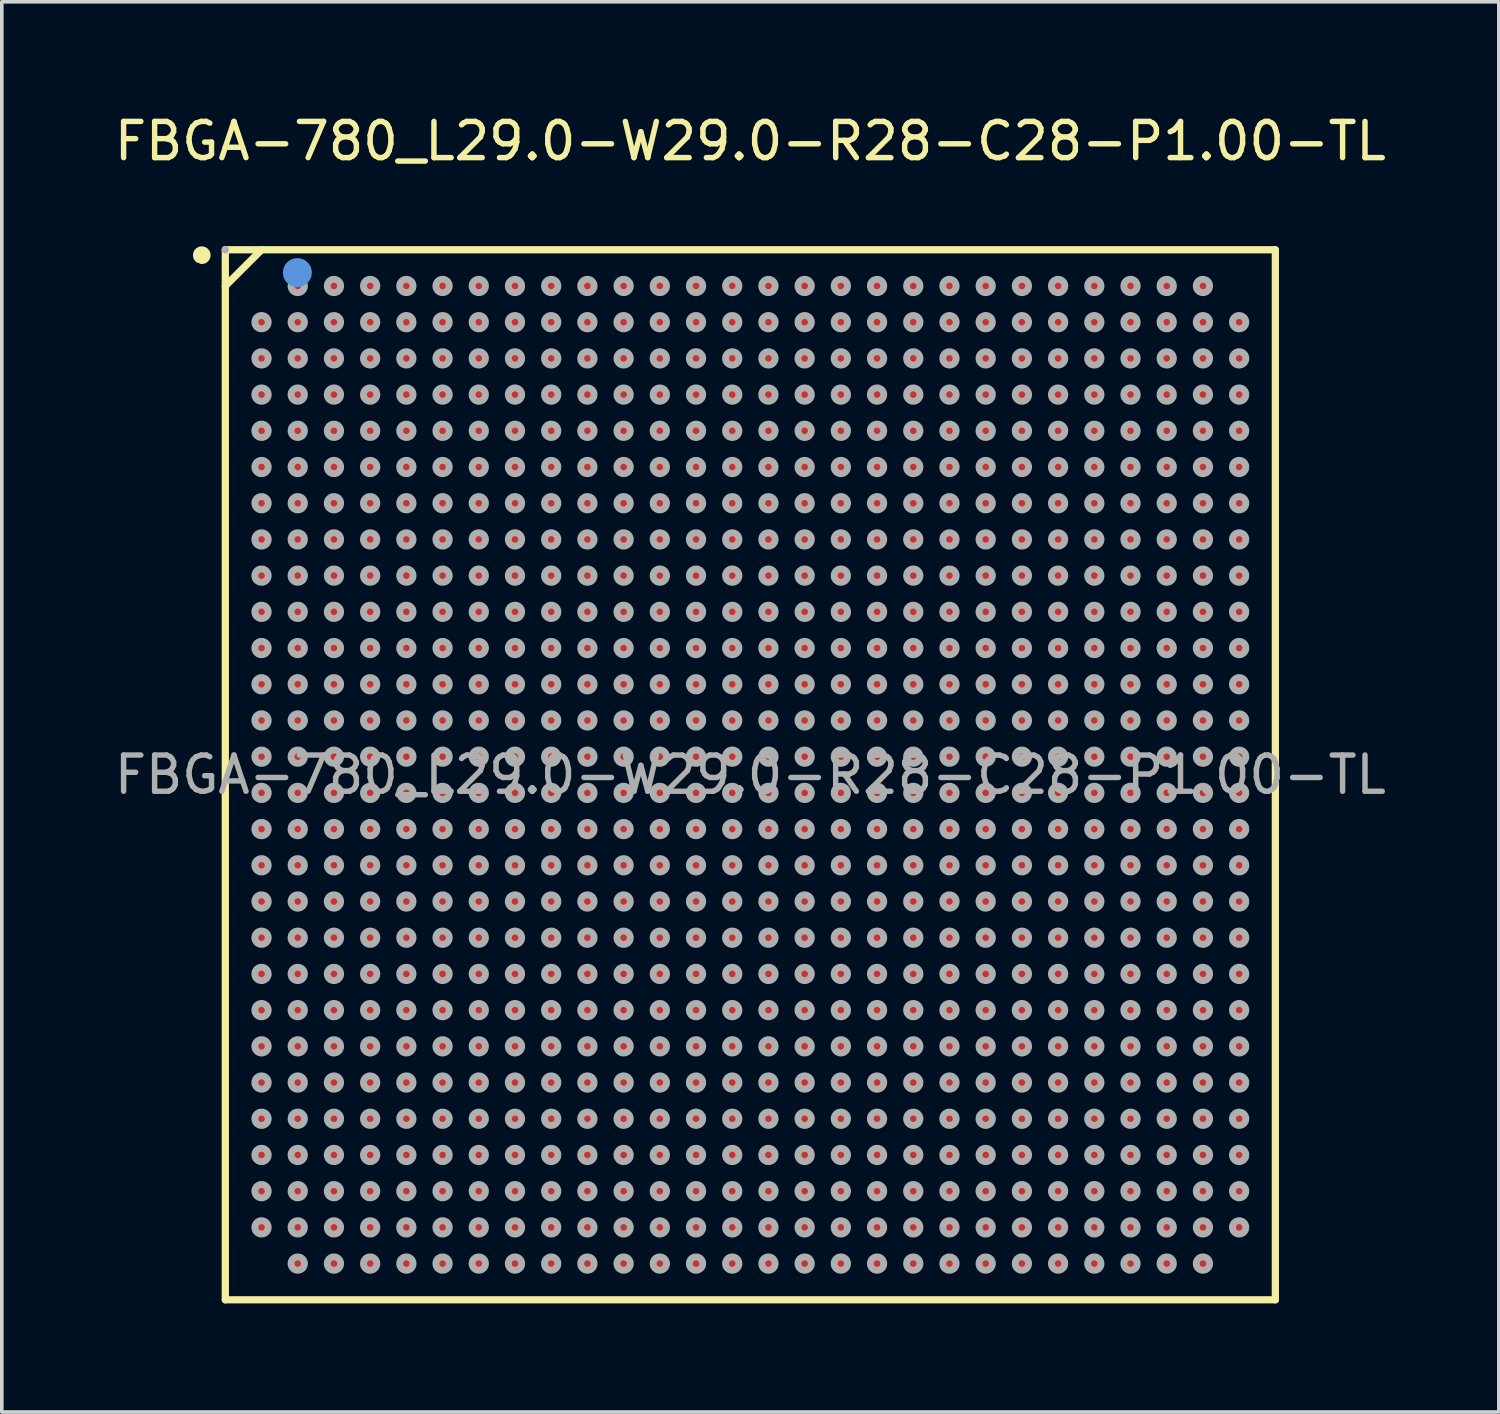
<source format=kicad_pcb>
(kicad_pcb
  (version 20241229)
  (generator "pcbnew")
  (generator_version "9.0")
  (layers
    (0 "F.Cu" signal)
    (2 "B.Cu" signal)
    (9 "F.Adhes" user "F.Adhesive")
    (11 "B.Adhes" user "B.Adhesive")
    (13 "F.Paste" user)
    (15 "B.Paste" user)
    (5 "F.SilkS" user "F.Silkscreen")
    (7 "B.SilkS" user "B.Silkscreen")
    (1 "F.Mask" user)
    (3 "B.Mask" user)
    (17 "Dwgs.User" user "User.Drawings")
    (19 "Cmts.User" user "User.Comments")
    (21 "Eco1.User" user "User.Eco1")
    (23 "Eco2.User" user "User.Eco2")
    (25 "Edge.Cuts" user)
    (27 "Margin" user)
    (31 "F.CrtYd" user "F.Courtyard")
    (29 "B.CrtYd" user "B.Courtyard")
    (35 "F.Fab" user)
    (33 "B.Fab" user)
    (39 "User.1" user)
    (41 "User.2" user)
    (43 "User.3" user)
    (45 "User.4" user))
  (footprint "FBGA-780_L29.0-W29.0-R28-C28-P1.00-TL"
    (layer "F.Cu")
    (at 17.673 18.348)
    (property "Reference" "FBGA-780_L29.0-W29.0-R28-C28-P1.00-TL" (at 0 -17.5 0) (layer "F.SilkS") (effects (font (size 1 1) (thickness 0.15))))
    (attr through_hole)
    (fp_line (start -14.5 -14.5) (end -14.5 14.5) (stroke (width 0.2) (type solid)) (layer "F.SilkS"))
    (fp_line (start -14.5 14.5) (end 14.5 14.5) (stroke (width 0.2) (type solid)) (layer "F.SilkS"))
    (fp_line (start -13.5 -14.5) (end -14.5 -13.5) (stroke (width 0.2) (type solid)) (layer "F.SilkS"))
    (fp_line (start 14.5 -14.5) (end -14.5 -14.5) (stroke (width 0.2) (type solid)) (layer "F.SilkS"))
    (fp_line (start 14.5 14.5) (end 14.5 -14.5) (stroke (width 0.2) (type solid)) (layer "F.SilkS"))
    (fp_arc (start -15.23 -14.26) (mid -15.107282 -14.462584) (end -15.149839 -14.229584) (stroke (width 0.25) (type solid)) (layer "F.SilkS"))
    (fp_circle (center -12.51 -13.87) (end -12.31 -13.87) (stroke (width 0.4) (type solid)) (fill no) (layer "Cmts.User"))
    (fp_circle (center -14.5 -14.5) (end -14.45 -14.5) (stroke (width 0.1) (type solid)) (fill no) (layer "F.Fab"))
    (fp_circle (center -13.5 -12.5) (end -13.41 -12.5) (stroke (width 0.19) (type solid)) (fill no) (layer "F.Fab"))
    (fp_circle (center -13.5 -11.5) (end -13.41 -11.5) (stroke (width 0.19) (type solid)) (fill no) (layer "F.Fab"))
    (fp_circle (center -13.5 -10.5) (end -13.41 -10.5) (stroke (width 0.19) (type solid)) (fill no) (layer "F.Fab"))
    (fp_circle (center -13.5 -9.5) (end -13.41 -9.5) (stroke (width 0.19) (type solid)) (fill no) (layer "F.Fab"))
    (fp_circle (center -13.5 -8.5) (end -13.41 -8.5) (stroke (width 0.19) (type solid)) (fill no) (layer "F.Fab"))
    (fp_circle (center -13.5 -7.5) (end -13.41 -7.5) (stroke (width 0.19) (type solid)) (fill no) (layer "F.Fab"))
    (fp_circle (center -13.5 -6.5) (end -13.41 -6.5) (stroke (width 0.19) (type solid)) (fill no) (layer "F.Fab"))
    (fp_circle (center -13.5 -5.5) (end -13.41 -5.5) (stroke (width 0.19) (type solid)) (fill no) (layer "F.Fab"))
    (fp_circle (center -13.5 -4.5) (end -13.41 -4.5) (stroke (width 0.19) (type solid)) (fill no) (layer "F.Fab"))
    (fp_circle (center -13.5 -3.5) (end -13.41 -3.5) (stroke (width 0.19) (type solid)) (fill no) (layer "F.Fab"))
    (fp_circle (center -13.5 -2.5) (end -13.41 -2.5) (stroke (width 0.19) (type solid)) (fill no) (layer "F.Fab"))
    (fp_circle (center -13.5 -1.5) (end -13.41 -1.5) (stroke (width 0.19) (type solid)) (fill no) (layer "F.Fab"))
    (fp_circle (center -13.5 -0.5) (end -13.41 -0.5) (stroke (width 0.19) (type solid)) (fill no) (layer "F.Fab"))
    (fp_circle (center -13.5 0.5) (end -13.41 0.5) (stroke (width 0.19) (type solid)) (fill no) (layer "F.Fab"))
    (fp_circle (center -13.5 1.5) (end -13.41 1.5) (stroke (width 0.19) (type solid)) (fill no) (layer "F.Fab"))
    (fp_circle (center -13.5 2.5) (end -13.41 2.5) (stroke (width 0.19) (type solid)) (fill no) (layer "F.Fab"))
    (fp_circle (center -13.5 3.5) (end -13.41 3.5) (stroke (width 0.19) (type solid)) (fill no) (layer "F.Fab"))
    (fp_circle (center -13.5 4.5) (end -13.41 4.5) (stroke (width 0.19) (type solid)) (fill no) (layer "F.Fab"))
    (fp_circle (center -13.5 5.5) (end -13.41 5.5) (stroke (width 0.19) (type solid)) (fill no) (layer "F.Fab"))
    (fp_circle (center -13.5 6.5) (end -13.41 6.5) (stroke (width 0.19) (type solid)) (fill no) (layer "F.Fab"))
    (fp_circle (center -13.5 7.5) (end -13.41 7.5) (stroke (width 0.19) (type solid)) (fill no) (layer "F.Fab"))
    (fp_circle (center -13.5 8.5) (end -13.41 8.5) (stroke (width 0.19) (type solid)) (fill no) (layer "F.Fab"))
    (fp_circle (center -13.5 9.5) (end -13.41 9.5) (stroke (width 0.19) (type solid)) (fill no) (layer "F.Fab"))
    (fp_circle (center -13.5 10.5) (end -13.41 10.5) (stroke (width 0.19) (type solid)) (fill no) (layer "F.Fab"))
    (fp_circle (center -13.5 11.5) (end -13.41 11.5) (stroke (width 0.19) (type solid)) (fill no) (layer "F.Fab"))
    (fp_circle (center -13.5 12.5) (end -13.41 12.5) (stroke (width 0.19) (type solid)) (fill no) (layer "F.Fab"))
    (fp_circle (center -12.5 -13.5) (end -12.41 -13.5) (stroke (width 0.19) (type solid)) (fill no) (layer "F.Fab"))
    (fp_circle (center -12.5 -12.5) (end -12.41 -12.5) (stroke (width 0.19) (type solid)) (fill no) (layer "F.Fab"))
    (fp_circle (center -12.5 -11.5) (end -12.41 -11.5) (stroke (width 0.19) (type solid)) (fill no) (layer "F.Fab"))
    (fp_circle (center -12.5 -10.5) (end -12.41 -10.5) (stroke (width 0.19) (type solid)) (fill no) (layer "F.Fab"))
    (fp_circle (center -12.5 -9.5) (end -12.41 -9.5) (stroke (width 0.19) (type solid)) (fill no) (layer "F.Fab"))
    (fp_circle (center -12.5 -8.5) (end -12.41 -8.5) (stroke (width 0.19) (type solid)) (fill no) (layer "F.Fab"))
    (fp_circle (center -12.5 -7.5) (end -12.41 -7.5) (stroke (width 0.19) (type solid)) (fill no) (layer "F.Fab"))
    (fp_circle (center -12.5 -6.5) (end -12.41 -6.5) (stroke (width 0.19) (type solid)) (fill no) (layer "F.Fab"))
    (fp_circle (center -12.5 -5.5) (end -12.41 -5.5) (stroke (width 0.19) (type solid)) (fill no) (layer "F.Fab"))
    (fp_circle (center -12.5 -4.5) (end -12.41 -4.5) (stroke (width 0.19) (type solid)) (fill no) (layer "F.Fab"))
    (fp_circle (center -12.5 -3.5) (end -12.41 -3.5) (stroke (width 0.19) (type solid)) (fill no) (layer "F.Fab"))
    (fp_circle (center -12.5 -2.5) (end -12.41 -2.5) (stroke (width 0.19) (type solid)) (fill no) (layer "F.Fab"))
    (fp_circle (center -12.5 -1.5) (end -12.41 -1.5) (stroke (width 0.19) (type solid)) (fill no) (layer "F.Fab"))
    (fp_circle (center -12.5 -0.5) (end -12.41 -0.5) (stroke (width 0.19) (type solid)) (fill no) (layer "F.Fab"))
    (fp_circle (center -12.5 0.5) (end -12.41 0.5) (stroke (width 0.19) (type solid)) (fill no) (layer "F.Fab"))
    (fp_circle (center -12.5 1.5) (end -12.41 1.5) (stroke (width 0.19) (type solid)) (fill no) (layer "F.Fab"))
    (fp_circle (center -12.5 2.5) (end -12.41 2.5) (stroke (width 0.19) (type solid)) (fill no) (layer "F.Fab"))
    (fp_circle (center -12.5 3.5) (end -12.41 3.5) (stroke (width 0.19) (type solid)) (fill no) (layer "F.Fab"))
    (fp_circle (center -12.5 4.5) (end -12.41 4.5) (stroke (width 0.19) (type solid)) (fill no) (layer "F.Fab"))
    (fp_circle (center -12.5 5.5) (end -12.41 5.5) (stroke (width 0.19) (type solid)) (fill no) (layer "F.Fab"))
    (fp_circle (center -12.5 6.5) (end -12.41 6.5) (stroke (width 0.19) (type solid)) (fill no) (layer "F.Fab"))
    (fp_circle (center -12.5 7.5) (end -12.41 7.5) (stroke (width 0.19) (type solid)) (fill no) (layer "F.Fab"))
    (fp_circle (center -12.5 8.5) (end -12.41 8.5) (stroke (width 0.19) (type solid)) (fill no) (layer "F.Fab"))
    (fp_circle (center -12.5 9.5) (end -12.41 9.5) (stroke (width 0.19) (type solid)) (fill no) (layer "F.Fab"))
    (fp_circle (center -12.5 10.5) (end -12.41 10.5) (stroke (width 0.19) (type solid)) (fill no) (layer "F.Fab"))
    (fp_circle (center -12.5 11.5) (end -12.41 11.5) (stroke (width 0.19) (type solid)) (fill no) (layer "F.Fab"))
    (fp_circle (center -12.5 12.5) (end -12.41 12.5) (stroke (width 0.19) (type solid)) (fill no) (layer "F.Fab"))
    (fp_circle (center -12.5 13.5) (end -12.41 13.5) (stroke (width 0.19) (type solid)) (fill no) (layer "F.Fab"))
    (fp_circle (center -11.5 -13.5) (end -11.41 -13.5) (stroke (width 0.19) (type solid)) (fill no) (layer "F.Fab"))
    (fp_circle (center -11.5 -12.5) (end -11.41 -12.5) (stroke (width 0.19) (type solid)) (fill no) (layer "F.Fab"))
    (fp_circle (center -11.5 -11.5) (end -11.41 -11.5) (stroke (width 0.19) (type solid)) (fill no) (layer "F.Fab"))
    (fp_circle (center -11.5 -10.5) (end -11.41 -10.5) (stroke (width 0.19) (type solid)) (fill no) (layer "F.Fab"))
    (fp_circle (center -11.5 -9.5) (end -11.41 -9.5) (stroke (width 0.19) (type solid)) (fill no) (layer "F.Fab"))
    (fp_circle (center -11.5 -8.5) (end -11.41 -8.5) (stroke (width 0.19) (type solid)) (fill no) (layer "F.Fab"))
    (fp_circle (center -11.5 -7.5) (end -11.41 -7.5) (stroke (width 0.19) (type solid)) (fill no) (layer "F.Fab"))
    (fp_circle (center -11.5 -6.5) (end -11.41 -6.5) (stroke (width 0.19) (type solid)) (fill no) (layer "F.Fab"))
    (fp_circle (center -11.5 -5.5) (end -11.41 -5.5) (stroke (width 0.19) (type solid)) (fill no) (layer "F.Fab"))
    (fp_circle (center -11.5 -4.5) (end -11.41 -4.5) (stroke (width 0.19) (type solid)) (fill no) (layer "F.Fab"))
    (fp_circle (center -11.5 -3.5) (end -11.41 -3.5) (stroke (width 0.19) (type solid)) (fill no) (layer "F.Fab"))
    (fp_circle (center -11.5 -2.5) (end -11.41 -2.5) (stroke (width 0.19) (type solid)) (fill no) (layer "F.Fab"))
    (fp_circle (center -11.5 -1.5) (end -11.41 -1.5) (stroke (width 0.19) (type solid)) (fill no) (layer "F.Fab"))
    (fp_circle (center -11.5 -0.5) (end -11.41 -0.5) (stroke (width 0.19) (type solid)) (fill no) (layer "F.Fab"))
    (fp_circle (center -11.5 0.5) (end -11.41 0.5) (stroke (width 0.19) (type solid)) (fill no) (layer "F.Fab"))
    (fp_circle (center -11.5 1.5) (end -11.41 1.5) (stroke (width 0.19) (type solid)) (fill no) (layer "F.Fab"))
    (fp_circle (center -11.5 2.5) (end -11.41 2.5) (stroke (width 0.19) (type solid)) (fill no) (layer "F.Fab"))
    (fp_circle (center -11.5 3.5) (end -11.41 3.5) (stroke (width 0.19) (type solid)) (fill no) (layer "F.Fab"))
    (fp_circle (center -11.5 4.5) (end -11.41 4.5) (stroke (width 0.19) (type solid)) (fill no) (layer "F.Fab"))
    (fp_circle (center -11.5 5.5) (end -11.41 5.5) (stroke (width 0.19) (type solid)) (fill no) (layer "F.Fab"))
    (fp_circle (center -11.5 6.5) (end -11.41 6.5) (stroke (width 0.19) (type solid)) (fill no) (layer "F.Fab"))
    (fp_circle (center -11.5 7.5) (end -11.41 7.5) (stroke (width 0.19) (type solid)) (fill no) (layer "F.Fab"))
    (fp_circle (center -11.5 8.5) (end -11.41 8.5) (stroke (width 0.19) (type solid)) (fill no) (layer "F.Fab"))
    (fp_circle (center -11.5 9.5) (end -11.41 9.5) (stroke (width 0.19) (type solid)) (fill no) (layer "F.Fab"))
    (fp_circle (center -11.5 10.5) (end -11.41 10.5) (stroke (width 0.19) (type solid)) (fill no) (layer "F.Fab"))
    (fp_circle (center -11.5 11.5) (end -11.41 11.5) (stroke (width 0.19) (type solid)) (fill no) (layer "F.Fab"))
    (fp_circle (center -11.5 12.5) (end -11.41 12.5) (stroke (width 0.19) (type solid)) (fill no) (layer "F.Fab"))
    (fp_circle (center -11.5 13.5) (end -11.41 13.5) (stroke (width 0.19) (type solid)) (fill no) (layer "F.Fab"))
    (fp_circle (center -10.5 -13.5) (end -10.41 -13.5) (stroke (width 0.19) (type solid)) (fill no) (layer "F.Fab"))
    (fp_circle (center -10.5 -12.5) (end -10.41 -12.5) (stroke (width 0.19) (type solid)) (fill no) (layer "F.Fab"))
    (fp_circle (center -10.5 -11.5) (end -10.41 -11.5) (stroke (width 0.19) (type solid)) (fill no) (layer "F.Fab"))
    (fp_circle (center -10.5 -10.5) (end -10.41 -10.5) (stroke (width 0.19) (type solid)) (fill no) (layer "F.Fab"))
    (fp_circle (center -10.5 -9.5) (end -10.41 -9.5) (stroke (width 0.19) (type solid)) (fill no) (layer "F.Fab"))
    (fp_circle (center -10.5 -8.5) (end -10.41 -8.5) (stroke (width 0.19) (type solid)) (fill no) (layer "F.Fab"))
    (fp_circle (center -10.5 -7.5) (end -10.41 -7.5) (stroke (width 0.19) (type solid)) (fill no) (layer "F.Fab"))
    (fp_circle (center -10.5 -6.5) (end -10.41 -6.5) (stroke (width 0.19) (type solid)) (fill no) (layer "F.Fab"))
    (fp_circle (center -10.5 -5.5) (end -10.41 -5.5) (stroke (width 0.19) (type solid)) (fill no) (layer "F.Fab"))
    (fp_circle (center -10.5 -4.5) (end -10.41 -4.5) (stroke (width 0.19) (type solid)) (fill no) (layer "F.Fab"))
    (fp_circle (center -10.5 -3.5) (end -10.41 -3.5) (stroke (width 0.19) (type solid)) (fill no) (layer "F.Fab"))
    (fp_circle (center -10.5 -2.5) (end -10.41 -2.5) (stroke (width 0.19) (type solid)) (fill no) (layer "F.Fab"))
    (fp_circle (center -10.5 -1.5) (end -10.41 -1.5) (stroke (width 0.19) (type solid)) (fill no) (layer "F.Fab"))
    (fp_circle (center -10.5 -0.5) (end -10.41 -0.5) (stroke (width 0.19) (type solid)) (fill no) (layer "F.Fab"))
    (fp_circle (center -10.5 0.5) (end -10.41 0.5) (stroke (width 0.19) (type solid)) (fill no) (layer "F.Fab"))
    (fp_circle (center -10.5 1.5) (end -10.41 1.5) (stroke (width 0.19) (type solid)) (fill no) (layer "F.Fab"))
    (fp_circle (center -10.5 2.5) (end -10.41 2.5) (stroke (width 0.19) (type solid)) (fill no) (layer "F.Fab"))
    (fp_circle (center -10.5 3.5) (end -10.41 3.5) (stroke (width 0.19) (type solid)) (fill no) (layer "F.Fab"))
    (fp_circle (center -10.5 4.5) (end -10.41 4.5) (stroke (width 0.19) (type solid)) (fill no) (layer "F.Fab"))
    (fp_circle (center -10.5 5.5) (end -10.41 5.5) (stroke (width 0.19) (type solid)) (fill no) (layer "F.Fab"))
    (fp_circle (center -10.5 6.5) (end -10.41 6.5) (stroke (width 0.19) (type solid)) (fill no) (layer "F.Fab"))
    (fp_circle (center -10.5 7.5) (end -10.41 7.5) (stroke (width 0.19) (type solid)) (fill no) (layer "F.Fab"))
    (fp_circle (center -10.5 8.5) (end -10.41 8.5) (stroke (width 0.19) (type solid)) (fill no) (layer "F.Fab"))
    (fp_circle (center -10.5 9.5) (end -10.41 9.5) (stroke (width 0.19) (type solid)) (fill no) (layer "F.Fab"))
    (fp_circle (center -10.5 10.5) (end -10.41 10.5) (stroke (width 0.19) (type solid)) (fill no) (layer "F.Fab"))
    (fp_circle (center -10.5 11.5) (end -10.41 11.5) (stroke (width 0.19) (type solid)) (fill no) (layer "F.Fab"))
    (fp_circle (center -10.5 12.5) (end -10.41 12.5) (stroke (width 0.19) (type solid)) (fill no) (layer "F.Fab"))
    (fp_circle (center -10.5 13.5) (end -10.41 13.5) (stroke (width 0.19) (type solid)) (fill no) (layer "F.Fab"))
    (fp_circle (center -9.5 -13.5) (end -9.41 -13.5) (stroke (width 0.19) (type solid)) (fill no) (layer "F.Fab"))
    (fp_circle (center -9.5 -12.5) (end -9.41 -12.5) (stroke (width 0.19) (type solid)) (fill no) (layer "F.Fab"))
    (fp_circle (center -9.5 -11.5) (end -9.41 -11.5) (stroke (width 0.19) (type solid)) (fill no) (layer "F.Fab"))
    (fp_circle (center -9.5 -10.5) (end -9.41 -10.5) (stroke (width 0.19) (type solid)) (fill no) (layer "F.Fab"))
    (fp_circle (center -9.5 -9.5) (end -9.41 -9.5) (stroke (width 0.19) (type solid)) (fill no) (layer "F.Fab"))
    (fp_circle (center -9.5 -8.5) (end -9.41 -8.5) (stroke (width 0.19) (type solid)) (fill no) (layer "F.Fab"))
    (fp_circle (center -9.5 -7.5) (end -9.41 -7.5) (stroke (width 0.19) (type solid)) (fill no) (layer "F.Fab"))
    (fp_circle (center -9.5 -6.5) (end -9.41 -6.5) (stroke (width 0.19) (type solid)) (fill no) (layer "F.Fab"))
    (fp_circle (center -9.5 -5.5) (end -9.41 -5.5) (stroke (width 0.19) (type solid)) (fill no) (layer "F.Fab"))
    (fp_circle (center -9.5 -4.5) (end -9.41 -4.5) (stroke (width 0.19) (type solid)) (fill no) (layer "F.Fab"))
    (fp_circle (center -9.5 -3.5) (end -9.41 -3.5) (stroke (width 0.19) (type solid)) (fill no) (layer "F.Fab"))
    (fp_circle (center -9.5 -2.5) (end -9.41 -2.5) (stroke (width 0.19) (type solid)) (fill no) (layer "F.Fab"))
    (fp_circle (center -9.5 -1.5) (end -9.41 -1.5) (stroke (width 0.19) (type solid)) (fill no) (layer "F.Fab"))
    (fp_circle (center -9.5 -0.5) (end -9.41 -0.5) (stroke (width 0.19) (type solid)) (fill no) (layer "F.Fab"))
    (fp_circle (center -9.5 0.5) (end -9.41 0.5) (stroke (width 0.19) (type solid)) (fill no) (layer "F.Fab"))
    (fp_circle (center -9.5 1.5) (end -9.41 1.5) (stroke (width 0.19) (type solid)) (fill no) (layer "F.Fab"))
    (fp_circle (center -9.5 2.5) (end -9.41 2.5) (stroke (width 0.19) (type solid)) (fill no) (layer "F.Fab"))
    (fp_circle (center -9.5 3.5) (end -9.41 3.5) (stroke (width 0.19) (type solid)) (fill no) (layer "F.Fab"))
    (fp_circle (center -9.5 4.5) (end -9.41 4.5) (stroke (width 0.19) (type solid)) (fill no) (layer "F.Fab"))
    (fp_circle (center -9.5 5.5) (end -9.41 5.5) (stroke (width 0.19) (type solid)) (fill no) (layer "F.Fab"))
    (fp_circle (center -9.5 6.5) (end -9.41 6.5) (stroke (width 0.19) (type solid)) (fill no) (layer "F.Fab"))
    (fp_circle (center -9.5 7.5) (end -9.41 7.5) (stroke (width 0.19) (type solid)) (fill no) (layer "F.Fab"))
    (fp_circle (center -9.5 8.5) (end -9.41 8.5) (stroke (width 0.19) (type solid)) (fill no) (layer "F.Fab"))
    (fp_circle (center -9.5 9.5) (end -9.41 9.5) (stroke (width 0.19) (type solid)) (fill no) (layer "F.Fab"))
    (fp_circle (center -9.5 10.5) (end -9.41 10.5) (stroke (width 0.19) (type solid)) (fill no) (layer "F.Fab"))
    (fp_circle (center -9.5 11.5) (end -9.41 11.5) (stroke (width 0.19) (type solid)) (fill no) (layer "F.Fab"))
    (fp_circle (center -9.5 12.5) (end -9.41 12.5) (stroke (width 0.19) (type solid)) (fill no) (layer "F.Fab"))
    (fp_circle (center -9.5 13.5) (end -9.41 13.5) (stroke (width 0.19) (type solid)) (fill no) (layer "F.Fab"))
    (fp_circle (center -8.5 -13.5) (end -8.41 -13.5) (stroke (width 0.19) (type solid)) (fill no) (layer "F.Fab"))
    (fp_circle (center -8.5 -12.5) (end -8.41 -12.5) (stroke (width 0.19) (type solid)) (fill no) (layer "F.Fab"))
    (fp_circle (center -8.5 -11.5) (end -8.41 -11.5) (stroke (width 0.19) (type solid)) (fill no) (layer "F.Fab"))
    (fp_circle (center -8.5 -10.5) (end -8.41 -10.5) (stroke (width 0.19) (type solid)) (fill no) (layer "F.Fab"))
    (fp_circle (center -8.5 -9.5) (end -8.41 -9.5) (stroke (width 0.19) (type solid)) (fill no) (layer "F.Fab"))
    (fp_circle (center -8.5 -8.5) (end -8.41 -8.5) (stroke (width 0.19) (type solid)) (fill no) (layer "F.Fab"))
    (fp_circle (center -8.5 -7.5) (end -8.41 -7.5) (stroke (width 0.19) (type solid)) (fill no) (layer "F.Fab"))
    (fp_circle (center -8.5 -6.5) (end -8.41 -6.5) (stroke (width 0.19) (type solid)) (fill no) (layer "F.Fab"))
    (fp_circle (center -8.5 -5.5) (end -8.41 -5.5) (stroke (width 0.19) (type solid)) (fill no) (layer "F.Fab"))
    (fp_circle (center -8.5 -4.5) (end -8.41 -4.5) (stroke (width 0.19) (type solid)) (fill no) (layer "F.Fab"))
    (fp_circle (center -8.5 -3.5) (end -8.41 -3.5) (stroke (width 0.19) (type solid)) (fill no) (layer "F.Fab"))
    (fp_circle (center -8.5 -2.5) (end -8.41 -2.5) (stroke (width 0.19) (type solid)) (fill no) (layer "F.Fab"))
    (fp_circle (center -8.5 -1.5) (end -8.41 -1.5) (stroke (width 0.19) (type solid)) (fill no) (layer "F.Fab"))
    (fp_circle (center -8.5 -0.5) (end -8.41 -0.5) (stroke (width 0.19) (type solid)) (fill no) (layer "F.Fab"))
    (fp_circle (center -8.5 0.5) (end -8.41 0.5) (stroke (width 0.19) (type solid)) (fill no) (layer "F.Fab"))
    (fp_circle (center -8.5 1.5) (end -8.41 1.5) (stroke (width 0.19) (type solid)) (fill no) (layer "F.Fab"))
    (fp_circle (center -8.5 2.5) (end -8.41 2.5) (stroke (width 0.19) (type solid)) (fill no) (layer "F.Fab"))
    (fp_circle (center -8.5 3.5) (end -8.41 3.5) (stroke (width 0.19) (type solid)) (fill no) (layer "F.Fab"))
    (fp_circle (center -8.5 4.5) (end -8.41 4.5) (stroke (width 0.19) (type solid)) (fill no) (layer "F.Fab"))
    (fp_circle (center -8.5 5.5) (end -8.41 5.5) (stroke (width 0.19) (type solid)) (fill no) (layer "F.Fab"))
    (fp_circle (center -8.5 6.5) (end -8.41 6.5) (stroke (width 0.19) (type solid)) (fill no) (layer "F.Fab"))
    (fp_circle (center -8.5 7.5) (end -8.41 7.5) (stroke (width 0.19) (type solid)) (fill no) (layer "F.Fab"))
    (fp_circle (center -8.5 8.5) (end -8.41 8.5) (stroke (width 0.19) (type solid)) (fill no) (layer "F.Fab"))
    (fp_circle (center -8.5 9.5) (end -8.41 9.5) (stroke (width 0.19) (type solid)) (fill no) (layer "F.Fab"))
    (fp_circle (center -8.5 10.5) (end -8.41 10.5) (stroke (width 0.19) (type solid)) (fill no) (layer "F.Fab"))
    (fp_circle (center -8.5 11.5) (end -8.41 11.5) (stroke (width 0.19) (type solid)) (fill no) (layer "F.Fab"))
    (fp_circle (center -8.5 12.5) (end -8.41 12.5) (stroke (width 0.19) (type solid)) (fill no) (layer "F.Fab"))
    (fp_circle (center -8.5 13.5) (end -8.41 13.5) (stroke (width 0.19) (type solid)) (fill no) (layer "F.Fab"))
    (fp_circle (center -7.5 -13.5) (end -7.41 -13.5) (stroke (width 0.19) (type solid)) (fill no) (layer "F.Fab"))
    (fp_circle (center -7.5 -12.5) (end -7.41 -12.5) (stroke (width 0.19) (type solid)) (fill no) (layer "F.Fab"))
    (fp_circle (center -7.5 -11.5) (end -7.41 -11.5) (stroke (width 0.19) (type solid)) (fill no) (layer "F.Fab"))
    (fp_circle (center -7.5 -10.5) (end -7.41 -10.5) (stroke (width 0.19) (type solid)) (fill no) (layer "F.Fab"))
    (fp_circle (center -7.5 -9.5) (end -7.41 -9.5) (stroke (width 0.19) (type solid)) (fill no) (layer "F.Fab"))
    (fp_circle (center -7.5 -8.5) (end -7.41 -8.5) (stroke (width 0.19) (type solid)) (fill no) (layer "F.Fab"))
    (fp_circle (center -7.5 -7.5) (end -7.41 -7.5) (stroke (width 0.19) (type solid)) (fill no) (layer "F.Fab"))
    (fp_circle (center -7.5 -6.5) (end -7.41 -6.5) (stroke (width 0.19) (type solid)) (fill no) (layer "F.Fab"))
    (fp_circle (center -7.5 -5.5) (end -7.41 -5.5) (stroke (width 0.19) (type solid)) (fill no) (layer "F.Fab"))
    (fp_circle (center -7.5 -4.5) (end -7.41 -4.5) (stroke (width 0.19) (type solid)) (fill no) (layer "F.Fab"))
    (fp_circle (center -7.5 -3.5) (end -7.41 -3.5) (stroke (width 0.19) (type solid)) (fill no) (layer "F.Fab"))
    (fp_circle (center -7.5 -2.5) (end -7.41 -2.5) (stroke (width 0.19) (type solid)) (fill no) (layer "F.Fab"))
    (fp_circle (center -7.5 -1.5) (end -7.41 -1.5) (stroke (width 0.19) (type solid)) (fill no) (layer "F.Fab"))
    (fp_circle (center -7.5 -0.5) (end -7.41 -0.5) (stroke (width 0.19) (type solid)) (fill no) (layer "F.Fab"))
    (fp_circle (center -7.5 0.5) (end -7.41 0.5) (stroke (width 0.19) (type solid)) (fill no) (layer "F.Fab"))
    (fp_circle (center -7.5 1.5) (end -7.41 1.5) (stroke (width 0.19) (type solid)) (fill no) (layer "F.Fab"))
    (fp_circle (center -7.5 2.5) (end -7.41 2.5) (stroke (width 0.19) (type solid)) (fill no) (layer "F.Fab"))
    (fp_circle (center -7.5 3.5) (end -7.41 3.5) (stroke (width 0.19) (type solid)) (fill no) (layer "F.Fab"))
    (fp_circle (center -7.5 4.5) (end -7.41 4.5) (stroke (width 0.19) (type solid)) (fill no) (layer "F.Fab"))
    (fp_circle (center -7.5 5.5) (end -7.41 5.5) (stroke (width 0.19) (type solid)) (fill no) (layer "F.Fab"))
    (fp_circle (center -7.5 6.5) (end -7.41 6.5) (stroke (width 0.19) (type solid)) (fill no) (layer "F.Fab"))
    (fp_circle (center -7.5 7.5) (end -7.41 7.5) (stroke (width 0.19) (type solid)) (fill no) (layer "F.Fab"))
    (fp_circle (center -7.5 8.5) (end -7.41 8.5) (stroke (width 0.19) (type solid)) (fill no) (layer "F.Fab"))
    (fp_circle (center -7.5 9.5) (end -7.41 9.5) (stroke (width 0.19) (type solid)) (fill no) (layer "F.Fab"))
    (fp_circle (center -7.5 10.5) (end -7.41 10.5) (stroke (width 0.19) (type solid)) (fill no) (layer "F.Fab"))
    (fp_circle (center -7.5 11.5) (end -7.41 11.5) (stroke (width 0.19) (type solid)) (fill no) (layer "F.Fab"))
    (fp_circle (center -7.5 12.5) (end -7.41 12.5) (stroke (width 0.19) (type solid)) (fill no) (layer "F.Fab"))
    (fp_circle (center -7.5 13.5) (end -7.41 13.5) (stroke (width 0.19) (type solid)) (fill no) (layer "F.Fab"))
    (fp_circle (center -6.5 -13.5) (end -6.41 -13.5) (stroke (width 0.19) (type solid)) (fill no) (layer "F.Fab"))
    (fp_circle (center -6.5 -12.5) (end -6.41 -12.5) (stroke (width 0.19) (type solid)) (fill no) (layer "F.Fab"))
    (fp_circle (center -6.5 -11.5) (end -6.41 -11.5) (stroke (width 0.19) (type solid)) (fill no) (layer "F.Fab"))
    (fp_circle (center -6.5 -10.5) (end -6.41 -10.5) (stroke (width 0.19) (type solid)) (fill no) (layer "F.Fab"))
    (fp_circle (center -6.5 -9.5) (end -6.41 -9.5) (stroke (width 0.19) (type solid)) (fill no) (layer "F.Fab"))
    (fp_circle (center -6.5 -8.5) (end -6.41 -8.5) (stroke (width 0.19) (type solid)) (fill no) (layer "F.Fab"))
    (fp_circle (center -6.5 -7.5) (end -6.41 -7.5) (stroke (width 0.19) (type solid)) (fill no) (layer "F.Fab"))
    (fp_circle (center -6.5 -6.5) (end -6.41 -6.5) (stroke (width 0.19) (type solid)) (fill no) (layer "F.Fab"))
    (fp_circle (center -6.5 -5.5) (end -6.41 -5.5) (stroke (width 0.19) (type solid)) (fill no) (layer "F.Fab"))
    (fp_circle (center -6.5 -4.5) (end -6.41 -4.5) (stroke (width 0.19) (type solid)) (fill no) (layer "F.Fab"))
    (fp_circle (center -6.5 -3.5) (end -6.41 -3.5) (stroke (width 0.19) (type solid)) (fill no) (layer "F.Fab"))
    (fp_circle (center -6.5 -2.5) (end -6.41 -2.5) (stroke (width 0.19) (type solid)) (fill no) (layer "F.Fab"))
    (fp_circle (center -6.5 -1.5) (end -6.41 -1.5) (stroke (width 0.19) (type solid)) (fill no) (layer "F.Fab"))
    (fp_circle (center -6.5 -0.5) (end -6.41 -0.5) (stroke (width 0.19) (type solid)) (fill no) (layer "F.Fab"))
    (fp_circle (center -6.5 0.5) (end -6.41 0.5) (stroke (width 0.19) (type solid)) (fill no) (layer "F.Fab"))
    (fp_circle (center -6.5 1.5) (end -6.41 1.5) (stroke (width 0.19) (type solid)) (fill no) (layer "F.Fab"))
    (fp_circle (center -6.5 2.5) (end -6.41 2.5) (stroke (width 0.19) (type solid)) (fill no) (layer "F.Fab"))
    (fp_circle (center -6.5 3.5) (end -6.41 3.5) (stroke (width 0.19) (type solid)) (fill no) (layer "F.Fab"))
    (fp_circle (center -6.5 4.5) (end -6.41 4.5) (stroke (width 0.19) (type solid)) (fill no) (layer "F.Fab"))
    (fp_circle (center -6.5 5.5) (end -6.41 5.5) (stroke (width 0.19) (type solid)) (fill no) (layer "F.Fab"))
    (fp_circle (center -6.5 6.5) (end -6.41 6.5) (stroke (width 0.19) (type solid)) (fill no) (layer "F.Fab"))
    (fp_circle (center -6.5 7.5) (end -6.41 7.5) (stroke (width 0.19) (type solid)) (fill no) (layer "F.Fab"))
    (fp_circle (center -6.5 8.5) (end -6.41 8.5) (stroke (width 0.19) (type solid)) (fill no) (layer "F.Fab"))
    (fp_circle (center -6.5 9.5) (end -6.41 9.5) (stroke (width 0.19) (type solid)) (fill no) (layer "F.Fab"))
    (fp_circle (center -6.5 10.5) (end -6.41 10.5) (stroke (width 0.19) (type solid)) (fill no) (layer "F.Fab"))
    (fp_circle (center -6.5 11.5) (end -6.41 11.5) (stroke (width 0.19) (type solid)) (fill no) (layer "F.Fab"))
    (fp_circle (center -6.5 12.5) (end -6.41 12.5) (stroke (width 0.19) (type solid)) (fill no) (layer "F.Fab"))
    (fp_circle (center -6.5 13.5) (end -6.41 13.5) (stroke (width 0.19) (type solid)) (fill no) (layer "F.Fab"))
    (fp_circle (center -5.5 -13.5) (end -5.41 -13.5) (stroke (width 0.19) (type solid)) (fill no) (layer "F.Fab"))
    (fp_circle (center -5.5 -12.5) (end -5.41 -12.5) (stroke (width 0.19) (type solid)) (fill no) (layer "F.Fab"))
    (fp_circle (center -5.5 -11.5) (end -5.41 -11.5) (stroke (width 0.19) (type solid)) (fill no) (layer "F.Fab"))
    (fp_circle (center -5.5 -10.5) (end -5.41 -10.5) (stroke (width 0.19) (type solid)) (fill no) (layer "F.Fab"))
    (fp_circle (center -5.5 -9.5) (end -5.41 -9.5) (stroke (width 0.19) (type solid)) (fill no) (layer "F.Fab"))
    (fp_circle (center -5.5 -8.5) (end -5.41 -8.5) (stroke (width 0.19) (type solid)) (fill no) (layer "F.Fab"))
    (fp_circle (center -5.5 -7.5) (end -5.41 -7.5) (stroke (width 0.19) (type solid)) (fill no) (layer "F.Fab"))
    (fp_circle (center -5.5 -6.5) (end -5.41 -6.5) (stroke (width 0.19) (type solid)) (fill no) (layer "F.Fab"))
    (fp_circle (center -5.5 -5.5) (end -5.41 -5.5) (stroke (width 0.19) (type solid)) (fill no) (layer "F.Fab"))
    (fp_circle (center -5.5 -4.5) (end -5.41 -4.5) (stroke (width 0.19) (type solid)) (fill no) (layer "F.Fab"))
    (fp_circle (center -5.5 -3.5) (end -5.41 -3.5) (stroke (width 0.19) (type solid)) (fill no) (layer "F.Fab"))
    (fp_circle (center -5.5 -2.5) (end -5.41 -2.5) (stroke (width 0.19) (type solid)) (fill no) (layer "F.Fab"))
    (fp_circle (center -5.5 -1.5) (end -5.41 -1.5) (stroke (width 0.19) (type solid)) (fill no) (layer "F.Fab"))
    (fp_circle (center -5.5 -0.5) (end -5.41 -0.5) (stroke (width 0.19) (type solid)) (fill no) (layer "F.Fab"))
    (fp_circle (center -5.5 0.5) (end -5.41 0.5) (stroke (width 0.19) (type solid)) (fill no) (layer "F.Fab"))
    (fp_circle (center -5.5 1.5) (end -5.41 1.5) (stroke (width 0.19) (type solid)) (fill no) (layer "F.Fab"))
    (fp_circle (center -5.5 2.5) (end -5.41 2.5) (stroke (width 0.19) (type solid)) (fill no) (layer "F.Fab"))
    (fp_circle (center -5.5 3.5) (end -5.41 3.5) (stroke (width 0.19) (type solid)) (fill no) (layer "F.Fab"))
    (fp_circle (center -5.5 4.5) (end -5.41 4.5) (stroke (width 0.19) (type solid)) (fill no) (layer "F.Fab"))
    (fp_circle (center -5.5 5.5) (end -5.41 5.5) (stroke (width 0.19) (type solid)) (fill no) (layer "F.Fab"))
    (fp_circle (center -5.5 6.5) (end -5.41 6.5) (stroke (width 0.19) (type solid)) (fill no) (layer "F.Fab"))
    (fp_circle (center -5.5 7.5) (end -5.41 7.5) (stroke (width 0.19) (type solid)) (fill no) (layer "F.Fab"))
    (fp_circle (center -5.5 8.5) (end -5.41 8.5) (stroke (width 0.19) (type solid)) (fill no) (layer "F.Fab"))
    (fp_circle (center -5.5 9.5) (end -5.41 9.5) (stroke (width 0.19) (type solid)) (fill no) (layer "F.Fab"))
    (fp_circle (center -5.5 10.5) (end -5.41 10.5) (stroke (width 0.19) (type solid)) (fill no) (layer "F.Fab"))
    (fp_circle (center -5.5 11.5) (end -5.41 11.5) (stroke (width 0.19) (type solid)) (fill no) (layer "F.Fab"))
    (fp_circle (center -5.5 12.5) (end -5.41 12.5) (stroke (width 0.19) (type solid)) (fill no) (layer "F.Fab"))
    (fp_circle (center -5.5 13.5) (end -5.41 13.5) (stroke (width 0.19) (type solid)) (fill no) (layer "F.Fab"))
    (fp_circle (center -4.5 -13.5) (end -4.41 -13.5) (stroke (width 0.19) (type solid)) (fill no) (layer "F.Fab"))
    (fp_circle (center -4.5 -12.5) (end -4.41 -12.5) (stroke (width 0.19) (type solid)) (fill no) (layer "F.Fab"))
    (fp_circle (center -4.5 -11.5) (end -4.41 -11.5) (stroke (width 0.19) (type solid)) (fill no) (layer "F.Fab"))
    (fp_circle (center -4.5 -10.5) (end -4.41 -10.5) (stroke (width 0.19) (type solid)) (fill no) (layer "F.Fab"))
    (fp_circle (center -4.5 -9.5) (end -4.41 -9.5) (stroke (width 0.19) (type solid)) (fill no) (layer "F.Fab"))
    (fp_circle (center -4.5 -8.5) (end -4.41 -8.5) (stroke (width 0.19) (type solid)) (fill no) (layer "F.Fab"))
    (fp_circle (center -4.5 -7.5) (end -4.41 -7.5) (stroke (width 0.19) (type solid)) (fill no) (layer "F.Fab"))
    (fp_circle (center -4.5 -6.5) (end -4.41 -6.5) (stroke (width 0.19) (type solid)) (fill no) (layer "F.Fab"))
    (fp_circle (center -4.5 -5.5) (end -4.41 -5.5) (stroke (width 0.19) (type solid)) (fill no) (layer "F.Fab"))
    (fp_circle (center -4.5 -4.5) (end -4.41 -4.5) (stroke (width 0.19) (type solid)) (fill no) (layer "F.Fab"))
    (fp_circle (center -4.5 -3.5) (end -4.41 -3.5) (stroke (width 0.19) (type solid)) (fill no) (layer "F.Fab"))
    (fp_circle (center -4.5 -2.5) (end -4.41 -2.5) (stroke (width 0.19) (type solid)) (fill no) (layer "F.Fab"))
    (fp_circle (center -4.5 -1.5) (end -4.41 -1.5) (stroke (width 0.19) (type solid)) (fill no) (layer "F.Fab"))
    (fp_circle (center -4.5 -0.5) (end -4.41 -0.5) (stroke (width 0.19) (type solid)) (fill no) (layer "F.Fab"))
    (fp_circle (center -4.5 0.5) (end -4.41 0.5) (stroke (width 0.19) (type solid)) (fill no) (layer "F.Fab"))
    (fp_circle (center -4.5 1.5) (end -4.41 1.5) (stroke (width 0.19) (type solid)) (fill no) (layer "F.Fab"))
    (fp_circle (center -4.5 2.5) (end -4.41 2.5) (stroke (width 0.19) (type solid)) (fill no) (layer "F.Fab"))
    (fp_circle (center -4.5 3.5) (end -4.41 3.5) (stroke (width 0.19) (type solid)) (fill no) (layer "F.Fab"))
    (fp_circle (center -4.5 4.5) (end -4.41 4.5) (stroke (width 0.19) (type solid)) (fill no) (layer "F.Fab"))
    (fp_circle (center -4.5 5.5) (end -4.41 5.5) (stroke (width 0.19) (type solid)) (fill no) (layer "F.Fab"))
    (fp_circle (center -4.5 6.5) (end -4.41 6.5) (stroke (width 0.19) (type solid)) (fill no) (layer "F.Fab"))
    (fp_circle (center -4.5 7.5) (end -4.41 7.5) (stroke (width 0.19) (type solid)) (fill no) (layer "F.Fab"))
    (fp_circle (center -4.5 8.5) (end -4.41 8.5) (stroke (width 0.19) (type solid)) (fill no) (layer "F.Fab"))
    (fp_circle (center -4.5 9.5) (end -4.41 9.5) (stroke (width 0.19) (type solid)) (fill no) (layer "F.Fab"))
    (fp_circle (center -4.5 10.5) (end -4.41 10.5) (stroke (width 0.19) (type solid)) (fill no) (layer "F.Fab"))
    (fp_circle (center -4.5 11.5) (end -4.41 11.5) (stroke (width 0.19) (type solid)) (fill no) (layer "F.Fab"))
    (fp_circle (center -4.5 12.5) (end -4.41 12.5) (stroke (width 0.19) (type solid)) (fill no) (layer "F.Fab"))
    (fp_circle (center -4.5 13.5) (end -4.41 13.5) (stroke (width 0.19) (type solid)) (fill no) (layer "F.Fab"))
    (fp_circle (center -3.5 -13.5) (end -3.41 -13.5) (stroke (width 0.19) (type solid)) (fill no) (layer "F.Fab"))
    (fp_circle (center -3.5 -12.5) (end -3.41 -12.5) (stroke (width 0.19) (type solid)) (fill no) (layer "F.Fab"))
    (fp_circle (center -3.5 -11.5) (end -3.41 -11.5) (stroke (width 0.19) (type solid)) (fill no) (layer "F.Fab"))
    (fp_circle (center -3.5 -10.5) (end -3.41 -10.5) (stroke (width 0.19) (type solid)) (fill no) (layer "F.Fab"))
    (fp_circle (center -3.5 -9.5) (end -3.41 -9.5) (stroke (width 0.19) (type solid)) (fill no) (layer "F.Fab"))
    (fp_circle (center -3.5 -8.5) (end -3.41 -8.5) (stroke (width 0.19) (type solid)) (fill no) (layer "F.Fab"))
    (fp_circle (center -3.5 -7.5) (end -3.41 -7.5) (stroke (width 0.19) (type solid)) (fill no) (layer "F.Fab"))
    (fp_circle (center -3.5 -6.5) (end -3.41 -6.5) (stroke (width 0.19) (type solid)) (fill no) (layer "F.Fab"))
    (fp_circle (center -3.5 -5.5) (end -3.41 -5.5) (stroke (width 0.19) (type solid)) (fill no) (layer "F.Fab"))
    (fp_circle (center -3.5 -4.5) (end -3.41 -4.5) (stroke (width 0.19) (type solid)) (fill no) (layer "F.Fab"))
    (fp_circle (center -3.5 -3.5) (end -3.41 -3.5) (stroke (width 0.19) (type solid)) (fill no) (layer "F.Fab"))
    (fp_circle (center -3.5 -2.5) (end -3.41 -2.5) (stroke (width 0.19) (type solid)) (fill no) (layer "F.Fab"))
    (fp_circle (center -3.5 -1.5) (end -3.41 -1.5) (stroke (width 0.19) (type solid)) (fill no) (layer "F.Fab"))
    (fp_circle (center -3.5 -0.5) (end -3.41 -0.5) (stroke (width 0.19) (type solid)) (fill no) (layer "F.Fab"))
    (fp_circle (center -3.5 0.5) (end -3.41 0.5) (stroke (width 0.19) (type solid)) (fill no) (layer "F.Fab"))
    (fp_circle (center -3.5 1.5) (end -3.41 1.5) (stroke (width 0.19) (type solid)) (fill no) (layer "F.Fab"))
    (fp_circle (center -3.5 2.5) (end -3.41 2.5) (stroke (width 0.19) (type solid)) (fill no) (layer "F.Fab"))
    (fp_circle (center -3.5 3.5) (end -3.41 3.5) (stroke (width 0.19) (type solid)) (fill no) (layer "F.Fab"))
    (fp_circle (center -3.5 4.5) (end -3.41 4.5) (stroke (width 0.19) (type solid)) (fill no) (layer "F.Fab"))
    (fp_circle (center -3.5 5.5) (end -3.41 5.5) (stroke (width 0.19) (type solid)) (fill no) (layer "F.Fab"))
    (fp_circle (center -3.5 6.5) (end -3.41 6.5) (stroke (width 0.19) (type solid)) (fill no) (layer "F.Fab"))
    (fp_circle (center -3.5 7.5) (end -3.41 7.5) (stroke (width 0.19) (type solid)) (fill no) (layer "F.Fab"))
    (fp_circle (center -3.5 8.5) (end -3.41 8.5) (stroke (width 0.19) (type solid)) (fill no) (layer "F.Fab"))
    (fp_circle (center -3.5 9.5) (end -3.41 9.5) (stroke (width 0.19) (type solid)) (fill no) (layer "F.Fab"))
    (fp_circle (center -3.5 10.5) (end -3.41 10.5) (stroke (width 0.19) (type solid)) (fill no) (layer "F.Fab"))
    (fp_circle (center -3.5 11.5) (end -3.41 11.5) (stroke (width 0.19) (type solid)) (fill no) (layer "F.Fab"))
    (fp_circle (center -3.5 12.5) (end -3.41 12.5) (stroke (width 0.19) (type solid)) (fill no) (layer "F.Fab"))
    (fp_circle (center -3.5 13.5) (end -3.41 13.5) (stroke (width 0.19) (type solid)) (fill no) (layer "F.Fab"))
    (fp_circle (center -2.5 -13.5) (end -2.41 -13.5) (stroke (width 0.19) (type solid)) (fill no) (layer "F.Fab"))
    (fp_circle (center -2.5 -12.5) (end -2.41 -12.5) (stroke (width 0.19) (type solid)) (fill no) (layer "F.Fab"))
    (fp_circle (center -2.5 -11.5) (end -2.41 -11.5) (stroke (width 0.19) (type solid)) (fill no) (layer "F.Fab"))
    (fp_circle (center -2.5 -10.5) (end -2.41 -10.5) (stroke (width 0.19) (type solid)) (fill no) (layer "F.Fab"))
    (fp_circle (center -2.5 -9.5) (end -2.41 -9.5) (stroke (width 0.19) (type solid)) (fill no) (layer "F.Fab"))
    (fp_circle (center -2.5 -8.5) (end -2.41 -8.5) (stroke (width 0.19) (type solid)) (fill no) (layer "F.Fab"))
    (fp_circle (center -2.5 -7.5) (end -2.41 -7.5) (stroke (width 0.19) (type solid)) (fill no) (layer "F.Fab"))
    (fp_circle (center -2.5 -6.5) (end -2.41 -6.5) (stroke (width 0.19) (type solid)) (fill no) (layer "F.Fab"))
    (fp_circle (center -2.5 -5.5) (end -2.41 -5.5) (stroke (width 0.19) (type solid)) (fill no) (layer "F.Fab"))
    (fp_circle (center -2.5 -4.5) (end -2.41 -4.5) (stroke (width 0.19) (type solid)) (fill no) (layer "F.Fab"))
    (fp_circle (center -2.5 -3.5) (end -2.41 -3.5) (stroke (width 0.19) (type solid)) (fill no) (layer "F.Fab"))
    (fp_circle (center -2.5 -2.5) (end -2.41 -2.5) (stroke (width 0.19) (type solid)) (fill no) (layer "F.Fab"))
    (fp_circle (center -2.5 -1.5) (end -2.41 -1.5) (stroke (width 0.19) (type solid)) (fill no) (layer "F.Fab"))
    (fp_circle (center -2.5 -0.5) (end -2.41 -0.5) (stroke (width 0.19) (type solid)) (fill no) (layer "F.Fab"))
    (fp_circle (center -2.5 0.5) (end -2.41 0.5) (stroke (width 0.19) (type solid)) (fill no) (layer "F.Fab"))
    (fp_circle (center -2.5 1.5) (end -2.41 1.5) (stroke (width 0.19) (type solid)) (fill no) (layer "F.Fab"))
    (fp_circle (center -2.5 2.5) (end -2.41 2.5) (stroke (width 0.19) (type solid)) (fill no) (layer "F.Fab"))
    (fp_circle (center -2.5 3.5) (end -2.41 3.5) (stroke (width 0.19) (type solid)) (fill no) (layer "F.Fab"))
    (fp_circle (center -2.5 4.5) (end -2.41 4.5) (stroke (width 0.19) (type solid)) (fill no) (layer "F.Fab"))
    (fp_circle (center -2.5 5.5) (end -2.41 5.5) (stroke (width 0.19) (type solid)) (fill no) (layer "F.Fab"))
    (fp_circle (center -2.5 6.5) (end -2.41 6.5) (stroke (width 0.19) (type solid)) (fill no) (layer "F.Fab"))
    (fp_circle (center -2.5 7.5) (end -2.41 7.5) (stroke (width 0.19) (type solid)) (fill no) (layer "F.Fab"))
    (fp_circle (center -2.5 8.5) (end -2.41 8.5) (stroke (width 0.19) (type solid)) (fill no) (layer "F.Fab"))
    (fp_circle (center -2.5 9.5) (end -2.41 9.5) (stroke (width 0.19) (type solid)) (fill no) (layer "F.Fab"))
    (fp_circle (center -2.5 10.5) (end -2.41 10.5) (stroke (width 0.19) (type solid)) (fill no) (layer "F.Fab"))
    (fp_circle (center -2.5 11.5) (end -2.41 11.5) (stroke (width 0.19) (type solid)) (fill no) (layer "F.Fab"))
    (fp_circle (center -2.5 12.5) (end -2.41 12.5) (stroke (width 0.19) (type solid)) (fill no) (layer "F.Fab"))
    (fp_circle (center -2.5 13.5) (end -2.41 13.5) (stroke (width 0.19) (type solid)) (fill no) (layer "F.Fab"))
    (fp_circle (center -1.5 -13.5) (end -1.41 -13.5) (stroke (width 0.19) (type solid)) (fill no) (layer "F.Fab"))
    (fp_circle (center -1.5 -12.5) (end -1.41 -12.5) (stroke (width 0.19) (type solid)) (fill no) (layer "F.Fab"))
    (fp_circle (center -1.5 -11.5) (end -1.41 -11.5) (stroke (width 0.19) (type solid)) (fill no) (layer "F.Fab"))
    (fp_circle (center -1.5 -10.5) (end -1.41 -10.5) (stroke (width 0.19) (type solid)) (fill no) (layer "F.Fab"))
    (fp_circle (center -1.5 -9.5) (end -1.41 -9.5) (stroke (width 0.19) (type solid)) (fill no) (layer "F.Fab"))
    (fp_circle (center -1.5 -8.5) (end -1.41 -8.5) (stroke (width 0.19) (type solid)) (fill no) (layer "F.Fab"))
    (fp_circle (center -1.5 -7.5) (end -1.41 -7.5) (stroke (width 0.19) (type solid)) (fill no) (layer "F.Fab"))
    (fp_circle (center -1.5 -6.5) (end -1.41 -6.5) (stroke (width 0.19) (type solid)) (fill no) (layer "F.Fab"))
    (fp_circle (center -1.5 -5.5) (end -1.41 -5.5) (stroke (width 0.19) (type solid)) (fill no) (layer "F.Fab"))
    (fp_circle (center -1.5 -4.5) (end -1.41 -4.5) (stroke (width 0.19) (type solid)) (fill no) (layer "F.Fab"))
    (fp_circle (center -1.5 -3.5) (end -1.41 -3.5) (stroke (width 0.19) (type solid)) (fill no) (layer "F.Fab"))
    (fp_circle (center -1.5 -2.5) (end -1.41 -2.5) (stroke (width 0.19) (type solid)) (fill no) (layer "F.Fab"))
    (fp_circle (center -1.5 -1.5) (end -1.41 -1.5) (stroke (width 0.19) (type solid)) (fill no) (layer "F.Fab"))
    (fp_circle (center -1.5 -0.5) (end -1.41 -0.5) (stroke (width 0.19) (type solid)) (fill no) (layer "F.Fab"))
    (fp_circle (center -1.5 0.5) (end -1.41 0.5) (stroke (width 0.19) (type solid)) (fill no) (layer "F.Fab"))
    (fp_circle (center -1.5 1.5) (end -1.41 1.5) (stroke (width 0.19) (type solid)) (fill no) (layer "F.Fab"))
    (fp_circle (center -1.5 2.5) (end -1.41 2.5) (stroke (width 0.19) (type solid)) (fill no) (layer "F.Fab"))
    (fp_circle (center -1.5 3.5) (end -1.41 3.5) (stroke (width 0.19) (type solid)) (fill no) (layer "F.Fab"))
    (fp_circle (center -1.5 4.5) (end -1.41 4.5) (stroke (width 0.19) (type solid)) (fill no) (layer "F.Fab"))
    (fp_circle (center -1.5 5.5) (end -1.41 5.5) (stroke (width 0.19) (type solid)) (fill no) (layer "F.Fab"))
    (fp_circle (center -1.5 6.5) (end -1.41 6.5) (stroke (width 0.19) (type solid)) (fill no) (layer "F.Fab"))
    (fp_circle (center -1.5 7.5) (end -1.41 7.5) (stroke (width 0.19) (type solid)) (fill no) (layer "F.Fab"))
    (fp_circle (center -1.5 8.5) (end -1.41 8.5) (stroke (width 0.19) (type solid)) (fill no) (layer "F.Fab"))
    (fp_circle (center -1.5 9.5) (end -1.41 9.5) (stroke (width 0.19) (type solid)) (fill no) (layer "F.Fab"))
    (fp_circle (center -1.5 10.5) (end -1.41 10.5) (stroke (width 0.19) (type solid)) (fill no) (layer "F.Fab"))
    (fp_circle (center -1.5 11.5) (end -1.41 11.5) (stroke (width 0.19) (type solid)) (fill no) (layer "F.Fab"))
    (fp_circle (center -1.5 12.5) (end -1.41 12.5) (stroke (width 0.19) (type solid)) (fill no) (layer "F.Fab"))
    (fp_circle (center -1.5 13.5) (end -1.41 13.5) (stroke (width 0.19) (type solid)) (fill no) (layer "F.Fab"))
    (fp_circle (center -0.5 -13.5) (end -0.41 -13.5) (stroke (width 0.19) (type solid)) (fill no) (layer "F.Fab"))
    (fp_circle (center -0.5 -12.5) (end -0.41 -12.5) (stroke (width 0.19) (type solid)) (fill no) (layer "F.Fab"))
    (fp_circle (center -0.5 -11.5) (end -0.41 -11.5) (stroke (width 0.19) (type solid)) (fill no) (layer "F.Fab"))
    (fp_circle (center -0.5 -10.5) (end -0.41 -10.5) (stroke (width 0.19) (type solid)) (fill no) (layer "F.Fab"))
    (fp_circle (center -0.5 -9.5) (end -0.41 -9.5) (stroke (width 0.19) (type solid)) (fill no) (layer "F.Fab"))
    (fp_circle (center -0.5 -8.5) (end -0.41 -8.5) (stroke (width 0.19) (type solid)) (fill no) (layer "F.Fab"))
    (fp_circle (center -0.5 -7.5) (end -0.41 -7.5) (stroke (width 0.19) (type solid)) (fill no) (layer "F.Fab"))
    (fp_circle (center -0.5 -6.5) (end -0.41 -6.5) (stroke (width 0.19) (type solid)) (fill no) (layer "F.Fab"))
    (fp_circle (center -0.5 -5.5) (end -0.41 -5.5) (stroke (width 0.19) (type solid)) (fill no) (layer "F.Fab"))
    (fp_circle (center -0.5 -4.5) (end -0.41 -4.5) (stroke (width 0.19) (type solid)) (fill no) (layer "F.Fab"))
    (fp_circle (center -0.5 -3.5) (end -0.41 -3.5) (stroke (width 0.19) (type solid)) (fill no) (layer "F.Fab"))
    (fp_circle (center -0.5 -2.5) (end -0.41 -2.5) (stroke (width 0.19) (type solid)) (fill no) (layer "F.Fab"))
    (fp_circle (center -0.5 -1.5) (end -0.41 -1.5) (stroke (width 0.19) (type solid)) (fill no) (layer "F.Fab"))
    (fp_circle (center -0.5 -0.5) (end -0.41 -0.5) (stroke (width 0.19) (type solid)) (fill no) (layer "F.Fab"))
    (fp_circle (center -0.5 0.5) (end -0.41 0.5) (stroke (width 0.19) (type solid)) (fill no) (layer "F.Fab"))
    (fp_circle (center -0.5 1.5) (end -0.41 1.5) (stroke (width 0.19) (type solid)) (fill no) (layer "F.Fab"))
    (fp_circle (center -0.5 2.5) (end -0.41 2.5) (stroke (width 0.19) (type solid)) (fill no) (layer "F.Fab"))
    (fp_circle (center -0.5 3.5) (end -0.41 3.5) (stroke (width 0.19) (type solid)) (fill no) (layer "F.Fab"))
    (fp_circle (center -0.5 4.5) (end -0.41 4.5) (stroke (width 0.19) (type solid)) (fill no) (layer "F.Fab"))
    (fp_circle (center -0.5 5.5) (end -0.41 5.5) (stroke (width 0.19) (type solid)) (fill no) (layer "F.Fab"))
    (fp_circle (center -0.5 6.5) (end -0.41 6.5) (stroke (width 0.19) (type solid)) (fill no) (layer "F.Fab"))
    (fp_circle (center -0.5 7.5) (end -0.41 7.5) (stroke (width 0.19) (type solid)) (fill no) (layer "F.Fab"))
    (fp_circle (center -0.5 8.5) (end -0.41 8.5) (stroke (width 0.19) (type solid)) (fill no) (layer "F.Fab"))
    (fp_circle (center -0.5 9.5) (end -0.41 9.5) (stroke (width 0.19) (type solid)) (fill no) (layer "F.Fab"))
    (fp_circle (center -0.5 10.5) (end -0.41 10.5) (stroke (width 0.19) (type solid)) (fill no) (layer "F.Fab"))
    (fp_circle (center -0.5 11.5) (end -0.41 11.5) (stroke (width 0.19) (type solid)) (fill no) (layer "F.Fab"))
    (fp_circle (center -0.5 12.5) (end -0.41 12.5) (stroke (width 0.19) (type solid)) (fill no) (layer "F.Fab"))
    (fp_circle (center -0.5 13.5) (end -0.41 13.5) (stroke (width 0.19) (type solid)) (fill no) (layer "F.Fab"))
    (fp_circle (center 0.5 -13.5) (end 0.59 -13.5) (stroke (width 0.19) (type solid)) (fill no) (layer "F.Fab"))
    (fp_circle (center 0.5 -12.5) (end 0.59 -12.5) (stroke (width 0.19) (type solid)) (fill no) (layer "F.Fab"))
    (fp_circle (center 0.5 -11.5) (end 0.59 -11.5) (stroke (width 0.19) (type solid)) (fill no) (layer "F.Fab"))
    (fp_circle (center 0.5 -10.5) (end 0.59 -10.5) (stroke (width 0.19) (type solid)) (fill no) (layer "F.Fab"))
    (fp_circle (center 0.5 -9.5) (end 0.59 -9.5) (stroke (width 0.19) (type solid)) (fill no) (layer "F.Fab"))
    (fp_circle (center 0.5 -8.5) (end 0.59 -8.5) (stroke (width 0.19) (type solid)) (fill no) (layer "F.Fab"))
    (fp_circle (center 0.5 -7.5) (end 0.59 -7.5) (stroke (width 0.19) (type solid)) (fill no) (layer "F.Fab"))
    (fp_circle (center 0.5 -6.5) (end 0.59 -6.5) (stroke (width 0.19) (type solid)) (fill no) (layer "F.Fab"))
    (fp_circle (center 0.5 -5.5) (end 0.59 -5.5) (stroke (width 0.19) (type solid)) (fill no) (layer "F.Fab"))
    (fp_circle (center 0.5 -4.5) (end 0.59 -4.5) (stroke (width 0.19) (type solid)) (fill no) (layer "F.Fab"))
    (fp_circle (center 0.5 -3.5) (end 0.59 -3.5) (stroke (width 0.19) (type solid)) (fill no) (layer "F.Fab"))
    (fp_circle (center 0.5 -2.5) (end 0.59 -2.5) (stroke (width 0.19) (type solid)) (fill no) (layer "F.Fab"))
    (fp_circle (center 0.5 -1.5) (end 0.59 -1.5) (stroke (width 0.19) (type solid)) (fill no) (layer "F.Fab"))
    (fp_circle (center 0.5 -0.5) (end 0.59 -0.5) (stroke (width 0.19) (type solid)) (fill no) (layer "F.Fab"))
    (fp_circle (center 0.5 0.5) (end 0.59 0.5) (stroke (width 0.19) (type solid)) (fill no) (layer "F.Fab"))
    (fp_circle (center 0.5 1.5) (end 0.59 1.5) (stroke (width 0.19) (type solid)) (fill no) (layer "F.Fab"))
    (fp_circle (center 0.5 2.5) (end 0.59 2.5) (stroke (width 0.19) (type solid)) (fill no) (layer "F.Fab"))
    (fp_circle (center 0.5 3.5) (end 0.59 3.5) (stroke (width 0.19) (type solid)) (fill no) (layer "F.Fab"))
    (fp_circle (center 0.5 4.5) (end 0.59 4.5) (stroke (width 0.19) (type solid)) (fill no) (layer "F.Fab"))
    (fp_circle (center 0.5 5.5) (end 0.59 5.5) (stroke (width 0.19) (type solid)) (fill no) (layer "F.Fab"))
    (fp_circle (center 0.5 6.5) (end 0.59 6.5) (stroke (width 0.19) (type solid)) (fill no) (layer "F.Fab"))
    (fp_circle (center 0.5 7.5) (end 0.59 7.5) (stroke (width 0.19) (type solid)) (fill no) (layer "F.Fab"))
    (fp_circle (center 0.5 8.5) (end 0.59 8.5) (stroke (width 0.19) (type solid)) (fill no) (layer "F.Fab"))
    (fp_circle (center 0.5 9.5) (end 0.59 9.5) (stroke (width 0.19) (type solid)) (fill no) (layer "F.Fab"))
    (fp_circle (center 0.5 10.5) (end 0.59 10.5) (stroke (width 0.19) (type solid)) (fill no) (layer "F.Fab"))
    (fp_circle (center 0.5 11.5) (end 0.59 11.5) (stroke (width 0.19) (type solid)) (fill no) (layer "F.Fab"))
    (fp_circle (center 0.5 12.5) (end 0.59 12.5) (stroke (width 0.19) (type solid)) (fill no) (layer "F.Fab"))
    (fp_circle (center 0.5 13.5) (end 0.59 13.5) (stroke (width 0.19) (type solid)) (fill no) (layer "F.Fab"))
    (fp_circle (center 1.5 -13.5) (end 1.59 -13.5) (stroke (width 0.19) (type solid)) (fill no) (layer "F.Fab"))
    (fp_circle (center 1.5 -12.5) (end 1.59 -12.5) (stroke (width 0.19) (type solid)) (fill no) (layer "F.Fab"))
    (fp_circle (center 1.5 -11.5) (end 1.59 -11.5) (stroke (width 0.19) (type solid)) (fill no) (layer "F.Fab"))
    (fp_circle (center 1.5 -10.5) (end 1.59 -10.5) (stroke (width 0.19) (type solid)) (fill no) (layer "F.Fab"))
    (fp_circle (center 1.5 -9.5) (end 1.59 -9.5) (stroke (width 0.19) (type solid)) (fill no) (layer "F.Fab"))
    (fp_circle (center 1.5 -8.5) (end 1.59 -8.5) (stroke (width 0.19) (type solid)) (fill no) (layer "F.Fab"))
    (fp_circle (center 1.5 -7.5) (end 1.59 -7.5) (stroke (width 0.19) (type solid)) (fill no) (layer "F.Fab"))
    (fp_circle (center 1.5 -6.5) (end 1.59 -6.5) (stroke (width 0.19) (type solid)) (fill no) (layer "F.Fab"))
    (fp_circle (center 1.5 -5.5) (end 1.59 -5.5) (stroke (width 0.19) (type solid)) (fill no) (layer "F.Fab"))
    (fp_circle (center 1.5 -4.5) (end 1.59 -4.5) (stroke (width 0.19) (type solid)) (fill no) (layer "F.Fab"))
    (fp_circle (center 1.5 -3.5) (end 1.59 -3.5) (stroke (width 0.19) (type solid)) (fill no) (layer "F.Fab"))
    (fp_circle (center 1.5 -2.5) (end 1.59 -2.5) (stroke (width 0.19) (type solid)) (fill no) (layer "F.Fab"))
    (fp_circle (center 1.5 -1.5) (end 1.59 -1.5) (stroke (width 0.19) (type solid)) (fill no) (layer "F.Fab"))
    (fp_circle (center 1.5 -0.5) (end 1.59 -0.5) (stroke (width 0.19) (type solid)) (fill no) (layer "F.Fab"))
    (fp_circle (center 1.5 0.5) (end 1.59 0.5) (stroke (width 0.19) (type solid)) (fill no) (layer "F.Fab"))
    (fp_circle (center 1.5 1.5) (end 1.59 1.5) (stroke (width 0.19) (type solid)) (fill no) (layer "F.Fab"))
    (fp_circle (center 1.5 2.5) (end 1.59 2.5) (stroke (width 0.19) (type solid)) (fill no) (layer "F.Fab"))
    (fp_circle (center 1.5 3.5) (end 1.59 3.5) (stroke (width 0.19) (type solid)) (fill no) (layer "F.Fab"))
    (fp_circle (center 1.5 4.5) (end 1.59 4.5) (stroke (width 0.19) (type solid)) (fill no) (layer "F.Fab"))
    (fp_circle (center 1.5 5.5) (end 1.59 5.5) (stroke (width 0.19) (type solid)) (fill no) (layer "F.Fab"))
    (fp_circle (center 1.5 6.5) (end 1.59 6.5) (stroke (width 0.19) (type solid)) (fill no) (layer "F.Fab"))
    (fp_circle (center 1.5 7.5) (end 1.59 7.5) (stroke (width 0.19) (type solid)) (fill no) (layer "F.Fab"))
    (fp_circle (center 1.5 8.5) (end 1.59 8.5) (stroke (width 0.19) (type solid)) (fill no) (layer "F.Fab"))
    (fp_circle (center 1.5 9.5) (end 1.59 9.5) (stroke (width 0.19) (type solid)) (fill no) (layer "F.Fab"))
    (fp_circle (center 1.5 10.5) (end 1.59 10.5) (stroke (width 0.19) (type solid)) (fill no) (layer "F.Fab"))
    (fp_circle (center 1.5 11.5) (end 1.59 11.5) (stroke (width 0.19) (type solid)) (fill no) (layer "F.Fab"))
    (fp_circle (center 1.5 12.5) (end 1.59 12.5) (stroke (width 0.19) (type solid)) (fill no) (layer "F.Fab"))
    (fp_circle (center 1.5 13.5) (end 1.59 13.5) (stroke (width 0.19) (type solid)) (fill no) (layer "F.Fab"))
    (fp_circle (center 2.5 -13.5) (end 2.59 -13.5) (stroke (width 0.19) (type solid)) (fill no) (layer "F.Fab"))
    (fp_circle (center 2.5 -12.5) (end 2.59 -12.5) (stroke (width 0.19) (type solid)) (fill no) (layer "F.Fab"))
    (fp_circle (center 2.5 -11.5) (end 2.59 -11.5) (stroke (width 0.19) (type solid)) (fill no) (layer "F.Fab"))
    (fp_circle (center 2.5 -10.5) (end 2.59 -10.5) (stroke (width 0.19) (type solid)) (fill no) (layer "F.Fab"))
    (fp_circle (center 2.5 -9.5) (end 2.59 -9.5) (stroke (width 0.19) (type solid)) (fill no) (layer "F.Fab"))
    (fp_circle (center 2.5 -8.5) (end 2.59 -8.5) (stroke (width 0.19) (type solid)) (fill no) (layer "F.Fab"))
    (fp_circle (center 2.5 -7.5) (end 2.59 -7.5) (stroke (width 0.19) (type solid)) (fill no) (layer "F.Fab"))
    (fp_circle (center 2.5 -6.5) (end 2.59 -6.5) (stroke (width 0.19) (type solid)) (fill no) (layer "F.Fab"))
    (fp_circle (center 2.5 -5.5) (end 2.59 -5.5) (stroke (width 0.19) (type solid)) (fill no) (layer "F.Fab"))
    (fp_circle (center 2.5 -4.5) (end 2.59 -4.5) (stroke (width 0.19) (type solid)) (fill no) (layer "F.Fab"))
    (fp_circle (center 2.5 -3.5) (end 2.59 -3.5) (stroke (width 0.19) (type solid)) (fill no) (layer "F.Fab"))
    (fp_circle (center 2.5 -2.5) (end 2.59 -2.5) (stroke (width 0.19) (type solid)) (fill no) (layer "F.Fab"))
    (fp_circle (center 2.5 -1.5) (end 2.59 -1.5) (stroke (width 0.19) (type solid)) (fill no) (layer "F.Fab"))
    (fp_circle (center 2.5 -0.5) (end 2.59 -0.5) (stroke (width 0.19) (type solid)) (fill no) (layer "F.Fab"))
    (fp_circle (center 2.5 0.5) (end 2.59 0.5) (stroke (width 0.19) (type solid)) (fill no) (layer "F.Fab"))
    (fp_circle (center 2.5 1.5) (end 2.59 1.5) (stroke (width 0.19) (type solid)) (fill no) (layer "F.Fab"))
    (fp_circle (center 2.5 2.5) (end 2.59 2.5) (stroke (width 0.19) (type solid)) (fill no) (layer "F.Fab"))
    (fp_circle (center 2.5 3.5) (end 2.59 3.5) (stroke (width 0.19) (type solid)) (fill no) (layer "F.Fab"))
    (fp_circle (center 2.5 4.5) (end 2.59 4.5) (stroke (width 0.19) (type solid)) (fill no) (layer "F.Fab"))
    (fp_circle (center 2.5 5.5) (end 2.59 5.5) (stroke (width 0.19) (type solid)) (fill no) (layer "F.Fab"))
    (fp_circle (center 2.5 6.5) (end 2.59 6.5) (stroke (width 0.19) (type solid)) (fill no) (layer "F.Fab"))
    (fp_circle (center 2.5 7.5) (end 2.59 7.5) (stroke (width 0.19) (type solid)) (fill no) (layer "F.Fab"))
    (fp_circle (center 2.5 8.5) (end 2.59 8.5) (stroke (width 0.19) (type solid)) (fill no) (layer "F.Fab"))
    (fp_circle (center 2.5 9.5) (end 2.59 9.5) (stroke (width 0.19) (type solid)) (fill no) (layer "F.Fab"))
    (fp_circle (center 2.5 10.5) (end 2.59 10.5) (stroke (width 0.19) (type solid)) (fill no) (layer "F.Fab"))
    (fp_circle (center 2.5 11.5) (end 2.59 11.5) (stroke (width 0.19) (type solid)) (fill no) (layer "F.Fab"))
    (fp_circle (center 2.5 12.5) (end 2.59 12.5) (stroke (width 0.19) (type solid)) (fill no) (layer "F.Fab"))
    (fp_circle (center 2.5 13.5) (end 2.59 13.5) (stroke (width 0.19) (type solid)) (fill no) (layer "F.Fab"))
    (fp_circle (center 3.5 -13.5) (end 3.59 -13.5) (stroke (width 0.19) (type solid)) (fill no) (layer "F.Fab"))
    (fp_circle (center 3.5 -12.5) (end 3.59 -12.5) (stroke (width 0.19) (type solid)) (fill no) (layer "F.Fab"))
    (fp_circle (center 3.5 -11.5) (end 3.59 -11.5) (stroke (width 0.19) (type solid)) (fill no) (layer "F.Fab"))
    (fp_circle (center 3.5 -10.5) (end 3.59 -10.5) (stroke (width 0.19) (type solid)) (fill no) (layer "F.Fab"))
    (fp_circle (center 3.5 -9.5) (end 3.59 -9.5) (stroke (width 0.19) (type solid)) (fill no) (layer "F.Fab"))
    (fp_circle (center 3.5 -8.5) (end 3.59 -8.5) (stroke (width 0.19) (type solid)) (fill no) (layer "F.Fab"))
    (fp_circle (center 3.5 -7.5) (end 3.59 -7.5) (stroke (width 0.19) (type solid)) (fill no) (layer "F.Fab"))
    (fp_circle (center 3.5 -6.5) (end 3.59 -6.5) (stroke (width 0.19) (type solid)) (fill no) (layer "F.Fab"))
    (fp_circle (center 3.5 -5.5) (end 3.59 -5.5) (stroke (width 0.19) (type solid)) (fill no) (layer "F.Fab"))
    (fp_circle (center 3.5 -4.5) (end 3.59 -4.5) (stroke (width 0.19) (type solid)) (fill no) (layer "F.Fab"))
    (fp_circle (center 3.5 -3.5) (end 3.59 -3.5) (stroke (width 0.19) (type solid)) (fill no) (layer "F.Fab"))
    (fp_circle (center 3.5 -2.5) (end 3.59 -2.5) (stroke (width 0.19) (type solid)) (fill no) (layer "F.Fab"))
    (fp_circle (center 3.5 -1.5) (end 3.59 -1.5) (stroke (width 0.19) (type solid)) (fill no) (layer "F.Fab"))
    (fp_circle (center 3.5 -0.5) (end 3.59 -0.5) (stroke (width 0.19) (type solid)) (fill no) (layer "F.Fab"))
    (fp_circle (center 3.5 0.5) (end 3.59 0.5) (stroke (width 0.19) (type solid)) (fill no) (layer "F.Fab"))
    (fp_circle (center 3.5 1.5) (end 3.59 1.5) (stroke (width 0.19) (type solid)) (fill no) (layer "F.Fab"))
    (fp_circle (center 3.5 2.5) (end 3.59 2.5) (stroke (width 0.19) (type solid)) (fill no) (layer "F.Fab"))
    (fp_circle (center 3.5 3.5) (end 3.59 3.5) (stroke (width 0.19) (type solid)) (fill no) (layer "F.Fab"))
    (fp_circle (center 3.5 4.5) (end 3.59 4.5) (stroke (width 0.19) (type solid)) (fill no) (layer "F.Fab"))
    (fp_circle (center 3.5 5.5) (end 3.59 5.5) (stroke (width 0.19) (type solid)) (fill no) (layer "F.Fab"))
    (fp_circle (center 3.5 6.5) (end 3.59 6.5) (stroke (width 0.19) (type solid)) (fill no) (layer "F.Fab"))
    (fp_circle (center 3.5 7.5) (end 3.59 7.5) (stroke (width 0.19) (type solid)) (fill no) (layer "F.Fab"))
    (fp_circle (center 3.5 8.5) (end 3.59 8.5) (stroke (width 0.19) (type solid)) (fill no) (layer "F.Fab"))
    (fp_circle (center 3.5 9.5) (end 3.59 9.5) (stroke (width 0.19) (type solid)) (fill no) (layer "F.Fab"))
    (fp_circle (center 3.5 10.5) (end 3.59 10.5) (stroke (width 0.19) (type solid)) (fill no) (layer "F.Fab"))
    (fp_circle (center 3.5 11.5) (end 3.59 11.5) (stroke (width 0.19) (type solid)) (fill no) (layer "F.Fab"))
    (fp_circle (center 3.5 12.5) (end 3.59 12.5) (stroke (width 0.19) (type solid)) (fill no) (layer "F.Fab"))
    (fp_circle (center 3.5 13.5) (end 3.59 13.5) (stroke (width 0.19) (type solid)) (fill no) (layer "F.Fab"))
    (fp_circle (center 4.5 -13.5) (end 4.59 -13.5) (stroke (width 0.19) (type solid)) (fill no) (layer "F.Fab"))
    (fp_circle (center 4.5 -12.5) (end 4.59 -12.5) (stroke (width 0.19) (type solid)) (fill no) (layer "F.Fab"))
    (fp_circle (center 4.5 -11.5) (end 4.59 -11.5) (stroke (width 0.19) (type solid)) (fill no) (layer "F.Fab"))
    (fp_circle (center 4.5 -10.5) (end 4.59 -10.5) (stroke (width 0.19) (type solid)) (fill no) (layer "F.Fab"))
    (fp_circle (center 4.5 -9.5) (end 4.59 -9.5) (stroke (width 0.19) (type solid)) (fill no) (layer "F.Fab"))
    (fp_circle (center 4.5 -8.5) (end 4.59 -8.5) (stroke (width 0.19) (type solid)) (fill no) (layer "F.Fab"))
    (fp_circle (center 4.5 -7.5) (end 4.59 -7.5) (stroke (width 0.19) (type solid)) (fill no) (layer "F.Fab"))
    (fp_circle (center 4.5 -6.5) (end 4.59 -6.5) (stroke (width 0.19) (type solid)) (fill no) (layer "F.Fab"))
    (fp_circle (center 4.5 -5.5) (end 4.59 -5.5) (stroke (width 0.19) (type solid)) (fill no) (layer "F.Fab"))
    (fp_circle (center 4.5 -4.5) (end 4.59 -4.5) (stroke (width 0.19) (type solid)) (fill no) (layer "F.Fab"))
    (fp_circle (center 4.5 -3.5) (end 4.59 -3.5) (stroke (width 0.19) (type solid)) (fill no) (layer "F.Fab"))
    (fp_circle (center 4.5 -2.5) (end 4.59 -2.5) (stroke (width 0.19) (type solid)) (fill no) (layer "F.Fab"))
    (fp_circle (center 4.5 -1.5) (end 4.59 -1.5) (stroke (width 0.19) (type solid)) (fill no) (layer "F.Fab"))
    (fp_circle (center 4.5 -0.5) (end 4.59 -0.5) (stroke (width 0.19) (type solid)) (fill no) (layer "F.Fab"))
    (fp_circle (center 4.5 0.5) (end 4.59 0.5) (stroke (width 0.19) (type solid)) (fill no) (layer "F.Fab"))
    (fp_circle (center 4.5 1.5) (end 4.59 1.5) (stroke (width 0.19) (type solid)) (fill no) (layer "F.Fab"))
    (fp_circle (center 4.5 2.5) (end 4.59 2.5) (stroke (width 0.19) (type solid)) (fill no) (layer "F.Fab"))
    (fp_circle (center 4.5 3.5) (end 4.59 3.5) (stroke (width 0.19) (type solid)) (fill no) (layer "F.Fab"))
    (fp_circle (center 4.5 4.5) (end 4.59 4.5) (stroke (width 0.19) (type solid)) (fill no) (layer "F.Fab"))
    (fp_circle (center 4.5 5.5) (end 4.59 5.5) (stroke (width 0.19) (type solid)) (fill no) (layer "F.Fab"))
    (fp_circle (center 4.5 6.5) (end 4.59 6.5) (stroke (width 0.19) (type solid)) (fill no) (layer "F.Fab"))
    (fp_circle (center 4.5 7.5) (end 4.59 7.5) (stroke (width 0.19) (type solid)) (fill no) (layer "F.Fab"))
    (fp_circle (center 4.5 8.5) (end 4.59 8.5) (stroke (width 0.19) (type solid)) (fill no) (layer "F.Fab"))
    (fp_circle (center 4.5 9.5) (end 4.59 9.5) (stroke (width 0.19) (type solid)) (fill no) (layer "F.Fab"))
    (fp_circle (center 4.5 10.5) (end 4.59 10.5) (stroke (width 0.19) (type solid)) (fill no) (layer "F.Fab"))
    (fp_circle (center 4.5 11.5) (end 4.59 11.5) (stroke (width 0.19) (type solid)) (fill no) (layer "F.Fab"))
    (fp_circle (center 4.5 12.5) (end 4.59 12.5) (stroke (width 0.19) (type solid)) (fill no) (layer "F.Fab"))
    (fp_circle (center 4.5 13.5) (end 4.59 13.5) (stroke (width 0.19) (type solid)) (fill no) (layer "F.Fab"))
    (fp_circle (center 5.5 -13.5) (end 5.59 -13.5) (stroke (width 0.19) (type solid)) (fill no) (layer "F.Fab"))
    (fp_circle (center 5.5 -12.5) (end 5.59 -12.5) (stroke (width 0.19) (type solid)) (fill no) (layer "F.Fab"))
    (fp_circle (center 5.5 -11.5) (end 5.59 -11.5) (stroke (width 0.19) (type solid)) (fill no) (layer "F.Fab"))
    (fp_circle (center 5.5 -10.5) (end 5.59 -10.5) (stroke (width 0.19) (type solid)) (fill no) (layer "F.Fab"))
    (fp_circle (center 5.5 -9.5) (end 5.59 -9.5) (stroke (width 0.19) (type solid)) (fill no) (layer "F.Fab"))
    (fp_circle (center 5.5 -8.5) (end 5.59 -8.5) (stroke (width 0.19) (type solid)) (fill no) (layer "F.Fab"))
    (fp_circle (center 5.5 -7.5) (end 5.59 -7.5) (stroke (width 0.19) (type solid)) (fill no) (layer "F.Fab"))
    (fp_circle (center 5.5 -6.5) (end 5.59 -6.5) (stroke (width 0.19) (type solid)) (fill no) (layer "F.Fab"))
    (fp_circle (center 5.5 -5.5) (end 5.59 -5.5) (stroke (width 0.19) (type solid)) (fill no) (layer "F.Fab"))
    (fp_circle (center 5.5 -4.5) (end 5.59 -4.5) (stroke (width 0.19) (type solid)) (fill no) (layer "F.Fab"))
    (fp_circle (center 5.5 -3.5) (end 5.59 -3.5) (stroke (width 0.19) (type solid)) (fill no) (layer "F.Fab"))
    (fp_circle (center 5.5 -2.5) (end 5.59 -2.5) (stroke (width 0.19) (type solid)) (fill no) (layer "F.Fab"))
    (fp_circle (center 5.5 -1.5) (end 5.59 -1.5) (stroke (width 0.19) (type solid)) (fill no) (layer "F.Fab"))
    (fp_circle (center 5.5 -0.5) (end 5.59 -0.5) (stroke (width 0.19) (type solid)) (fill no) (layer "F.Fab"))
    (fp_circle (center 5.5 0.5) (end 5.59 0.5) (stroke (width 0.19) (type solid)) (fill no) (layer "F.Fab"))
    (fp_circle (center 5.5 1.5) (end 5.59 1.5) (stroke (width 0.19) (type solid)) (fill no) (layer "F.Fab"))
    (fp_circle (center 5.5 2.5) (end 5.59 2.5) (stroke (width 0.19) (type solid)) (fill no) (layer "F.Fab"))
    (fp_circle (center 5.5 3.5) (end 5.59 3.5) (stroke (width 0.19) (type solid)) (fill no) (layer "F.Fab"))
    (fp_circle (center 5.5 4.5) (end 5.59 4.5) (stroke (width 0.19) (type solid)) (fill no) (layer "F.Fab"))
    (fp_circle (center 5.5 5.5) (end 5.59 5.5) (stroke (width 0.19) (type solid)) (fill no) (layer "F.Fab"))
    (fp_circle (center 5.5 6.5) (end 5.59 6.5) (stroke (width 0.19) (type solid)) (fill no) (layer "F.Fab"))
    (fp_circle (center 5.5 7.5) (end 5.59 7.5) (stroke (width 0.19) (type solid)) (fill no) (layer "F.Fab"))
    (fp_circle (center 5.5 8.5) (end 5.59 8.5) (stroke (width 0.19) (type solid)) (fill no) (layer "F.Fab"))
    (fp_circle (center 5.5 9.5) (end 5.59 9.5) (stroke (width 0.19) (type solid)) (fill no) (layer "F.Fab"))
    (fp_circle (center 5.5 10.5) (end 5.59 10.5) (stroke (width 0.19) (type solid)) (fill no) (layer "F.Fab"))
    (fp_circle (center 5.5 11.5) (end 5.59 11.5) (stroke (width 0.19) (type solid)) (fill no) (layer "F.Fab"))
    (fp_circle (center 5.5 12.5) (end 5.59 12.5) (stroke (width 0.19) (type solid)) (fill no) (layer "F.Fab"))
    (fp_circle (center 5.5 13.5) (end 5.59 13.5) (stroke (width 0.19) (type solid)) (fill no) (layer "F.Fab"))
    (fp_circle (center 6.5 -13.5) (end 6.59 -13.5) (stroke (width 0.19) (type solid)) (fill no) (layer "F.Fab"))
    (fp_circle (center 6.5 -12.5) (end 6.59 -12.5) (stroke (width 0.19) (type solid)) (fill no) (layer "F.Fab"))
    (fp_circle (center 6.5 -11.5) (end 6.59 -11.5) (stroke (width 0.19) (type solid)) (fill no) (layer "F.Fab"))
    (fp_circle (center 6.5 -10.5) (end 6.59 -10.5) (stroke (width 0.19) (type solid)) (fill no) (layer "F.Fab"))
    (fp_circle (center 6.5 -9.5) (end 6.59 -9.5) (stroke (width 0.19) (type solid)) (fill no) (layer "F.Fab"))
    (fp_circle (center 6.5 -8.5) (end 6.59 -8.5) (stroke (width 0.19) (type solid)) (fill no) (layer "F.Fab"))
    (fp_circle (center 6.5 -7.5) (end 6.59 -7.5) (stroke (width 0.19) (type solid)) (fill no) (layer "F.Fab"))
    (fp_circle (center 6.5 -6.5) (end 6.59 -6.5) (stroke (width 0.19) (type solid)) (fill no) (layer "F.Fab"))
    (fp_circle (center 6.5 -5.5) (end 6.59 -5.5) (stroke (width 0.19) (type solid)) (fill no) (layer "F.Fab"))
    (fp_circle (center 6.5 -4.5) (end 6.59 -4.5) (stroke (width 0.19) (type solid)) (fill no) (layer "F.Fab"))
    (fp_circle (center 6.5 -3.5) (end 6.59 -3.5) (stroke (width 0.19) (type solid)) (fill no) (layer "F.Fab"))
    (fp_circle (center 6.5 -2.5) (end 6.59 -2.5) (stroke (width 0.19) (type solid)) (fill no) (layer "F.Fab"))
    (fp_circle (center 6.5 -1.5) (end 6.59 -1.5) (stroke (width 0.19) (type solid)) (fill no) (layer "F.Fab"))
    (fp_circle (center 6.5 -0.5) (end 6.59 -0.5) (stroke (width 0.19) (type solid)) (fill no) (layer "F.Fab"))
    (fp_circle (center 6.5 0.5) (end 6.59 0.5) (stroke (width 0.19) (type solid)) (fill no) (layer "F.Fab"))
    (fp_circle (center 6.5 1.5) (end 6.59 1.5) (stroke (width 0.19) (type solid)) (fill no) (layer "F.Fab"))
    (fp_circle (center 6.5 2.5) (end 6.59 2.5) (stroke (width 0.19) (type solid)) (fill no) (layer "F.Fab"))
    (fp_circle (center 6.5 3.5) (end 6.59 3.5) (stroke (width 0.19) (type solid)) (fill no) (layer "F.Fab"))
    (fp_circle (center 6.5 4.5) (end 6.59 4.5) (stroke (width 0.19) (type solid)) (fill no) (layer "F.Fab"))
    (fp_circle (center 6.5 5.5) (end 6.59 5.5) (stroke (width 0.19) (type solid)) (fill no) (layer "F.Fab"))
    (fp_circle (center 6.5 6.5) (end 6.59 6.5) (stroke (width 0.19) (type solid)) (fill no) (layer "F.Fab"))
    (fp_circle (center 6.5 7.5) (end 6.59 7.5) (stroke (width 0.19) (type solid)) (fill no) (layer "F.Fab"))
    (fp_circle (center 6.5 8.5) (end 6.59 8.5) (stroke (width 0.19) (type solid)) (fill no) (layer "F.Fab"))
    (fp_circle (center 6.5 9.5) (end 6.59 9.5) (stroke (width 0.19) (type solid)) (fill no) (layer "F.Fab"))
    (fp_circle (center 6.5 10.5) (end 6.59 10.5) (stroke (width 0.19) (type solid)) (fill no) (layer "F.Fab"))
    (fp_circle (center 6.5 11.5) (end 6.59 11.5) (stroke (width 0.19) (type solid)) (fill no) (layer "F.Fab"))
    (fp_circle (center 6.5 12.5) (end 6.59 12.5) (stroke (width 0.19) (type solid)) (fill no) (layer "F.Fab"))
    (fp_circle (center 6.5 13.5) (end 6.59 13.5) (stroke (width 0.19) (type solid)) (fill no) (layer "F.Fab"))
    (fp_circle (center 7.5 -13.5) (end 7.59 -13.5) (stroke (width 0.19) (type solid)) (fill no) (layer "F.Fab"))
    (fp_circle (center 7.5 -12.5) (end 7.59 -12.5) (stroke (width 0.19) (type solid)) (fill no) (layer "F.Fab"))
    (fp_circle (center 7.5 -11.5) (end 7.59 -11.5) (stroke (width 0.19) (type solid)) (fill no) (layer "F.Fab"))
    (fp_circle (center 7.5 -10.5) (end 7.59 -10.5) (stroke (width 0.19) (type solid)) (fill no) (layer "F.Fab"))
    (fp_circle (center 7.5 -9.5) (end 7.59 -9.5) (stroke (width 0.19) (type solid)) (fill no) (layer "F.Fab"))
    (fp_circle (center 7.5 -8.5) (end 7.59 -8.5) (stroke (width 0.19) (type solid)) (fill no) (layer "F.Fab"))
    (fp_circle (center 7.5 -7.5) (end 7.59 -7.5) (stroke (width 0.19) (type solid)) (fill no) (layer "F.Fab"))
    (fp_circle (center 7.5 -6.5) (end 7.59 -6.5) (stroke (width 0.19) (type solid)) (fill no) (layer "F.Fab"))
    (fp_circle (center 7.5 -5.5) (end 7.59 -5.5) (stroke (width 0.19) (type solid)) (fill no) (layer "F.Fab"))
    (fp_circle (center 7.5 -4.5) (end 7.59 -4.5) (stroke (width 0.19) (type solid)) (fill no) (layer "F.Fab"))
    (fp_circle (center 7.5 -3.5) (end 7.59 -3.5) (stroke (width 0.19) (type solid)) (fill no) (layer "F.Fab"))
    (fp_circle (center 7.5 -2.5) (end 7.59 -2.5) (stroke (width 0.19) (type solid)) (fill no) (layer "F.Fab"))
    (fp_circle (center 7.5 -1.5) (end 7.59 -1.5) (stroke (width 0.19) (type solid)) (fill no) (layer "F.Fab"))
    (fp_circle (center 7.5 -0.5) (end 7.59 -0.5) (stroke (width 0.19) (type solid)) (fill no) (layer "F.Fab"))
    (fp_circle (center 7.5 0.5) (end 7.59 0.5) (stroke (width 0.19) (type solid)) (fill no) (layer "F.Fab"))
    (fp_circle (center 7.5 1.5) (end 7.59 1.5) (stroke (width 0.19) (type solid)) (fill no) (layer "F.Fab"))
    (fp_circle (center 7.5 2.5) (end 7.59 2.5) (stroke (width 0.19) (type solid)) (fill no) (layer "F.Fab"))
    (fp_circle (center 7.5 3.5) (end 7.59 3.5) (stroke (width 0.19) (type solid)) (fill no) (layer "F.Fab"))
    (fp_circle (center 7.5 4.5) (end 7.59 4.5) (stroke (width 0.19) (type solid)) (fill no) (layer "F.Fab"))
    (fp_circle (center 7.5 5.5) (end 7.59 5.5) (stroke (width 0.19) (type solid)) (fill no) (layer "F.Fab"))
    (fp_circle (center 7.5 6.5) (end 7.59 6.5) (stroke (width 0.19) (type solid)) (fill no) (layer "F.Fab"))
    (fp_circle (center 7.5 7.5) (end 7.59 7.5) (stroke (width 0.19) (type solid)) (fill no) (layer "F.Fab"))
    (fp_circle (center 7.5 8.5) (end 7.59 8.5) (stroke (width 0.19) (type solid)) (fill no) (layer "F.Fab"))
    (fp_circle (center 7.5 9.5) (end 7.59 9.5) (stroke (width 0.19) (type solid)) (fill no) (layer "F.Fab"))
    (fp_circle (center 7.5 10.5) (end 7.59 10.5) (stroke (width 0.19) (type solid)) (fill no) (layer "F.Fab"))
    (fp_circle (center 7.5 11.5) (end 7.59 11.5) (stroke (width 0.19) (type solid)) (fill no) (layer "F.Fab"))
    (fp_circle (center 7.5 12.5) (end 7.59 12.5) (stroke (width 0.19) (type solid)) (fill no) (layer "F.Fab"))
    (fp_circle (center 7.5 13.5) (end 7.59 13.5) (stroke (width 0.19) (type solid)) (fill no) (layer "F.Fab"))
    (fp_circle (center 8.5 -13.5) (end 8.59 -13.5) (stroke (width 0.19) (type solid)) (fill no) (layer "F.Fab"))
    (fp_circle (center 8.5 -12.5) (end 8.59 -12.5) (stroke (width 0.19) (type solid)) (fill no) (layer "F.Fab"))
    (fp_circle (center 8.5 -11.5) (end 8.59 -11.5) (stroke (width 0.19) (type solid)) (fill no) (layer "F.Fab"))
    (fp_circle (center 8.5 -10.5) (end 8.59 -10.5) (stroke (width 0.19) (type solid)) (fill no) (layer "F.Fab"))
    (fp_circle (center 8.5 -9.5) (end 8.59 -9.5) (stroke (width 0.19) (type solid)) (fill no) (layer "F.Fab"))
    (fp_circle (center 8.5 -8.5) (end 8.59 -8.5) (stroke (width 0.19) (type solid)) (fill no) (layer "F.Fab"))
    (fp_circle (center 8.5 -7.5) (end 8.59 -7.5) (stroke (width 0.19) (type solid)) (fill no) (layer "F.Fab"))
    (fp_circle (center 8.5 -6.5) (end 8.59 -6.5) (stroke (width 0.19) (type solid)) (fill no) (layer "F.Fab"))
    (fp_circle (center 8.5 -5.5) (end 8.59 -5.5) (stroke (width 0.19) (type solid)) (fill no) (layer "F.Fab"))
    (fp_circle (center 8.5 -4.5) (end 8.59 -4.5) (stroke (width 0.19) (type solid)) (fill no) (layer "F.Fab"))
    (fp_circle (center 8.5 -3.5) (end 8.59 -3.5) (stroke (width 0.19) (type solid)) (fill no) (layer "F.Fab"))
    (fp_circle (center 8.5 -2.5) (end 8.59 -2.5) (stroke (width 0.19) (type solid)) (fill no) (layer "F.Fab"))
    (fp_circle (center 8.5 -1.5) (end 8.59 -1.5) (stroke (width 0.19) (type solid)) (fill no) (layer "F.Fab"))
    (fp_circle (center 8.5 -0.5) (end 8.59 -0.5) (stroke (width 0.19) (type solid)) (fill no) (layer "F.Fab"))
    (fp_circle (center 8.5 0.5) (end 8.59 0.5) (stroke (width 0.19) (type solid)) (fill no) (layer "F.Fab"))
    (fp_circle (center 8.5 1.5) (end 8.59 1.5) (stroke (width 0.19) (type solid)) (fill no) (layer "F.Fab"))
    (fp_circle (center 8.5 2.5) (end 8.59 2.5) (stroke (width 0.19) (type solid)) (fill no) (layer "F.Fab"))
    (fp_circle (center 8.5 3.5) (end 8.59 3.5) (stroke (width 0.19) (type solid)) (fill no) (layer "F.Fab"))
    (fp_circle (center 8.5 4.5) (end 8.59 4.5) (stroke (width 0.19) (type solid)) (fill no) (layer "F.Fab"))
    (fp_circle (center 8.5 5.5) (end 8.59 5.5) (stroke (width 0.19) (type solid)) (fill no) (layer "F.Fab"))
    (fp_circle (center 8.5 6.5) (end 8.59 6.5) (stroke (width 0.19) (type solid)) (fill no) (layer "F.Fab"))
    (fp_circle (center 8.5 7.5) (end 8.59 7.5) (stroke (width 0.19) (type solid)) (fill no) (layer "F.Fab"))
    (fp_circle (center 8.5 8.5) (end 8.59 8.5) (stroke (width 0.19) (type solid)) (fill no) (layer "F.Fab"))
    (fp_circle (center 8.5 9.5) (end 8.59 9.5) (stroke (width 0.19) (type solid)) (fill no) (layer "F.Fab"))
    (fp_circle (center 8.5 10.5) (end 8.59 10.5) (stroke (width 0.19) (type solid)) (fill no) (layer "F.Fab"))
    (fp_circle (center 8.5 11.5) (end 8.59 11.5) (stroke (width 0.19) (type solid)) (fill no) (layer "F.Fab"))
    (fp_circle (center 8.5 12.5) (end 8.59 12.5) (stroke (width 0.19) (type solid)) (fill no) (layer "F.Fab"))
    (fp_circle (center 8.5 13.5) (end 8.59 13.5) (stroke (width 0.19) (type solid)) (fill no) (layer "F.Fab"))
    (fp_circle (center 9.5 -13.5) (end 9.59 -13.5) (stroke (width 0.19) (type solid)) (fill no) (layer "F.Fab"))
    (fp_circle (center 9.5 -12.5) (end 9.59 -12.5) (stroke (width 0.19) (type solid)) (fill no) (layer "F.Fab"))
    (fp_circle (center 9.5 -11.5) (end 9.59 -11.5) (stroke (width 0.19) (type solid)) (fill no) (layer "F.Fab"))
    (fp_circle (center 9.5 -10.5) (end 9.59 -10.5) (stroke (width 0.19) (type solid)) (fill no) (layer "F.Fab"))
    (fp_circle (center 9.5 -9.5) (end 9.59 -9.5) (stroke (width 0.19) (type solid)) (fill no) (layer "F.Fab"))
    (fp_circle (center 9.5 -8.5) (end 9.59 -8.5) (stroke (width 0.19) (type solid)) (fill no) (layer "F.Fab"))
    (fp_circle (center 9.5 -7.5) (end 9.59 -7.5) (stroke (width 0.19) (type solid)) (fill no) (layer "F.Fab"))
    (fp_circle (center 9.5 -6.5) (end 9.59 -6.5) (stroke (width 0.19) (type solid)) (fill no) (layer "F.Fab"))
    (fp_circle (center 9.5 -5.5) (end 9.59 -5.5) (stroke (width 0.19) (type solid)) (fill no) (layer "F.Fab"))
    (fp_circle (center 9.5 -4.5) (end 9.59 -4.5) (stroke (width 0.19) (type solid)) (fill no) (layer "F.Fab"))
    (fp_circle (center 9.5 -3.5) (end 9.59 -3.5) (stroke (width 0.19) (type solid)) (fill no) (layer "F.Fab"))
    (fp_circle (center 9.5 -2.5) (end 9.59 -2.5) (stroke (width 0.19) (type solid)) (fill no) (layer "F.Fab"))
    (fp_circle (center 9.5 -1.5) (end 9.59 -1.5) (stroke (width 0.19) (type solid)) (fill no) (layer "F.Fab"))
    (fp_circle (center 9.5 -0.5) (end 9.59 -0.5) (stroke (width 0.19) (type solid)) (fill no) (layer "F.Fab"))
    (fp_circle (center 9.5 0.5) (end 9.59 0.5) (stroke (width 0.19) (type solid)) (fill no) (layer "F.Fab"))
    (fp_circle (center 9.5 1.5) (end 9.59 1.5) (stroke (width 0.19) (type solid)) (fill no) (layer "F.Fab"))
    (fp_circle (center 9.5 2.5) (end 9.59 2.5) (stroke (width 0.19) (type solid)) (fill no) (layer "F.Fab"))
    (fp_circle (center 9.5 3.5) (end 9.59 3.5) (stroke (width 0.19) (type solid)) (fill no) (layer "F.Fab"))
    (fp_circle (center 9.5 4.5) (end 9.59 4.5) (stroke (width 0.19) (type solid)) (fill no) (layer "F.Fab"))
    (fp_circle (center 9.5 5.5) (end 9.59 5.5) (stroke (width 0.19) (type solid)) (fill no) (layer "F.Fab"))
    (fp_circle (center 9.5 6.5) (end 9.59 6.5) (stroke (width 0.19) (type solid)) (fill no) (layer "F.Fab"))
    (fp_circle (center 9.5 7.5) (end 9.59 7.5) (stroke (width 0.19) (type solid)) (fill no) (layer "F.Fab"))
    (fp_circle (center 9.5 8.5) (end 9.59 8.5) (stroke (width 0.19) (type solid)) (fill no) (layer "F.Fab"))
    (fp_circle (center 9.5 9.5) (end 9.59 9.5) (stroke (width 0.19) (type solid)) (fill no) (layer "F.Fab"))
    (fp_circle (center 9.5 10.5) (end 9.59 10.5) (stroke (width 0.19) (type solid)) (fill no) (layer "F.Fab"))
    (fp_circle (center 9.5 11.5) (end 9.59 11.5) (stroke (width 0.19) (type solid)) (fill no) (layer "F.Fab"))
    (fp_circle (center 9.5 12.5) (end 9.59 12.5) (stroke (width 0.19) (type solid)) (fill no) (layer "F.Fab"))
    (fp_circle (center 9.5 13.5) (end 9.59 13.5) (stroke (width 0.19) (type solid)) (fill no) (layer "F.Fab"))
    (fp_circle (center 10.5 -13.5) (end 10.59 -13.5) (stroke (width 0.19) (type solid)) (fill no) (layer "F.Fab"))
    (fp_circle (center 10.5 -12.5) (end 10.59 -12.5) (stroke (width 0.19) (type solid)) (fill no) (layer "F.Fab"))
    (fp_circle (center 10.5 -11.5) (end 10.59 -11.5) (stroke (width 0.19) (type solid)) (fill no) (layer "F.Fab"))
    (fp_circle (center 10.5 -10.5) (end 10.59 -10.5) (stroke (width 0.19) (type solid)) (fill no) (layer "F.Fab"))
    (fp_circle (center 10.5 -9.5) (end 10.59 -9.5) (stroke (width 0.19) (type solid)) (fill no) (layer "F.Fab"))
    (fp_circle (center 10.5 -8.5) (end 10.59 -8.5) (stroke (width 0.19) (type solid)) (fill no) (layer "F.Fab"))
    (fp_circle (center 10.5 -7.5) (end 10.59 -7.5) (stroke (width 0.19) (type solid)) (fill no) (layer "F.Fab"))
    (fp_circle (center 10.5 -6.5) (end 10.59 -6.5) (stroke (width 0.19) (type solid)) (fill no) (layer "F.Fab"))
    (fp_circle (center 10.5 -5.5) (end 10.59 -5.5) (stroke (width 0.19) (type solid)) (fill no) (layer "F.Fab"))
    (fp_circle (center 10.5 -4.5) (end 10.59 -4.5) (stroke (width 0.19) (type solid)) (fill no) (layer "F.Fab"))
    (fp_circle (center 10.5 -3.5) (end 10.59 -3.5) (stroke (width 0.19) (type solid)) (fill no) (layer "F.Fab"))
    (fp_circle (center 10.5 -2.5) (end 10.59 -2.5) (stroke (width 0.19) (type solid)) (fill no) (layer "F.Fab"))
    (fp_circle (center 10.5 -1.5) (end 10.59 -1.5) (stroke (width 0.19) (type solid)) (fill no) (layer "F.Fab"))
    (fp_circle (center 10.5 -0.5) (end 10.59 -0.5) (stroke (width 0.19) (type solid)) (fill no) (layer "F.Fab"))
    (fp_circle (center 10.5 0.5) (end 10.59 0.5) (stroke (width 0.19) (type solid)) (fill no) (layer "F.Fab"))
    (fp_circle (center 10.5 1.5) (end 10.59 1.5) (stroke (width 0.19) (type solid)) (fill no) (layer "F.Fab"))
    (fp_circle (center 10.5 2.5) (end 10.59 2.5) (stroke (width 0.19) (type solid)) (fill no) (layer "F.Fab"))
    (fp_circle (center 10.5 3.5) (end 10.59 3.5) (stroke (width 0.19) (type solid)) (fill no) (layer "F.Fab"))
    (fp_circle (center 10.5 4.5) (end 10.59 4.5) (stroke (width 0.19) (type solid)) (fill no) (layer "F.Fab"))
    (fp_circle (center 10.5 5.5) (end 10.59 5.5) (stroke (width 0.19) (type solid)) (fill no) (layer "F.Fab"))
    (fp_circle (center 10.5 6.5) (end 10.59 6.5) (stroke (width 0.19) (type solid)) (fill no) (layer "F.Fab"))
    (fp_circle (center 10.5 7.5) (end 10.59 7.5) (stroke (width 0.19) (type solid)) (fill no) (layer "F.Fab"))
    (fp_circle (center 10.5 8.5) (end 10.59 8.5) (stroke (width 0.19) (type solid)) (fill no) (layer "F.Fab"))
    (fp_circle (center 10.5 9.5) (end 10.59 9.5) (stroke (width 0.19) (type solid)) (fill no) (layer "F.Fab"))
    (fp_circle (center 10.5 10.5) (end 10.59 10.5) (stroke (width 0.19) (type solid)) (fill no) (layer "F.Fab"))
    (fp_circle (center 10.5 11.5) (end 10.59 11.5) (stroke (width 0.19) (type solid)) (fill no) (layer "F.Fab"))
    (fp_circle (center 10.5 12.5) (end 10.59 12.5) (stroke (width 0.19) (type solid)) (fill no) (layer "F.Fab"))
    (fp_circle (center 10.5 13.5) (end 10.59 13.5) (stroke (width 0.19) (type solid)) (fill no) (layer "F.Fab"))
    (fp_circle (center 11.5 -13.5) (end 11.59 -13.5) (stroke (width 0.19) (type solid)) (fill no) (layer "F.Fab"))
    (fp_circle (center 11.5 -12.5) (end 11.59 -12.5) (stroke (width 0.19) (type solid)) (fill no) (layer "F.Fab"))
    (fp_circle (center 11.5 -11.5) (end 11.59 -11.5) (stroke (width 0.19) (type solid)) (fill no) (layer "F.Fab"))
    (fp_circle (center 11.5 -10.5) (end 11.59 -10.5) (stroke (width 0.19) (type solid)) (fill no) (layer "F.Fab"))
    (fp_circle (center 11.5 -9.5) (end 11.59 -9.5) (stroke (width 0.19) (type solid)) (fill no) (layer "F.Fab"))
    (fp_circle (center 11.5 -8.5) (end 11.59 -8.5) (stroke (width 0.19) (type solid)) (fill no) (layer "F.Fab"))
    (fp_circle (center 11.5 -7.5) (end 11.59 -7.5) (stroke (width 0.19) (type solid)) (fill no) (layer "F.Fab"))
    (fp_circle (center 11.5 -6.5) (end 11.59 -6.5) (stroke (width 0.19) (type solid)) (fill no) (layer "F.Fab"))
    (fp_circle (center 11.5 -5.5) (end 11.59 -5.5) (stroke (width 0.19) (type solid)) (fill no) (layer "F.Fab"))
    (fp_circle (center 11.5 -4.5) (end 11.59 -4.5) (stroke (width 0.19) (type solid)) (fill no) (layer "F.Fab"))
    (fp_circle (center 11.5 -3.5) (end 11.59 -3.5) (stroke (width 0.19) (type solid)) (fill no) (layer "F.Fab"))
    (fp_circle (center 11.5 -2.5) (end 11.59 -2.5) (stroke (width 0.19) (type solid)) (fill no) (layer "F.Fab"))
    (fp_circle (center 11.5 -1.5) (end 11.59 -1.5) (stroke (width 0.19) (type solid)) (fill no) (layer "F.Fab"))
    (fp_circle (center 11.5 -0.5) (end 11.59 -0.5) (stroke (width 0.19) (type solid)) (fill no) (layer "F.Fab"))
    (fp_circle (center 11.5 0.5) (end 11.59 0.5) (stroke (width 0.19) (type solid)) (fill no) (layer "F.Fab"))
    (fp_circle (center 11.5 1.5) (end 11.59 1.5) (stroke (width 0.19) (type solid)) (fill no) (layer "F.Fab"))
    (fp_circle (center 11.5 2.5) (end 11.59 2.5) (stroke (width 0.19) (type solid)) (fill no) (layer "F.Fab"))
    (fp_circle (center 11.5 3.5) (end 11.59 3.5) (stroke (width 0.19) (type solid)) (fill no) (layer "F.Fab"))
    (fp_circle (center 11.5 4.5) (end 11.59 4.5) (stroke (width 0.19) (type solid)) (fill no) (layer "F.Fab"))
    (fp_circle (center 11.5 5.5) (end 11.59 5.5) (stroke (width 0.19) (type solid)) (fill no) (layer "F.Fab"))
    (fp_circle (center 11.5 6.5) (end 11.59 6.5) (stroke (width 0.19) (type solid)) (fill no) (layer "F.Fab"))
    (fp_circle (center 11.5 7.5) (end 11.59 7.5) (stroke (width 0.19) (type solid)) (fill no) (layer "F.Fab"))
    (fp_circle (center 11.5 8.5) (end 11.59 8.5) (stroke (width 0.19) (type solid)) (fill no) (layer "F.Fab"))
    (fp_circle (center 11.5 9.5) (end 11.59 9.5) (stroke (width 0.19) (type solid)) (fill no) (layer "F.Fab"))
    (fp_circle (center 11.5 10.5) (end 11.59 10.5) (stroke (width 0.19) (type solid)) (fill no) (layer "F.Fab"))
    (fp_circle (center 11.5 11.5) (end 11.59 11.5) (stroke (width 0.19) (type solid)) (fill no) (layer "F.Fab"))
    (fp_circle (center 11.5 12.5) (end 11.59 12.5) (stroke (width 0.19) (type solid)) (fill no) (layer "F.Fab"))
    (fp_circle (center 11.5 13.5) (end 11.59 13.5) (stroke (width 0.19) (type solid)) (fill no) (layer "F.Fab"))
    (fp_circle (center 12.5 -13.5) (end 12.59 -13.5) (stroke (width 0.19) (type solid)) (fill no) (layer "F.Fab"))
    (fp_circle (center 12.5 -12.5) (end 12.59 -12.5) (stroke (width 0.19) (type solid)) (fill no) (layer "F.Fab"))
    (fp_circle (center 12.5 -11.5) (end 12.59 -11.5) (stroke (width 0.19) (type solid)) (fill no) (layer "F.Fab"))
    (fp_circle (center 12.5 -10.5) (end 12.59 -10.5) (stroke (width 0.19) (type solid)) (fill no) (layer "F.Fab"))
    (fp_circle (center 12.5 -9.5) (end 12.59 -9.5) (stroke (width 0.19) (type solid)) (fill no) (layer "F.Fab"))
    (fp_circle (center 12.5 -8.5) (end 12.59 -8.5) (stroke (width 0.19) (type solid)) (fill no) (layer "F.Fab"))
    (fp_circle (center 12.5 -7.5) (end 12.59 -7.5) (stroke (width 0.19) (type solid)) (fill no) (layer "F.Fab"))
    (fp_circle (center 12.5 -6.5) (end 12.59 -6.5) (stroke (width 0.19) (type solid)) (fill no) (layer "F.Fab"))
    (fp_circle (center 12.5 -5.5) (end 12.59 -5.5) (stroke (width 0.19) (type solid)) (fill no) (layer "F.Fab"))
    (fp_circle (center 12.5 -4.5) (end 12.59 -4.5) (stroke (width 0.19) (type solid)) (fill no) (layer "F.Fab"))
    (fp_circle (center 12.5 -3.5) (end 12.59 -3.5) (stroke (width 0.19) (type solid)) (fill no) (layer "F.Fab"))
    (fp_circle (center 12.5 -2.5) (end 12.59 -2.5) (stroke (width 0.19) (type solid)) (fill no) (layer "F.Fab"))
    (fp_circle (center 12.5 -1.5) (end 12.59 -1.5) (stroke (width 0.19) (type solid)) (fill no) (layer "F.Fab"))
    (fp_circle (center 12.5 -0.5) (end 12.59 -0.5) (stroke (width 0.19) (type solid)) (fill no) (layer "F.Fab"))
    (fp_circle (center 12.5 0.5) (end 12.59 0.5) (stroke (width 0.19) (type solid)) (fill no) (layer "F.Fab"))
    (fp_circle (center 12.5 1.5) (end 12.59 1.5) (stroke (width 0.19) (type solid)) (fill no) (layer "F.Fab"))
    (fp_circle (center 12.5 2.5) (end 12.59 2.5) (stroke (width 0.19) (type solid)) (fill no) (layer "F.Fab"))
    (fp_circle (center 12.5 3.5) (end 12.59 3.5) (stroke (width 0.19) (type solid)) (fill no) (layer "F.Fab"))
    (fp_circle (center 12.5 4.5) (end 12.59 4.5) (stroke (width 0.19) (type solid)) (fill no) (layer "F.Fab"))
    (fp_circle (center 12.5 5.5) (end 12.59 5.5) (stroke (width 0.19) (type solid)) (fill no) (layer "F.Fab"))
    (fp_circle (center 12.5 6.5) (end 12.59 6.5) (stroke (width 0.19) (type solid)) (fill no) (layer "F.Fab"))
    (fp_circle (center 12.5 7.5) (end 12.59 7.5) (stroke (width 0.19) (type solid)) (fill no) (layer "F.Fab"))
    (fp_circle (center 12.5 8.5) (end 12.59 8.5) (stroke (width 0.19) (type solid)) (fill no) (layer "F.Fab"))
    (fp_circle (center 12.5 9.5) (end 12.59 9.5) (stroke (width 0.19) (type solid)) (fill no) (layer "F.Fab"))
    (fp_circle (center 12.5 10.5) (end 12.59 10.5) (stroke (width 0.19) (type solid)) (fill no) (layer "F.Fab"))
    (fp_circle (center 12.5 11.5) (end 12.59 11.5) (stroke (width 0.19) (type solid)) (fill no) (layer "F.Fab"))
    (fp_circle (center 12.5 12.5) (end 12.59 12.5) (stroke (width 0.19) (type solid)) (fill no) (layer "F.Fab"))
    (fp_circle (center 12.5 13.5) (end 12.59 13.5) (stroke (width 0.19) (type solid)) (fill no) (layer "F.Fab"))
    (fp_circle (center 13.5 -12.5) (end 13.59 -12.5) (stroke (width 0.19) (type solid)) (fill no) (layer "F.Fab"))
    (fp_circle (center 13.5 -11.5) (end 13.59 -11.5) (stroke (width 0.19) (type solid)) (fill no) (layer "F.Fab"))
    (fp_circle (center 13.5 -10.5) (end 13.59 -10.5) (stroke (width 0.19) (type solid)) (fill no) (layer "F.Fab"))
    (fp_circle (center 13.5 -9.5) (end 13.59 -9.5) (stroke (width 0.19) (type solid)) (fill no) (layer "F.Fab"))
    (fp_circle (center 13.5 -8.5) (end 13.59 -8.5) (stroke (width 0.19) (type solid)) (fill no) (layer "F.Fab"))
    (fp_circle (center 13.5 -7.5) (end 13.59 -7.5) (stroke (width 0.19) (type solid)) (fill no) (layer "F.Fab"))
    (fp_circle (center 13.5 -6.5) (end 13.59 -6.5) (stroke (width 0.19) (type solid)) (fill no) (layer "F.Fab"))
    (fp_circle (center 13.5 -5.5) (end 13.59 -5.5) (stroke (width 0.19) (type solid)) (fill no) (layer "F.Fab"))
    (fp_circle (center 13.5 -4.5) (end 13.59 -4.5) (stroke (width 0.19) (type solid)) (fill no) (layer "F.Fab"))
    (fp_circle (center 13.5 -3.5) (end 13.59 -3.5) (stroke (width 0.19) (type solid)) (fill no) (layer "F.Fab"))
    (fp_circle (center 13.5 -2.5) (end 13.59 -2.5) (stroke (width 0.19) (type solid)) (fill no) (layer "F.Fab"))
    (fp_circle (center 13.5 -1.5) (end 13.59 -1.5) (stroke (width 0.19) (type solid)) (fill no) (layer "F.Fab"))
    (fp_circle (center 13.5 -0.5) (end 13.59 -0.5) (stroke (width 0.19) (type solid)) (fill no) (layer "F.Fab"))
    (fp_circle (center 13.5 0.5) (end 13.59 0.5) (stroke (width 0.19) (type solid)) (fill no) (layer "F.Fab"))
    (fp_circle (center 13.5 1.5) (end 13.59 1.5) (stroke (width 0.19) (type solid)) (fill no) (layer "F.Fab"))
    (fp_circle (center 13.5 2.5) (end 13.59 2.5) (stroke (width 0.19) (type solid)) (fill no) (layer "F.Fab"))
    (fp_circle (center 13.5 3.5) (end 13.59 3.5) (stroke (width 0.19) (type solid)) (fill no) (layer "F.Fab"))
    (fp_circle (center 13.5 4.5) (end 13.59 4.5) (stroke (width 0.19) (type solid)) (fill no) (layer "F.Fab"))
    (fp_circle (center 13.5 5.5) (end 13.59 5.5) (stroke (width 0.19) (type solid)) (fill no) (layer "F.Fab"))
    (fp_circle (center 13.5 6.5) (end 13.59 6.5) (stroke (width 0.19) (type solid)) (fill no) (layer "F.Fab"))
    (fp_circle (center 13.5 7.5) (end 13.59 7.5) (stroke (width 0.19) (type solid)) (fill no) (layer "F.Fab"))
    (fp_circle (center 13.5 8.5) (end 13.59 8.5) (stroke (width 0.19) (type solid)) (fill no) (layer "F.Fab"))
    (fp_circle (center 13.5 9.5) (end 13.59 9.5) (stroke (width 0.19) (type solid)) (fill no) (layer "F.Fab"))
    (fp_circle (center 13.5 10.5) (end 13.59 10.5) (stroke (width 0.19) (type solid)) (fill no) (layer "F.Fab"))
    (fp_circle (center 13.5 11.5) (end 13.59 11.5) (stroke (width 0.19) (type solid)) (fill no) (layer "F.Fab"))
    (fp_circle (center 13.5 12.5) (end 13.59 12.5) (stroke (width 0.19) (type solid)) (fill no) (layer "F.Fab"))
    (fp_text user "${REFERENCE}" (at 0 0 0) (layer "F.Fab") (effects (font (size 1 1) (thickness 0.15))))
    (pad "A2" smd circle (at -12.5 -13.5) (size 0.38 0.38) (layers "F.Cu" "F.Mask" "F.Paste"))
    (pad "A3" smd circle (at -11.5 -13.5) (size 0.38 0.38) (layers "F.Cu" "F.Mask" "F.Paste"))
    (pad "A4" smd circle (at -10.5 -13.5) (size 0.38 0.38) (layers "F.Cu" "F.Mask" "F.Paste"))
    (pad "A5" smd circle (at -9.5 -13.5) (size 0.38 0.38) (layers "F.Cu" "F.Mask" "F.Paste"))
    (pad "A6" smd circle (at -8.5 -13.5) (size 0.38 0.38) (layers "F.Cu" "F.Mask" "F.Paste"))
    (pad "A7" smd circle (at -7.5 -13.5) (size 0.38 0.38) (layers "F.Cu" "F.Mask" "F.Paste"))
    (pad "A8" smd circle (at -6.5 -13.5) (size 0.38 0.38) (layers "F.Cu" "F.Mask" "F.Paste"))
    (pad "A9" smd circle (at -5.5 -13.5) (size 0.38 0.38) (layers "F.Cu" "F.Mask" "F.Paste"))
    (pad "A10" smd circle (at -4.5 -13.5) (size 0.38 0.38) (layers "F.Cu" "F.Mask" "F.Paste"))
    (pad "A11" smd circle (at -3.5 -13.5) (size 0.38 0.38) (layers "F.Cu" "F.Mask" "F.Paste"))
    (pad "A12" smd circle (at -2.5 -13.5) (size 0.38 0.38) (layers "F.Cu" "F.Mask" "F.Paste"))
    (pad "A13" smd circle (at -1.5 -13.5) (size 0.38 0.38) (layers "F.Cu" "F.Mask" "F.Paste"))
    (pad "A14" smd circle (at -0.5 -13.5) (size 0.38 0.38) (layers "F.Cu" "F.Mask" "F.Paste"))
    (pad "A15" smd circle (at 0.5 -13.5) (size 0.38 0.38) (layers "F.Cu" "F.Mask" "F.Paste"))
    (pad "A16" smd circle (at 1.5 -13.5) (size 0.38 0.38) (layers "F.Cu" "F.Mask" "F.Paste"))
    (pad "A17" smd circle (at 2.5 -13.5) (size 0.38 0.38) (layers "F.Cu" "F.Mask" "F.Paste"))
    (pad "A18" smd circle (at 3.5 -13.5) (size 0.38 0.38) (layers "F.Cu" "F.Mask" "F.Paste"))
    (pad "A19" smd circle (at 4.5 -13.5) (size 0.38 0.38) (layers "F.Cu" "F.Mask" "F.Paste"))
    (pad "A20" smd circle (at 5.5 -13.5) (size 0.38 0.38) (layers "F.Cu" "F.Mask" "F.Paste"))
    (pad "A21" smd circle (at 6.5 -13.5) (size 0.38 0.38) (layers "F.Cu" "F.Mask" "F.Paste"))
    (pad "A22" smd circle (at 7.5 -13.5) (size 0.38 0.38) (layers "F.Cu" "F.Mask" "F.Paste"))
    (pad "A23" smd circle (at 8.5 -13.5) (size 0.38 0.38) (layers "F.Cu" "F.Mask" "F.Paste"))
    (pad "A24" smd circle (at 9.5 -13.5) (size 0.38 0.38) (layers "F.Cu" "F.Mask" "F.Paste"))
    (pad "A25" smd circle (at 10.5 -13.5) (size 0.38 0.38) (layers "F.Cu" "F.Mask" "F.Paste"))
    (pad "A26" smd circle (at 11.5 -13.5) (size 0.38 0.38) (layers "F.Cu" "F.Mask" "F.Paste"))
    (pad "A27" smd circle (at 12.5 -13.5) (size 0.38 0.38) (layers "F.Cu" "F.Mask" "F.Paste"))
    (pad "AA1" smd circle (at -13.5 6.5) (size 0.38 0.38) (layers "F.Cu" "F.Mask" "F.Paste"))
    (pad "AA2" smd circle (at -12.5 6.5) (size 0.38 0.38) (layers "F.Cu" "F.Mask" "F.Paste"))
    (pad "AA3" smd circle (at -11.5 6.5) (size 0.38 0.38) (layers "F.Cu" "F.Mask" "F.Paste"))
    (pad "AA4" smd circle (at -10.5 6.5) (size 0.38 0.38) (layers "F.Cu" "F.Mask" "F.Paste"))
    (pad "AA5" smd circle (at -9.5 6.5) (size 0.38 0.38) (layers "F.Cu" "F.Mask" "F.Paste"))
    (pad "AA6" smd circle (at -8.5 6.5) (size 0.38 0.38) (layers "F.Cu" "F.Mask" "F.Paste"))
    (pad "AA7" smd circle (at -7.5 6.5) (size 0.38 0.38) (layers "F.Cu" "F.Mask" "F.Paste"))
    (pad "AA8" smd circle (at -6.5 6.5) (size 0.38 0.38) (layers "F.Cu" "F.Mask" "F.Paste"))
    (pad "AA9" smd circle (at -5.5 6.5) (size 0.38 0.38) (layers "F.Cu" "F.Mask" "F.Paste"))
    (pad "AA10" smd circle (at -4.5 6.5) (size 0.38 0.38) (layers "F.Cu" "F.Mask" "F.Paste"))
    (pad "AA11" smd circle (at -3.5 6.5) (size 0.38 0.38) (layers "F.Cu" "F.Mask" "F.Paste"))
    (pad "AA12" smd circle (at -2.5 6.5) (size 0.38 0.38) (layers "F.Cu" "F.Mask" "F.Paste"))
    (pad "AA13" smd circle (at -1.5 6.5) (size 0.38 0.38) (layers "F.Cu" "F.Mask" "F.Paste"))
    (pad "AA14" smd circle (at -0.5 6.5) (size 0.38 0.38) (layers "F.Cu" "F.Mask" "F.Paste"))
    (pad "AA15" smd circle (at 0.5 6.5) (size 0.38 0.38) (layers "F.Cu" "F.Mask" "F.Paste"))
    (pad "AA16" smd circle (at 1.5 6.5) (size 0.38 0.38) (layers "F.Cu" "F.Mask" "F.Paste"))
    (pad "AA17" smd circle (at 2.5 6.5) (size 0.38 0.38) (layers "F.Cu" "F.Mask" "F.Paste"))
    (pad "AA18" smd circle (at 3.5 6.5) (size 0.38 0.38) (layers "F.Cu" "F.Mask" "F.Paste"))
    (pad "AA19" smd circle (at 4.5 6.5) (size 0.38 0.38) (layers "F.Cu" "F.Mask" "F.Paste"))
    (pad "AA20" smd circle (at 5.5 6.5) (size 0.38 0.38) (layers "F.Cu" "F.Mask" "F.Paste"))
    (pad "AA21" smd circle (at 6.5 6.5) (size 0.38 0.38) (layers "F.Cu" "F.Mask" "F.Paste"))
    (pad "AA22" smd circle (at 7.5 6.5) (size 0.38 0.38) (layers "F.Cu" "F.Mask" "F.Paste"))
    (pad "AA23" smd circle (at 8.5 6.5) (size 0.38 0.38) (layers "F.Cu" "F.Mask" "F.Paste"))
    (pad "AA24" smd circle (at 9.5 6.5) (size 0.38 0.38) (layers "F.Cu" "F.Mask" "F.Paste"))
    (pad "AA25" smd circle (at 10.5 6.5) (size 0.38 0.38) (layers "F.Cu" "F.Mask" "F.Paste"))
    (pad "AA26" smd circle (at 11.5 6.5) (size 0.38 0.38) (layers "F.Cu" "F.Mask" "F.Paste"))
    (pad "AA27" smd circle (at 12.5 6.5) (size 0.38 0.38) (layers "F.Cu" "F.Mask" "F.Paste"))
    (pad "AA28" smd circle (at 13.5 6.5) (size 0.38 0.38) (layers "F.Cu" "F.Mask" "F.Paste"))
    (pad "AB1" smd circle (at -13.5 7.5) (size 0.38 0.38) (layers "F.Cu" "F.Mask" "F.Paste"))
    (pad "AB2" smd circle (at -12.5 7.5) (size 0.38 0.38) (layers "F.Cu" "F.Mask" "F.Paste"))
    (pad "AB3" smd circle (at -11.5 7.5) (size 0.38 0.38) (layers "F.Cu" "F.Mask" "F.Paste"))
    (pad "AB4" smd circle (at -10.5 7.5) (size 0.38 0.38) (layers "F.Cu" "F.Mask" "F.Paste"))
    (pad "AB5" smd circle (at -9.5 7.5) (size 0.38 0.38) (layers "F.Cu" "F.Mask" "F.Paste"))
    (pad "AB6" smd circle (at -8.5 7.5) (size 0.38 0.38) (layers "F.Cu" "F.Mask" "F.Paste"))
    (pad "AB7" smd circle (at -7.5 7.5) (size 0.38 0.38) (layers "F.Cu" "F.Mask" "F.Paste"))
    (pad "AB8" smd circle (at -6.5 7.5) (size 0.38 0.38) (layers "F.Cu" "F.Mask" "F.Paste"))
    (pad "AB9" smd circle (at -5.5 7.5) (size 0.38 0.38) (layers "F.Cu" "F.Mask" "F.Paste"))
    (pad "AB10" smd circle (at -4.5 7.5) (size 0.38 0.38) (layers "F.Cu" "F.Mask" "F.Paste"))
    (pad "AB11" smd circle (at -3.5 7.5) (size 0.38 0.38) (layers "F.Cu" "F.Mask" "F.Paste"))
    (pad "AB12" smd circle (at -2.5 7.5) (size 0.38 0.38) (layers "F.Cu" "F.Mask" "F.Paste"))
    (pad "AB13" smd circle (at -1.5 7.5) (size 0.38 0.38) (layers "F.Cu" "F.Mask" "F.Paste"))
    (pad "AB14" smd circle (at -0.5 7.5) (size 0.38 0.38) (layers "F.Cu" "F.Mask" "F.Paste"))
    (pad "AB15" smd circle (at 0.5 7.5) (size 0.38 0.38) (layers "F.Cu" "F.Mask" "F.Paste"))
    (pad "AB16" smd circle (at 1.5 7.5) (size 0.38 0.38) (layers "F.Cu" "F.Mask" "F.Paste"))
    (pad "AB17" smd circle (at 2.5 7.5) (size 0.38 0.38) (layers "F.Cu" "F.Mask" "F.Paste"))
    (pad "AB18" smd circle (at 3.5 7.5) (size 0.38 0.38) (layers "F.Cu" "F.Mask" "F.Paste"))
    (pad "AB19" smd circle (at 4.5 7.5) (size 0.38 0.38) (layers "F.Cu" "F.Mask" "F.Paste"))
    (pad "AB20" smd circle (at 5.5 7.5) (size 0.38 0.38) (layers "F.Cu" "F.Mask" "F.Paste"))
    (pad "AB21" smd circle (at 6.5 7.5) (size 0.38 0.38) (layers "F.Cu" "F.Mask" "F.Paste"))
    (pad "AB22" smd circle (at 7.5 7.5) (size 0.38 0.38) (layers "F.Cu" "F.Mask" "F.Paste"))
    (pad "AB23" smd circle (at 8.5 7.5) (size 0.38 0.38) (layers "F.Cu" "F.Mask" "F.Paste"))
    (pad "AB24" smd circle (at 9.5 7.5) (size 0.38 0.38) (layers "F.Cu" "F.Mask" "F.Paste"))
    (pad "AB25" smd circle (at 10.5 7.5) (size 0.38 0.38) (layers "F.Cu" "F.Mask" "F.Paste"))
    (pad "AB26" smd circle (at 11.5 7.5) (size 0.38 0.38) (layers "F.Cu" "F.Mask" "F.Paste"))
    (pad "AB27" smd circle (at 12.5 7.5) (size 0.38 0.38) (layers "F.Cu" "F.Mask" "F.Paste"))
    (pad "AB28" smd circle (at 13.5 7.5) (size 0.38 0.38) (layers "F.Cu" "F.Mask" "F.Paste"))
    (pad "AC1" smd circle (at -13.5 8.5) (size 0.38 0.38) (layers "F.Cu" "F.Mask" "F.Paste"))
    (pad "AC2" smd circle (at -12.5 8.5) (size 0.38 0.38) (layers "F.Cu" "F.Mask" "F.Paste"))
    (pad "AC3" smd circle (at -11.5 8.5) (size 0.38 0.38) (layers "F.Cu" "F.Mask" "F.Paste"))
    (pad "AC4" smd circle (at -10.5 8.5) (size 0.38 0.38) (layers "F.Cu" "F.Mask" "F.Paste"))
    (pad "AC5" smd circle (at -9.5 8.5) (size 0.38 0.38) (layers "F.Cu" "F.Mask" "F.Paste"))
    (pad "AC6" smd circle (at -8.5 8.5) (size 0.38 0.38) (layers "F.Cu" "F.Mask" "F.Paste"))
    (pad "AC7" smd circle (at -7.5 8.5) (size 0.38 0.38) (layers "F.Cu" "F.Mask" "F.Paste"))
    (pad "AC8" smd circle (at -6.5 8.5) (size 0.38 0.38) (layers "F.Cu" "F.Mask" "F.Paste"))
    (pad "AC9" smd circle (at -5.5 8.5) (size 0.38 0.38) (layers "F.Cu" "F.Mask" "F.Paste"))
    (pad "AC10" smd circle (at -4.5 8.5) (size 0.38 0.38) (layers "F.Cu" "F.Mask" "F.Paste"))
    (pad "AC11" smd circle (at -3.5 8.5) (size 0.38 0.38) (layers "F.Cu" "F.Mask" "F.Paste"))
    (pad "AC12" smd circle (at -2.5 8.5) (size 0.38 0.38) (layers "F.Cu" "F.Mask" "F.Paste"))
    (pad "AC13" smd circle (at -1.5 8.5) (size 0.38 0.38) (layers "F.Cu" "F.Mask" "F.Paste"))
    (pad "AC14" smd circle (at -0.5 8.5) (size 0.38 0.38) (layers "F.Cu" "F.Mask" "F.Paste"))
    (pad "AC15" smd circle (at 0.5 8.5) (size 0.38 0.38) (layers "F.Cu" "F.Mask" "F.Paste"))
    (pad "AC16" smd circle (at 1.5 8.5) (size 0.38 0.38) (layers "F.Cu" "F.Mask" "F.Paste"))
    (pad "AC17" smd circle (at 2.5 8.5) (size 0.38 0.38) (layers "F.Cu" "F.Mask" "F.Paste"))
    (pad "AC18" smd circle (at 3.5 8.5) (size 0.38 0.38) (layers "F.Cu" "F.Mask" "F.Paste"))
    (pad "AC19" smd circle (at 4.5 8.5) (size 0.38 0.38) (layers "F.Cu" "F.Mask" "F.Paste"))
    (pad "AC20" smd circle (at 5.5 8.5) (size 0.38 0.38) (layers "F.Cu" "F.Mask" "F.Paste"))
    (pad "AC21" smd circle (at 6.5 8.5) (size 0.38 0.38) (layers "F.Cu" "F.Mask" "F.Paste"))
    (pad "AC22" smd circle (at 7.5 8.5) (size 0.38 0.38) (layers "F.Cu" "F.Mask" "F.Paste"))
    (pad "AC23" smd circle (at 8.5 8.5) (size 0.38 0.38) (layers "F.Cu" "F.Mask" "F.Paste"))
    (pad "AC24" smd circle (at 9.5 8.5) (size 0.38 0.38) (layers "F.Cu" "F.Mask" "F.Paste"))
    (pad "AC25" smd circle (at 10.5 8.5) (size 0.38 0.38) (layers "F.Cu" "F.Mask" "F.Paste"))
    (pad "AC26" smd circle (at 11.5 8.5) (size 0.38 0.38) (layers "F.Cu" "F.Mask" "F.Paste"))
    (pad "AC27" smd circle (at 12.5 8.5) (size 0.38 0.38) (layers "F.Cu" "F.Mask" "F.Paste"))
    (pad "AC28" smd circle (at 13.5 8.5) (size 0.38 0.38) (layers "F.Cu" "F.Mask" "F.Paste"))
    (pad "AD1" smd circle (at -13.5 9.5) (size 0.38 0.38) (layers "F.Cu" "F.Mask" "F.Paste"))
    (pad "AD2" smd circle (at -12.5 9.5) (size 0.38 0.38) (layers "F.Cu" "F.Mask" "F.Paste"))
    (pad "AD3" smd circle (at -11.5 9.5) (size 0.38 0.38) (layers "F.Cu" "F.Mask" "F.Paste"))
    (pad "AD4" smd circle (at -10.5 9.5) (size 0.38 0.38) (layers "F.Cu" "F.Mask" "F.Paste"))
    (pad "AD5" smd circle (at -9.5 9.5) (size 0.38 0.38) (layers "F.Cu" "F.Mask" "F.Paste"))
    (pad "AD6" smd circle (at -8.5 9.5) (size 0.38 0.38) (layers "F.Cu" "F.Mask" "F.Paste"))
    (pad "AD7" smd circle (at -7.5 9.5) (size 0.38 0.38) (layers "F.Cu" "F.Mask" "F.Paste"))
    (pad "AD8" smd circle (at -6.5 9.5) (size 0.38 0.38) (layers "F.Cu" "F.Mask" "F.Paste"))
    (pad "AD9" smd circle (at -5.5 9.5) (size 0.38 0.38) (layers "F.Cu" "F.Mask" "F.Paste"))
    (pad "AD10" smd circle (at -4.5 9.5) (size 0.38 0.38) (layers "F.Cu" "F.Mask" "F.Paste"))
    (pad "AD11" smd circle (at -3.5 9.5) (size 0.38 0.38) (layers "F.Cu" "F.Mask" "F.Paste"))
    (pad "AD12" smd circle (at -2.5 9.5) (size 0.38 0.38) (layers "F.Cu" "F.Mask" "F.Paste"))
    (pad "AD13" smd circle (at -1.5 9.5) (size 0.38 0.38) (layers "F.Cu" "F.Mask" "F.Paste"))
    (pad "AD14" smd circle (at -0.5 9.5) (size 0.38 0.38) (layers "F.Cu" "F.Mask" "F.Paste"))
    (pad "AD15" smd circle (at 0.5 9.5) (size 0.38 0.38) (layers "F.Cu" "F.Mask" "F.Paste"))
    (pad "AD16" smd circle (at 1.5 9.5) (size 0.38 0.38) (layers "F.Cu" "F.Mask" "F.Paste"))
    (pad "AD17" smd circle (at 2.5 9.5) (size 0.38 0.38) (layers "F.Cu" "F.Mask" "F.Paste"))
    (pad "AD18" smd circle (at 3.5 9.5) (size 0.38 0.38) (layers "F.Cu" "F.Mask" "F.Paste"))
    (pad "AD19" smd circle (at 4.5 9.5) (size 0.38 0.38) (layers "F.Cu" "F.Mask" "F.Paste"))
    (pad "AD20" smd circle (at 5.5 9.5) (size 0.38 0.38) (layers "F.Cu" "F.Mask" "F.Paste"))
    (pad "AD21" smd circle (at 6.5 9.5) (size 0.38 0.38) (layers "F.Cu" "F.Mask" "F.Paste"))
    (pad "AD22" smd circle (at 7.5 9.5) (size 0.38 0.38) (layers "F.Cu" "F.Mask" "F.Paste"))
    (pad "AD23" smd circle (at 8.5 9.5) (size 0.38 0.38) (layers "F.Cu" "F.Mask" "F.Paste"))
    (pad "AD24" smd circle (at 9.5 9.5) (size 0.38 0.38) (layers "F.Cu" "F.Mask" "F.Paste"))
    (pad "AD25" smd circle (at 10.5 9.5) (size 0.38 0.38) (layers "F.Cu" "F.Mask" "F.Paste"))
    (pad "AD26" smd circle (at 11.5 9.5) (size 0.38 0.38) (layers "F.Cu" "F.Mask" "F.Paste"))
    (pad "AD27" smd circle (at 12.5 9.5) (size 0.38 0.38) (layers "F.Cu" "F.Mask" "F.Paste"))
    (pad "AD28" smd circle (at 13.5 9.5) (size 0.38 0.38) (layers "F.Cu" "F.Mask" "F.Paste"))
    (pad "AE1" smd circle (at -13.5 10.5) (size 0.38 0.38) (layers "F.Cu" "F.Mask" "F.Paste"))
    (pad "AE2" smd circle (at -12.5 10.5) (size 0.38 0.38) (layers "F.Cu" "F.Mask" "F.Paste"))
    (pad "AE3" smd circle (at -11.5 10.5) (size 0.38 0.38) (layers "F.Cu" "F.Mask" "F.Paste"))
    (pad "AE4" smd circle (at -10.5 10.5) (size 0.38 0.38) (layers "F.Cu" "F.Mask" "F.Paste"))
    (pad "AE5" smd circle (at -9.5 10.5) (size 0.38 0.38) (layers "F.Cu" "F.Mask" "F.Paste"))
    (pad "AE6" smd circle (at -8.5 10.5) (size 0.38 0.38) (layers "F.Cu" "F.Mask" "F.Paste"))
    (pad "AE7" smd circle (at -7.5 10.5) (size 0.38 0.38) (layers "F.Cu" "F.Mask" "F.Paste"))
    (pad "AE8" smd circle (at -6.5 10.5) (size 0.38 0.38) (layers "F.Cu" "F.Mask" "F.Paste"))
    (pad "AE9" smd circle (at -5.5 10.5) (size 0.38 0.38) (layers "F.Cu" "F.Mask" "F.Paste"))
    (pad "AE10" smd circle (at -4.5 10.5) (size 0.38 0.38) (layers "F.Cu" "F.Mask" "F.Paste"))
    (pad "AE11" smd circle (at -3.5 10.5) (size 0.38 0.38) (layers "F.Cu" "F.Mask" "F.Paste"))
    (pad "AE12" smd circle (at -2.5 10.5) (size 0.38 0.38) (layers "F.Cu" "F.Mask" "F.Paste"))
    (pad "AE13" smd circle (at -1.5 10.5) (size 0.38 0.38) (layers "F.Cu" "F.Mask" "F.Paste"))
    (pad "AE14" smd circle (at -0.5 10.5) (size 0.38 0.38) (layers "F.Cu" "F.Mask" "F.Paste"))
    (pad "AE15" smd circle (at 0.5 10.5) (size 0.38 0.38) (layers "F.Cu" "F.Mask" "F.Paste"))
    (pad "AE16" smd circle (at 1.5 10.5) (size 0.38 0.38) (layers "F.Cu" "F.Mask" "F.Paste"))
    (pad "AE17" smd circle (at 2.5 10.5) (size 0.38 0.38) (layers "F.Cu" "F.Mask" "F.Paste"))
    (pad "AE18" smd circle (at 3.5 10.5) (size 0.38 0.38) (layers "F.Cu" "F.Mask" "F.Paste"))
    (pad "AE19" smd circle (at 4.5 10.5) (size 0.38 0.38) (layers "F.Cu" "F.Mask" "F.Paste"))
    (pad "AE20" smd circle (at 5.5 10.5) (size 0.38 0.38) (layers "F.Cu" "F.Mask" "F.Paste"))
    (pad "AE21" smd circle (at 6.5 10.5) (size 0.38 0.38) (layers "F.Cu" "F.Mask" "F.Paste"))
    (pad "AE22" smd circle (at 7.5 10.5) (size 0.38 0.38) (layers "F.Cu" "F.Mask" "F.Paste"))
    (pad "AE23" smd circle (at 8.5 10.5) (size 0.38 0.38) (layers "F.Cu" "F.Mask" "F.Paste"))
    (pad "AE24" smd circle (at 9.5 10.5) (size 0.38 0.38) (layers "F.Cu" "F.Mask" "F.Paste"))
    (pad "AE25" smd circle (at 10.5 10.5) (size 0.38 0.38) (layers "F.Cu" "F.Mask" "F.Paste"))
    (pad "AE26" smd circle (at 11.5 10.5) (size 0.38 0.38) (layers "F.Cu" "F.Mask" "F.Paste"))
    (pad "AE27" smd circle (at 12.5 10.5) (size 0.38 0.38) (layers "F.Cu" "F.Mask" "F.Paste"))
    (pad "AE28" smd circle (at 13.5 10.5) (size 0.38 0.38) (layers "F.Cu" "F.Mask" "F.Paste"))
    (pad "AF1" smd circle (at -13.5 11.5) (size 0.38 0.38) (layers "F.Cu" "F.Mask" "F.Paste"))
    (pad "AF2" smd circle (at -12.5 11.5) (size 0.38 0.38) (layers "F.Cu" "F.Mask" "F.Paste"))
    (pad "AF3" smd circle (at -11.5 11.5) (size 0.38 0.38) (layers "F.Cu" "F.Mask" "F.Paste"))
    (pad "AF4" smd circle (at -10.5 11.5) (size 0.38 0.38) (layers "F.Cu" "F.Mask" "F.Paste"))
    (pad "AF5" smd circle (at -9.5 11.5) (size 0.38 0.38) (layers "F.Cu" "F.Mask" "F.Paste"))
    (pad "AF6" smd circle (at -8.5 11.5) (size 0.38 0.38) (layers "F.Cu" "F.Mask" "F.Paste"))
    (pad "AF7" smd circle (at -7.5 11.5) (size 0.38 0.38) (layers "F.Cu" "F.Mask" "F.Paste"))
    (pad "AF8" smd circle (at -6.5 11.5) (size 0.38 0.38) (layers "F.Cu" "F.Mask" "F.Paste"))
    (pad "AF9" smd circle (at -5.5 11.5) (size 0.38 0.38) (layers "F.Cu" "F.Mask" "F.Paste"))
    (pad "AF10" smd circle (at -4.5 11.5) (size 0.38 0.38) (layers "F.Cu" "F.Mask" "F.Paste"))
    (pad "AF11" smd circle (at -3.5 11.5) (size 0.38 0.38) (layers "F.Cu" "F.Mask" "F.Paste"))
    (pad "AF12" smd circle (at -2.5 11.5) (size 0.38 0.38) (layers "F.Cu" "F.Mask" "F.Paste"))
    (pad "AF13" smd circle (at -1.5 11.5) (size 0.38 0.38) (layers "F.Cu" "F.Mask" "F.Paste"))
    (pad "AF14" smd circle (at -0.5 11.5) (size 0.38 0.38) (layers "F.Cu" "F.Mask" "F.Paste"))
    (pad "AF15" smd circle (at 0.5 11.5) (size 0.38 0.38) (layers "F.Cu" "F.Mask" "F.Paste"))
    (pad "AF16" smd circle (at 1.5 11.5) (size 0.38 0.38) (layers "F.Cu" "F.Mask" "F.Paste"))
    (pad "AF17" smd circle (at 2.5 11.5) (size 0.38 0.38) (layers "F.Cu" "F.Mask" "F.Paste"))
    (pad "AF18" smd circle (at 3.5 11.5) (size 0.38 0.38) (layers "F.Cu" "F.Mask" "F.Paste"))
    (pad "AF19" smd circle (at 4.5 11.5) (size 0.38 0.38) (layers "F.Cu" "F.Mask" "F.Paste"))
    (pad "AF20" smd circle (at 5.5 11.5) (size 0.38 0.38) (layers "F.Cu" "F.Mask" "F.Paste"))
    (pad "AF21" smd circle (at 6.5 11.5) (size 0.38 0.38) (layers "F.Cu" "F.Mask" "F.Paste"))
    (pad "AF22" smd circle (at 7.5 11.5) (size 0.38 0.38) (layers "F.Cu" "F.Mask" "F.Paste"))
    (pad "AF23" smd circle (at 8.5 11.5) (size 0.38 0.38) (layers "F.Cu" "F.Mask" "F.Paste"))
    (pad "AF24" smd circle (at 9.5 11.5) (size 0.38 0.38) (layers "F.Cu" "F.Mask" "F.Paste"))
    (pad "AF25" smd circle (at 10.5 11.5) (size 0.38 0.38) (layers "F.Cu" "F.Mask" "F.Paste"))
    (pad "AF26" smd circle (at 11.5 11.5) (size 0.38 0.38) (layers "F.Cu" "F.Mask" "F.Paste"))
    (pad "AF27" smd circle (at 12.5 11.5) (size 0.38 0.38) (layers "F.Cu" "F.Mask" "F.Paste"))
    (pad "AF28" smd circle (at 13.5 11.5) (size 0.38 0.38) (layers "F.Cu" "F.Mask" "F.Paste"))
    (pad "AG1" smd circle (at -13.5 12.5) (size 0.38 0.38) (layers "F.Cu" "F.Mask" "F.Paste"))
    (pad "AG2" smd circle (at -12.5 12.5) (size 0.38 0.38) (layers "F.Cu" "F.Mask" "F.Paste"))
    (pad "AG3" smd circle (at -11.5 12.5) (size 0.38 0.38) (layers "F.Cu" "F.Mask" "F.Paste"))
    (pad "AG4" smd circle (at -10.5 12.5) (size 0.38 0.38) (layers "F.Cu" "F.Mask" "F.Paste"))
    (pad "AG5" smd circle (at -9.5 12.5) (size 0.38 0.38) (layers "F.Cu" "F.Mask" "F.Paste"))
    (pad "AG6" smd circle (at -8.5 12.5) (size 0.38 0.38) (layers "F.Cu" "F.Mask" "F.Paste"))
    (pad "AG7" smd circle (at -7.5 12.5) (size 0.38 0.38) (layers "F.Cu" "F.Mask" "F.Paste"))
    (pad "AG8" smd circle (at -6.5 12.5) (size 0.38 0.38) (layers "F.Cu" "F.Mask" "F.Paste"))
    (pad "AG9" smd circle (at -5.5 12.5) (size 0.38 0.38) (layers "F.Cu" "F.Mask" "F.Paste"))
    (pad "AG10" smd circle (at -4.5 12.5) (size 0.38 0.38) (layers "F.Cu" "F.Mask" "F.Paste"))
    (pad "AG11" smd circle (at -3.5 12.5) (size 0.38 0.38) (layers "F.Cu" "F.Mask" "F.Paste"))
    (pad "AG12" smd circle (at -2.5 12.5) (size 0.38 0.38) (layers "F.Cu" "F.Mask" "F.Paste"))
    (pad "AG13" smd circle (at -1.5 12.5) (size 0.38 0.38) (layers "F.Cu" "F.Mask" "F.Paste"))
    (pad "AG14" smd circle (at -0.5 12.5) (size 0.38 0.38) (layers "F.Cu" "F.Mask" "F.Paste"))
    (pad "AG15" smd circle (at 0.5 12.5) (size 0.38 0.38) (layers "F.Cu" "F.Mask" "F.Paste"))
    (pad "AG16" smd circle (at 1.5 12.5) (size 0.38 0.38) (layers "F.Cu" "F.Mask" "F.Paste"))
    (pad "AG17" smd circle (at 2.5 12.5) (size 0.38 0.38) (layers "F.Cu" "F.Mask" "F.Paste"))
    (pad "AG18" smd circle (at 3.5 12.5) (size 0.38 0.38) (layers "F.Cu" "F.Mask" "F.Paste"))
    (pad "AG19" smd circle (at 4.5 12.5) (size 0.38 0.38) (layers "F.Cu" "F.Mask" "F.Paste"))
    (pad "AG20" smd circle (at 5.5 12.5) (size 0.38 0.38) (layers "F.Cu" "F.Mask" "F.Paste"))
    (pad "AG21" smd circle (at 6.5 12.5) (size 0.38 0.38) (layers "F.Cu" "F.Mask" "F.Paste"))
    (pad "AG22" smd circle (at 7.5 12.5) (size 0.38 0.38) (layers "F.Cu" "F.Mask" "F.Paste"))
    (pad "AG23" smd circle (at 8.5 12.5) (size 0.38 0.38) (layers "F.Cu" "F.Mask" "F.Paste"))
    (pad "AG24" smd circle (at 9.5 12.5) (size 0.38 0.38) (layers "F.Cu" "F.Mask" "F.Paste"))
    (pad "AG25" smd circle (at 10.5 12.5) (size 0.38 0.38) (layers "F.Cu" "F.Mask" "F.Paste"))
    (pad "AG26" smd circle (at 11.5 12.5) (size 0.38 0.38) (layers "F.Cu" "F.Mask" "F.Paste"))
    (pad "AG27" smd circle (at 12.5 12.5) (size 0.38 0.38) (layers "F.Cu" "F.Mask" "F.Paste"))
    (pad "AG28" smd circle (at 13.5 12.5) (size 0.38 0.38) (layers "F.Cu" "F.Mask" "F.Paste"))
    (pad "AH2" smd circle (at -12.5 13.5) (size 0.38 0.38) (layers "F.Cu" "F.Mask" "F.Paste"))
    (pad "AH3" smd circle (at -11.5 13.5) (size 0.38 0.38) (layers "F.Cu" "F.Mask" "F.Paste"))
    (pad "AH4" smd circle (at -10.5 13.5) (size 0.38 0.38) (layers "F.Cu" "F.Mask" "F.Paste"))
    (pad "AH5" smd circle (at -9.5 13.5) (size 0.38 0.38) (layers "F.Cu" "F.Mask" "F.Paste"))
    (pad "AH6" smd circle (at -8.5 13.5) (size 0.38 0.38) (layers "F.Cu" "F.Mask" "F.Paste"))
    (pad "AH7" smd circle (at -7.5 13.5) (size 0.38 0.38) (layers "F.Cu" "F.Mask" "F.Paste"))
    (pad "AH8" smd circle (at -6.5 13.5) (size 0.38 0.38) (layers "F.Cu" "F.Mask" "F.Paste"))
    (pad "AH9" smd circle (at -5.5 13.5) (size 0.38 0.38) (layers "F.Cu" "F.Mask" "F.Paste"))
    (pad "AH10" smd circle (at -4.5 13.5) (size 0.38 0.38) (layers "F.Cu" "F.Mask" "F.Paste"))
    (pad "AH11" smd circle (at -3.5 13.5) (size 0.38 0.38) (layers "F.Cu" "F.Mask" "F.Paste"))
    (pad "AH12" smd circle (at -2.5 13.5) (size 0.38 0.38) (layers "F.Cu" "F.Mask" "F.Paste"))
    (pad "AH13" smd circle (at -1.5 13.5) (size 0.38 0.38) (layers "F.Cu" "F.Mask" "F.Paste"))
    (pad "AH14" smd circle (at -0.5 13.5) (size 0.38 0.38) (layers "F.Cu" "F.Mask" "F.Paste"))
    (pad "AH15" smd circle (at 0.5 13.5) (size 0.38 0.38) (layers "F.Cu" "F.Mask" "F.Paste"))
    (pad "AH16" smd circle (at 1.5 13.5) (size 0.38 0.38) (layers "F.Cu" "F.Mask" "F.Paste"))
    (pad "AH17" smd circle (at 2.5 13.5) (size 0.38 0.38) (layers "F.Cu" "F.Mask" "F.Paste"))
    (pad "AH18" smd circle (at 3.5 13.5) (size 0.38 0.38) (layers "F.Cu" "F.Mask" "F.Paste"))
    (pad "AH19" smd circle (at 4.5 13.5) (size 0.38 0.38) (layers "F.Cu" "F.Mask" "F.Paste"))
    (pad "AH20" smd circle (at 5.5 13.5) (size 0.38 0.38) (layers "F.Cu" "F.Mask" "F.Paste"))
    (pad "AH21" smd circle (at 6.5 13.5) (size 0.38 0.38) (layers "F.Cu" "F.Mask" "F.Paste"))
    (pad "AH22" smd circle (at 7.5 13.5) (size 0.38 0.38) (layers "F.Cu" "F.Mask" "F.Paste"))
    (pad "AH23" smd circle (at 8.5 13.5) (size 0.38 0.38) (layers "F.Cu" "F.Mask" "F.Paste"))
    (pad "AH24" smd circle (at 9.5 13.5) (size 0.38 0.38) (layers "F.Cu" "F.Mask" "F.Paste"))
    (pad "AH25" smd circle (at 10.5 13.5) (size 0.38 0.38) (layers "F.Cu" "F.Mask" "F.Paste"))
    (pad "AH26" smd circle (at 11.5 13.5) (size 0.38 0.38) (layers "F.Cu" "F.Mask" "F.Paste"))
    (pad "AH27" smd circle (at 12.5 13.5) (size 0.38 0.38) (layers "F.Cu" "F.Mask" "F.Paste"))
    (pad "B1" smd circle (at -13.5 -12.5) (size 0.38 0.38) (layers "F.Cu" "F.Mask" "F.Paste"))
    (pad "B2" smd circle (at -12.5 -12.5) (size 0.38 0.38) (layers "F.Cu" "F.Mask" "F.Paste"))
    (pad "B3" smd circle (at -11.5 -12.5) (size 0.38 0.38) (layers "F.Cu" "F.Mask" "F.Paste"))
    (pad "B4" smd circle (at -10.5 -12.5) (size 0.38 0.38) (layers "F.Cu" "F.Mask" "F.Paste"))
    (pad "B5" smd circle (at -9.5 -12.5) (size 0.38 0.38) (layers "F.Cu" "F.Mask" "F.Paste"))
    (pad "B6" smd circle (at -8.5 -12.5) (size 0.38 0.38) (layers "F.Cu" "F.Mask" "F.Paste"))
    (pad "B7" smd circle (at -7.5 -12.5) (size 0.38 0.38) (layers "F.Cu" "F.Mask" "F.Paste"))
    (pad "B8" smd circle (at -6.5 -12.5) (size 0.38 0.38) (layers "F.Cu" "F.Mask" "F.Paste"))
    (pad "B9" smd circle (at -5.5 -12.5) (size 0.38 0.38) (layers "F.Cu" "F.Mask" "F.Paste"))
    (pad "B10" smd circle (at -4.5 -12.5) (size 0.38 0.38) (layers "F.Cu" "F.Mask" "F.Paste"))
    (pad "B11" smd circle (at -3.5 -12.5) (size 0.38 0.38) (layers "F.Cu" "F.Mask" "F.Paste"))
    (pad "B12" smd circle (at -2.5 -12.5) (size 0.38 0.38) (layers "F.Cu" "F.Mask" "F.Paste"))
    (pad "B13" smd circle (at -1.5 -12.5) (size 0.38 0.38) (layers "F.Cu" "F.Mask" "F.Paste"))
    (pad "B14" smd circle (at -0.5 -12.5) (size 0.38 0.38) (layers "F.Cu" "F.Mask" "F.Paste"))
    (pad "B15" smd circle (at 0.5 -12.5) (size 0.38 0.38) (layers "F.Cu" "F.Mask" "F.Paste"))
    (pad "B16" smd circle (at 1.5 -12.5) (size 0.38 0.38) (layers "F.Cu" "F.Mask" "F.Paste"))
    (pad "B17" smd circle (at 2.5 -12.5) (size 0.38 0.38) (layers "F.Cu" "F.Mask" "F.Paste"))
    (pad "B18" smd circle (at 3.5 -12.5) (size 0.38 0.38) (layers "F.Cu" "F.Mask" "F.Paste"))
    (pad "B19" smd circle (at 4.5 -12.5) (size 0.38 0.38) (layers "F.Cu" "F.Mask" "F.Paste"))
    (pad "B20" smd circle (at 5.5 -12.5) (size 0.38 0.38) (layers "F.Cu" "F.Mask" "F.Paste"))
    (pad "B21" smd circle (at 6.5 -12.5) (size 0.38 0.38) (layers "F.Cu" "F.Mask" "F.Paste"))
    (pad "B22" smd circle (at 7.5 -12.5) (size 0.38 0.38) (layers "F.Cu" "F.Mask" "F.Paste"))
    (pad "B23" smd circle (at 8.5 -12.5) (size 0.38 0.38) (layers "F.Cu" "F.Mask" "F.Paste"))
    (pad "B24" smd circle (at 9.5 -12.5) (size 0.38 0.38) (layers "F.Cu" "F.Mask" "F.Paste"))
    (pad "B25" smd circle (at 10.5 -12.5) (size 0.38 0.38) (layers "F.Cu" "F.Mask" "F.Paste"))
    (pad "B26" smd circle (at 11.5 -12.5) (size 0.38 0.38) (layers "F.Cu" "F.Mask" "F.Paste"))
    (pad "B27" smd circle (at 12.5 -12.5) (size 0.38 0.38) (layers "F.Cu" "F.Mask" "F.Paste"))
    (pad "B28" smd circle (at 13.5 -12.5) (size 0.38 0.38) (layers "F.Cu" "F.Mask" "F.Paste"))
    (pad "C1" smd circle (at -13.5 -11.5) (size 0.38 0.38) (layers "F.Cu" "F.Mask" "F.Paste"))
    (pad "C2" smd circle (at -12.5 -11.5) (size 0.38 0.38) (layers "F.Cu" "F.Mask" "F.Paste"))
    (pad "C3" smd circle (at -11.5 -11.5) (size 0.38 0.38) (layers "F.Cu" "F.Mask" "F.Paste"))
    (pad "C4" smd circle (at -10.5 -11.5) (size 0.38 0.38) (layers "F.Cu" "F.Mask" "F.Paste"))
    (pad "C5" smd circle (at -9.5 -11.5) (size 0.38 0.38) (layers "F.Cu" "F.Mask" "F.Paste"))
    (pad "C6" smd circle (at -8.5 -11.5) (size 0.38 0.38) (layers "F.Cu" "F.Mask" "F.Paste"))
    (pad "C7" smd circle (at -7.5 -11.5) (size 0.38 0.38) (layers "F.Cu" "F.Mask" "F.Paste"))
    (pad "C8" smd circle (at -6.5 -11.5) (size 0.38 0.38) (layers "F.Cu" "F.Mask" "F.Paste"))
    (pad "C9" smd circle (at -5.5 -11.5) (size 0.38 0.38) (layers "F.Cu" "F.Mask" "F.Paste"))
    (pad "C10" smd circle (at -4.5 -11.5) (size 0.38 0.38) (layers "F.Cu" "F.Mask" "F.Paste"))
    (pad "C11" smd circle (at -3.5 -11.5) (size 0.38 0.38) (layers "F.Cu" "F.Mask" "F.Paste"))
    (pad "C12" smd circle (at -2.5 -11.5) (size 0.38 0.38) (layers "F.Cu" "F.Mask" "F.Paste"))
    (pad "C13" smd circle (at -1.5 -11.5) (size 0.38 0.38) (layers "F.Cu" "F.Mask" "F.Paste"))
    (pad "C14" smd circle (at -0.5 -11.5) (size 0.38 0.38) (layers "F.Cu" "F.Mask" "F.Paste"))
    (pad "C15" smd circle (at 0.5 -11.5) (size 0.38 0.38) (layers "F.Cu" "F.Mask" "F.Paste"))
    (pad "C16" smd circle (at 1.5 -11.5) (size 0.38 0.38) (layers "F.Cu" "F.Mask" "F.Paste"))
    (pad "C17" smd circle (at 2.5 -11.5) (size 0.38 0.38) (layers "F.Cu" "F.Mask" "F.Paste"))
    (pad "C18" smd circle (at 3.5 -11.5) (size 0.38 0.38) (layers "F.Cu" "F.Mask" "F.Paste"))
    (pad "C19" smd circle (at 4.5 -11.5) (size 0.38 0.38) (layers "F.Cu" "F.Mask" "F.Paste"))
    (pad "C20" smd circle (at 5.5 -11.5) (size 0.38 0.38) (layers "F.Cu" "F.Mask" "F.Paste"))
    (pad "C21" smd circle (at 6.5 -11.5) (size 0.38 0.38) (layers "F.Cu" "F.Mask" "F.Paste"))
    (pad "C22" smd circle (at 7.5 -11.5) (size 0.38 0.38) (layers "F.Cu" "F.Mask" "F.Paste"))
    (pad "C23" smd circle (at 8.5 -11.5) (size 0.38 0.38) (layers "F.Cu" "F.Mask" "F.Paste"))
    (pad "C24" smd circle (at 9.5 -11.5) (size 0.38 0.38) (layers "F.Cu" "F.Mask" "F.Paste"))
    (pad "C25" smd circle (at 10.5 -11.5) (size 0.38 0.38) (layers "F.Cu" "F.Mask" "F.Paste"))
    (pad "C26" smd circle (at 11.5 -11.5) (size 0.38 0.38) (layers "F.Cu" "F.Mask" "F.Paste"))
    (pad "C27" smd circle (at 12.5 -11.5) (size 0.38 0.38) (layers "F.Cu" "F.Mask" "F.Paste"))
    (pad "C28" smd circle (at 13.5 -11.5) (size 0.38 0.38) (layers "F.Cu" "F.Mask" "F.Paste"))
    (pad "D1" smd circle (at -13.5 -10.5) (size 0.38 0.38) (layers "F.Cu" "F.Mask" "F.Paste"))
    (pad "D2" smd circle (at -12.5 -10.5) (size 0.38 0.38) (layers "F.Cu" "F.Mask" "F.Paste"))
    (pad "D3" smd circle (at -11.5 -10.5) (size 0.38 0.38) (layers "F.Cu" "F.Mask" "F.Paste"))
    (pad "D4" smd circle (at -10.5 -10.5) (size 0.38 0.38) (layers "F.Cu" "F.Mask" "F.Paste"))
    (pad "D5" smd circle (at -9.5 -10.5) (size 0.38 0.38) (layers "F.Cu" "F.Mask" "F.Paste"))
    (pad "D6" smd circle (at -8.5 -10.5) (size 0.38 0.38) (layers "F.Cu" "F.Mask" "F.Paste"))
    (pad "D7" smd circle (at -7.5 -10.5) (size 0.38 0.38) (layers "F.Cu" "F.Mask" "F.Paste"))
    (pad "D8" smd circle (at -6.5 -10.5) (size 0.38 0.38) (layers "F.Cu" "F.Mask" "F.Paste"))
    (pad "D9" smd circle (at -5.5 -10.5) (size 0.38 0.38) (layers "F.Cu" "F.Mask" "F.Paste"))
    (pad "D10" smd circle (at -4.5 -10.5) (size 0.38 0.38) (layers "F.Cu" "F.Mask" "F.Paste"))
    (pad "D11" smd circle (at -3.5 -10.5) (size 0.38 0.38) (layers "F.Cu" "F.Mask" "F.Paste"))
    (pad "D12" smd circle (at -2.5 -10.5) (size 0.38 0.38) (layers "F.Cu" "F.Mask" "F.Paste"))
    (pad "D13" smd circle (at -1.5 -10.5) (size 0.38 0.38) (layers "F.Cu" "F.Mask" "F.Paste"))
    (pad "D14" smd circle (at -0.5 -10.5) (size 0.38 0.38) (layers "F.Cu" "F.Mask" "F.Paste"))
    (pad "D15" smd circle (at 0.5 -10.5) (size 0.38 0.38) (layers "F.Cu" "F.Mask" "F.Paste"))
    (pad "D16" smd circle (at 1.5 -10.5) (size 0.38 0.38) (layers "F.Cu" "F.Mask" "F.Paste"))
    (pad "D17" smd circle (at 2.5 -10.5) (size 0.38 0.38) (layers "F.Cu" "F.Mask" "F.Paste"))
    (pad "D18" smd circle (at 3.5 -10.5) (size 0.38 0.38) (layers "F.Cu" "F.Mask" "F.Paste"))
    (pad "D19" smd circle (at 4.5 -10.5) (size 0.38 0.38) (layers "F.Cu" "F.Mask" "F.Paste"))
    (pad "D20" smd circle (at 5.5 -10.5) (size 0.38 0.38) (layers "F.Cu" "F.Mask" "F.Paste"))
    (pad "D21" smd circle (at 6.5 -10.5) (size 0.38 0.38) (layers "F.Cu" "F.Mask" "F.Paste"))
    (pad "D22" smd circle (at 7.5 -10.5) (size 0.38 0.38) (layers "F.Cu" "F.Mask" "F.Paste"))
    (pad "D23" smd circle (at 8.5 -10.5) (size 0.38 0.38) (layers "F.Cu" "F.Mask" "F.Paste"))
    (pad "D24" smd circle (at 9.5 -10.5) (size 0.38 0.38) (layers "F.Cu" "F.Mask" "F.Paste"))
    (pad "D25" smd circle (at 10.5 -10.5) (size 0.38 0.38) (layers "F.Cu" "F.Mask" "F.Paste"))
    (pad "D26" smd circle (at 11.5 -10.5) (size 0.38 0.38) (layers "F.Cu" "F.Mask" "F.Paste"))
    (pad "D27" smd circle (at 12.5 -10.5) (size 0.38 0.38) (layers "F.Cu" "F.Mask" "F.Paste"))
    (pad "D28" smd circle (at 13.5 -10.5) (size 0.38 0.38) (layers "F.Cu" "F.Mask" "F.Paste"))
    (pad "E1" smd circle (at -13.5 -9.5) (size 0.38 0.38) (layers "F.Cu" "F.Mask" "F.Paste"))
    (pad "E2" smd circle (at -12.5 -9.5) (size 0.38 0.38) (layers "F.Cu" "F.Mask" "F.Paste"))
    (pad "E3" smd circle (at -11.5 -9.5) (size 0.38 0.38) (layers "F.Cu" "F.Mask" "F.Paste"))
    (pad "E4" smd circle (at -10.5 -9.5) (size 0.38 0.38) (layers "F.Cu" "F.Mask" "F.Paste"))
    (pad "E5" smd circle (at -9.5 -9.5) (size 0.38 0.38) (layers "F.Cu" "F.Mask" "F.Paste"))
    (pad "E6" smd circle (at -8.5 -9.5) (size 0.38 0.38) (layers "F.Cu" "F.Mask" "F.Paste"))
    (pad "E7" smd circle (at -7.5 -9.5) (size 0.38 0.38) (layers "F.Cu" "F.Mask" "F.Paste"))
    (pad "E8" smd circle (at -6.5 -9.5) (size 0.38 0.38) (layers "F.Cu" "F.Mask" "F.Paste"))
    (pad "E9" smd circle (at -5.5 -9.5) (size 0.38 0.38) (layers "F.Cu" "F.Mask" "F.Paste"))
    (pad "E10" smd circle (at -4.5 -9.5) (size 0.38 0.38) (layers "F.Cu" "F.Mask" "F.Paste"))
    (pad "E11" smd circle (at -3.5 -9.5) (size 0.38 0.38) (layers "F.Cu" "F.Mask" "F.Paste"))
    (pad "E12" smd circle (at -2.5 -9.5) (size 0.38 0.38) (layers "F.Cu" "F.Mask" "F.Paste"))
    (pad "E13" smd circle (at -1.5 -9.5) (size 0.38 0.38) (layers "F.Cu" "F.Mask" "F.Paste"))
    (pad "E14" smd circle (at -0.5 -9.5) (size 0.38 0.38) (layers "F.Cu" "F.Mask" "F.Paste"))
    (pad "E15" smd circle (at 0.5 -9.5) (size 0.38 0.38) (layers "F.Cu" "F.Mask" "F.Paste"))
    (pad "E16" smd circle (at 1.5 -9.5) (size 0.38 0.38) (layers "F.Cu" "F.Mask" "F.Paste"))
    (pad "E17" smd circle (at 2.5 -9.5) (size 0.38 0.38) (layers "F.Cu" "F.Mask" "F.Paste"))
    (pad "E18" smd circle (at 3.5 -9.5) (size 0.38 0.38) (layers "F.Cu" "F.Mask" "F.Paste"))
    (pad "E19" smd circle (at 4.5 -9.5) (size 0.38 0.38) (layers "F.Cu" "F.Mask" "F.Paste"))
    (pad "E20" smd circle (at 5.5 -9.5) (size 0.38 0.38) (layers "F.Cu" "F.Mask" "F.Paste"))
    (pad "E21" smd circle (at 6.5 -9.5) (size 0.38 0.38) (layers "F.Cu" "F.Mask" "F.Paste"))
    (pad "E22" smd circle (at 7.5 -9.5) (size 0.38 0.38) (layers "F.Cu" "F.Mask" "F.Paste"))
    (pad "E23" smd circle (at 8.5 -9.5) (size 0.38 0.38) (layers "F.Cu" "F.Mask" "F.Paste"))
    (pad "E24" smd circle (at 9.5 -9.5) (size 0.38 0.38) (layers "F.Cu" "F.Mask" "F.Paste"))
    (pad "E25" smd circle (at 10.5 -9.5) (size 0.38 0.38) (layers "F.Cu" "F.Mask" "F.Paste"))
    (pad "E26" smd circle (at 11.5 -9.5) (size 0.38 0.38) (layers "F.Cu" "F.Mask" "F.Paste"))
    (pad "E27" smd circle (at 12.5 -9.5) (size 0.38 0.38) (layers "F.Cu" "F.Mask" "F.Paste"))
    (pad "E28" smd circle (at 13.5 -9.5) (size 0.38 0.38) (layers "F.Cu" "F.Mask" "F.Paste"))
    (pad "F1" smd circle (at -13.5 -8.5) (size 0.38 0.38) (layers "F.Cu" "F.Mask" "F.Paste"))
    (pad "F2" smd circle (at -12.5 -8.5) (size 0.38 0.38) (layers "F.Cu" "F.Mask" "F.Paste"))
    (pad "F3" smd circle (at -11.5 -8.5) (size 0.38 0.38) (layers "F.Cu" "F.Mask" "F.Paste"))
    (pad "F4" smd circle (at -10.5 -8.5) (size 0.38 0.38) (layers "F.Cu" "F.Mask" "F.Paste"))
    (pad "F5" smd circle (at -9.5 -8.5) (size 0.38 0.38) (layers "F.Cu" "F.Mask" "F.Paste"))
    (pad "F6" smd circle (at -8.5 -8.5) (size 0.38 0.38) (layers "F.Cu" "F.Mask" "F.Paste"))
    (pad "F7" smd circle (at -7.5 -8.5) (size 0.38 0.38) (layers "F.Cu" "F.Mask" "F.Paste"))
    (pad "F8" smd circle (at -6.5 -8.5) (size 0.38 0.38) (layers "F.Cu" "F.Mask" "F.Paste"))
    (pad "F9" smd circle (at -5.5 -8.5) (size 0.38 0.38) (layers "F.Cu" "F.Mask" "F.Paste"))
    (pad "F10" smd circle (at -4.5 -8.5) (size 0.38 0.38) (layers "F.Cu" "F.Mask" "F.Paste"))
    (pad "F11" smd circle (at -3.5 -8.5) (size 0.38 0.38) (layers "F.Cu" "F.Mask" "F.Paste"))
    (pad "F12" smd circle (at -2.5 -8.5) (size 0.38 0.38) (layers "F.Cu" "F.Mask" "F.Paste"))
    (pad "F13" smd circle (at -1.5 -8.5) (size 0.38 0.38) (layers "F.Cu" "F.Mask" "F.Paste"))
    (pad "F14" smd circle (at -0.5 -8.5) (size 0.38 0.38) (layers "F.Cu" "F.Mask" "F.Paste"))
    (pad "F15" smd circle (at 0.5 -8.5) (size 0.38 0.38) (layers "F.Cu" "F.Mask" "F.Paste"))
    (pad "F16" smd circle (at 1.5 -8.5) (size 0.38 0.38) (layers "F.Cu" "F.Mask" "F.Paste"))
    (pad "F17" smd circle (at 2.5 -8.5) (size 0.38 0.38) (layers "F.Cu" "F.Mask" "F.Paste"))
    (pad "F18" smd circle (at 3.5 -8.5) (size 0.38 0.38) (layers "F.Cu" "F.Mask" "F.Paste"))
    (pad "F19" smd circle (at 4.5 -8.5) (size 0.38 0.38) (layers "F.Cu" "F.Mask" "F.Paste"))
    (pad "F20" smd circle (at 5.5 -8.5) (size 0.38 0.38) (layers "F.Cu" "F.Mask" "F.Paste"))
    (pad "F21" smd circle (at 6.5 -8.5) (size 0.38 0.38) (layers "F.Cu" "F.Mask" "F.Paste"))
    (pad "F22" smd circle (at 7.5 -8.5) (size 0.38 0.38) (layers "F.Cu" "F.Mask" "F.Paste"))
    (pad "F23" smd circle (at 8.5 -8.5) (size 0.38 0.38) (layers "F.Cu" "F.Mask" "F.Paste"))
    (pad "F24" smd circle (at 9.5 -8.5) (size 0.38 0.38) (layers "F.Cu" "F.Mask" "F.Paste"))
    (pad "F25" smd circle (at 10.5 -8.5) (size 0.38 0.38) (layers "F.Cu" "F.Mask" "F.Paste"))
    (pad "F26" smd circle (at 11.5 -8.5) (size 0.38 0.38) (layers "F.Cu" "F.Mask" "F.Paste"))
    (pad "F27" smd circle (at 12.5 -8.5) (size 0.38 0.38) (layers "F.Cu" "F.Mask" "F.Paste"))
    (pad "F28" smd circle (at 13.5 -8.5) (size 0.38 0.38) (layers "F.Cu" "F.Mask" "F.Paste"))
    (pad "G1" smd circle (at -13.5 -7.5) (size 0.38 0.38) (layers "F.Cu" "F.Mask" "F.Paste"))
    (pad "G2" smd circle (at -12.5 -7.5) (size 0.38 0.38) (layers "F.Cu" "F.Mask" "F.Paste"))
    (pad "G3" smd circle (at -11.5 -7.5) (size 0.38 0.38) (layers "F.Cu" "F.Mask" "F.Paste"))
    (pad "G4" smd circle (at -10.5 -7.5) (size 0.38 0.38) (layers "F.Cu" "F.Mask" "F.Paste"))
    (pad "G5" smd circle (at -9.5 -7.5) (size 0.38 0.38) (layers "F.Cu" "F.Mask" "F.Paste"))
    (pad "G6" smd circle (at -8.5 -7.5) (size 0.38 0.38) (layers "F.Cu" "F.Mask" "F.Paste"))
    (pad "G7" smd circle (at -7.5 -7.5) (size 0.38 0.38) (layers "F.Cu" "F.Mask" "F.Paste"))
    (pad "G8" smd circle (at -6.5 -7.5) (size 0.38 0.38) (layers "F.Cu" "F.Mask" "F.Paste"))
    (pad "G9" smd circle (at -5.5 -7.5) (size 0.38 0.38) (layers "F.Cu" "F.Mask" "F.Paste"))
    (pad "G10" smd circle (at -4.5 -7.5) (size 0.38 0.38) (layers "F.Cu" "F.Mask" "F.Paste"))
    (pad "G11" smd circle (at -3.5 -7.5) (size 0.38 0.38) (layers "F.Cu" "F.Mask" "F.Paste"))
    (pad "G12" smd circle (at -2.5 -7.5) (size 0.38 0.38) (layers "F.Cu" "F.Mask" "F.Paste"))
    (pad "G13" smd circle (at -1.5 -7.5) (size 0.38 0.38) (layers "F.Cu" "F.Mask" "F.Paste"))
    (pad "G14" smd circle (at -0.5 -7.5) (size 0.38 0.38) (layers "F.Cu" "F.Mask" "F.Paste"))
    (pad "G15" smd circle (at 0.5 -7.5) (size 0.38 0.38) (layers "F.Cu" "F.Mask" "F.Paste"))
    (pad "G16" smd circle (at 1.5 -7.5) (size 0.38 0.38) (layers "F.Cu" "F.Mask" "F.Paste"))
    (pad "G17" smd circle (at 2.5 -7.5) (size 0.38 0.38) (layers "F.Cu" "F.Mask" "F.Paste"))
    (pad "G18" smd circle (at 3.5 -7.5) (size 0.38 0.38) (layers "F.Cu" "F.Mask" "F.Paste"))
    (pad "G19" smd circle (at 4.5 -7.5) (size 0.38 0.38) (layers "F.Cu" "F.Mask" "F.Paste"))
    (pad "G20" smd circle (at 5.5 -7.5) (size 0.38 0.38) (layers "F.Cu" "F.Mask" "F.Paste"))
    (pad "G21" smd circle (at 6.5 -7.5) (size 0.38 0.38) (layers "F.Cu" "F.Mask" "F.Paste"))
    (pad "G22" smd circle (at 7.5 -7.5) (size 0.38 0.38) (layers "F.Cu" "F.Mask" "F.Paste"))
    (pad "G23" smd circle (at 8.5 -7.5) (size 0.38 0.38) (layers "F.Cu" "F.Mask" "F.Paste"))
    (pad "G24" smd circle (at 9.5 -7.5) (size 0.38 0.38) (layers "F.Cu" "F.Mask" "F.Paste"))
    (pad "G25" smd circle (at 10.5 -7.5) (size 0.38 0.38) (layers "F.Cu" "F.Mask" "F.Paste"))
    (pad "G26" smd circle (at 11.5 -7.5) (size 0.38 0.38) (layers "F.Cu" "F.Mask" "F.Paste"))
    (pad "G27" smd circle (at 12.5 -7.5) (size 0.38 0.38) (layers "F.Cu" "F.Mask" "F.Paste"))
    (pad "G28" smd circle (at 13.5 -7.5) (size 0.38 0.38) (layers "F.Cu" "F.Mask" "F.Paste"))
    (pad "H1" smd circle (at -13.5 -6.5) (size 0.38 0.38) (layers "F.Cu" "F.Mask" "F.Paste"))
    (pad "H2" smd circle (at -12.5 -6.5) (size 0.38 0.38) (layers "F.Cu" "F.Mask" "F.Paste"))
    (pad "H3" smd circle (at -11.5 -6.5) (size 0.38 0.38) (layers "F.Cu" "F.Mask" "F.Paste"))
    (pad "H4" smd circle (at -10.5 -6.5) (size 0.38 0.38) (layers "F.Cu" "F.Mask" "F.Paste"))
    (pad "H5" smd circle (at -9.5 -6.5) (size 0.38 0.38) (layers "F.Cu" "F.Mask" "F.Paste"))
    (pad "H6" smd circle (at -8.5 -6.5) (size 0.38 0.38) (layers "F.Cu" "F.Mask" "F.Paste"))
    (pad "H7" smd circle (at -7.5 -6.5) (size 0.38 0.38) (layers "F.Cu" "F.Mask" "F.Paste"))
    (pad "H8" smd circle (at -6.5 -6.5) (size 0.38 0.38) (layers "F.Cu" "F.Mask" "F.Paste"))
    (pad "H9" smd circle (at -5.5 -6.5) (size 0.38 0.38) (layers "F.Cu" "F.Mask" "F.Paste"))
    (pad "H10" smd circle (at -4.5 -6.5) (size 0.38 0.38) (layers "F.Cu" "F.Mask" "F.Paste"))
    (pad "H11" smd circle (at -3.5 -6.5) (size 0.38 0.38) (layers "F.Cu" "F.Mask" "F.Paste"))
    (pad "H12" smd circle (at -2.5 -6.5) (size 0.38 0.38) (layers "F.Cu" "F.Mask" "F.Paste"))
    (pad "H13" smd circle (at -1.5 -6.5) (size 0.38 0.38) (layers "F.Cu" "F.Mask" "F.Paste"))
    (pad "H14" smd circle (at -0.5 -6.5) (size 0.38 0.38) (layers "F.Cu" "F.Mask" "F.Paste"))
    (pad "H15" smd circle (at 0.5 -6.5) (size 0.38 0.38) (layers "F.Cu" "F.Mask" "F.Paste"))
    (pad "H16" smd circle (at 1.5 -6.5) (size 0.38 0.38) (layers "F.Cu" "F.Mask" "F.Paste"))
    (pad "H17" smd circle (at 2.5 -6.5) (size 0.38 0.38) (layers "F.Cu" "F.Mask" "F.Paste"))
    (pad "H18" smd circle (at 3.5 -6.5) (size 0.38 0.38) (layers "F.Cu" "F.Mask" "F.Paste"))
    (pad "H19" smd circle (at 4.5 -6.5) (size 0.38 0.38) (layers "F.Cu" "F.Mask" "F.Paste"))
    (pad "H20" smd circle (at 5.5 -6.5) (size 0.38 0.38) (layers "F.Cu" "F.Mask" "F.Paste"))
    (pad "H21" smd circle (at 6.5 -6.5) (size 0.38 0.38) (layers "F.Cu" "F.Mask" "F.Paste"))
    (pad "H22" smd circle (at 7.5 -6.5) (size 0.38 0.38) (layers "F.Cu" "F.Mask" "F.Paste"))
    (pad "H23" smd circle (at 8.5 -6.5) (size 0.38 0.38) (layers "F.Cu" "F.Mask" "F.Paste"))
    (pad "H24" smd circle (at 9.5 -6.5) (size 0.38 0.38) (layers "F.Cu" "F.Mask" "F.Paste"))
    (pad "H25" smd circle (at 10.5 -6.5) (size 0.38 0.38) (layers "F.Cu" "F.Mask" "F.Paste"))
    (pad "H26" smd circle (at 11.5 -6.5) (size 0.38 0.38) (layers "F.Cu" "F.Mask" "F.Paste"))
    (pad "H27" smd circle (at 12.5 -6.5) (size 0.38 0.38) (layers "F.Cu" "F.Mask" "F.Paste"))
    (pad "H28" smd circle (at 13.5 -6.5) (size 0.38 0.38) (layers "F.Cu" "F.Mask" "F.Paste"))
    (pad "J1" smd circle (at -13.5 -5.5) (size 0.38 0.38) (layers "F.Cu" "F.Mask" "F.Paste"))
    (pad "J2" smd circle (at -12.5 -5.5) (size 0.38 0.38) (layers "F.Cu" "F.Mask" "F.Paste"))
    (pad "J3" smd circle (at -11.5 -5.5) (size 0.38 0.38) (layers "F.Cu" "F.Mask" "F.Paste"))
    (pad "J4" smd circle (at -10.5 -5.5) (size 0.38 0.38) (layers "F.Cu" "F.Mask" "F.Paste"))
    (pad "J5" smd circle (at -9.5 -5.5) (size 0.38 0.38) (layers "F.Cu" "F.Mask" "F.Paste"))
    (pad "J6" smd circle (at -8.5 -5.5) (size 0.38 0.38) (layers "F.Cu" "F.Mask" "F.Paste"))
    (pad "J7" smd circle (at -7.5 -5.5) (size 0.38 0.38) (layers "F.Cu" "F.Mask" "F.Paste"))
    (pad "J8" smd circle (at -6.5 -5.5) (size 0.38 0.38) (layers "F.Cu" "F.Mask" "F.Paste"))
    (pad "J9" smd circle (at -5.5 -5.5) (size 0.38 0.38) (layers "F.Cu" "F.Mask" "F.Paste"))
    (pad "J10" smd circle (at -4.5 -5.5) (size 0.38 0.38) (layers "F.Cu" "F.Mask" "F.Paste"))
    (pad "J11" smd circle (at -3.5 -5.5) (size 0.38 0.38) (layers "F.Cu" "F.Mask" "F.Paste"))
    (pad "J12" smd circle (at -2.5 -5.5) (size 0.38 0.38) (layers "F.Cu" "F.Mask" "F.Paste"))
    (pad "J13" smd circle (at -1.5 -5.5) (size 0.38 0.38) (layers "F.Cu" "F.Mask" "F.Paste"))
    (pad "J14" smd circle (at -0.5 -5.5) (size 0.38 0.38) (layers "F.Cu" "F.Mask" "F.Paste"))
    (pad "J15" smd circle (at 0.5 -5.5) (size 0.38 0.38) (layers "F.Cu" "F.Mask" "F.Paste"))
    (pad "J16" smd circle (at 1.5 -5.5) (size 0.38 0.38) (layers "F.Cu" "F.Mask" "F.Paste"))
    (pad "J17" smd circle (at 2.5 -5.5) (size 0.38 0.38) (layers "F.Cu" "F.Mask" "F.Paste"))
    (pad "J18" smd circle (at 3.5 -5.5) (size 0.38 0.38) (layers "F.Cu" "F.Mask" "F.Paste"))
    (pad "J19" smd circle (at 4.5 -5.5) (size 0.38 0.38) (layers "F.Cu" "F.Mask" "F.Paste"))
    (pad "J20" smd circle (at 5.5 -5.5) (size 0.38 0.38) (layers "F.Cu" "F.Mask" "F.Paste"))
    (pad "J21" smd circle (at 6.5 -5.5) (size 0.38 0.38) (layers "F.Cu" "F.Mask" "F.Paste"))
    (pad "J22" smd circle (at 7.5 -5.5) (size 0.38 0.38) (layers "F.Cu" "F.Mask" "F.Paste"))
    (pad "J23" smd circle (at 8.5 -5.5) (size 0.38 0.38) (layers "F.Cu" "F.Mask" "F.Paste"))
    (pad "J24" smd circle (at 9.5 -5.5) (size 0.38 0.38) (layers "F.Cu" "F.Mask" "F.Paste"))
    (pad "J25" smd circle (at 10.5 -5.5) (size 0.38 0.38) (layers "F.Cu" "F.Mask" "F.Paste"))
    (pad "J26" smd circle (at 11.5 -5.5) (size 0.38 0.38) (layers "F.Cu" "F.Mask" "F.Paste"))
    (pad "J27" smd circle (at 12.5 -5.5) (size 0.38 0.38) (layers "F.Cu" "F.Mask" "F.Paste"))
    (pad "J28" smd circle (at 13.5 -5.5) (size 0.38 0.38) (layers "F.Cu" "F.Mask" "F.Paste"))
    (pad "K1" smd circle (at -13.5 -4.5) (size 0.38 0.38) (layers "F.Cu" "F.Mask" "F.Paste"))
    (pad "K2" smd circle (at -12.5 -4.5) (size 0.38 0.38) (layers "F.Cu" "F.Mask" "F.Paste"))
    (pad "K3" smd circle (at -11.5 -4.5) (size 0.38 0.38) (layers "F.Cu" "F.Mask" "F.Paste"))
    (pad "K4" smd circle (at -10.5 -4.5) (size 0.38 0.38) (layers "F.Cu" "F.Mask" "F.Paste"))
    (pad "K5" smd circle (at -9.5 -4.5) (size 0.38 0.38) (layers "F.Cu" "F.Mask" "F.Paste"))
    (pad "K6" smd circle (at -8.5 -4.5) (size 0.38 0.38) (layers "F.Cu" "F.Mask" "F.Paste"))
    (pad "K7" smd circle (at -7.5 -4.5) (size 0.38 0.38) (layers "F.Cu" "F.Mask" "F.Paste"))
    (pad "K8" smd circle (at -6.5 -4.5) (size 0.38 0.38) (layers "F.Cu" "F.Mask" "F.Paste"))
    (pad "K9" smd circle (at -5.5 -4.5) (size 0.38 0.38) (layers "F.Cu" "F.Mask" "F.Paste"))
    (pad "K10" smd circle (at -4.5 -4.5) (size 0.38 0.38) (layers "F.Cu" "F.Mask" "F.Paste"))
    (pad "K11" smd circle (at -3.5 -4.5) (size 0.38 0.38) (layers "F.Cu" "F.Mask" "F.Paste"))
    (pad "K12" smd circle (at -2.5 -4.5) (size 0.38 0.38) (layers "F.Cu" "F.Mask" "F.Paste"))
    (pad "K13" smd circle (at -1.5 -4.5) (size 0.38 0.38) (layers "F.Cu" "F.Mask" "F.Paste"))
    (pad "K14" smd circle (at -0.5 -4.5) (size 0.38 0.38) (layers "F.Cu" "F.Mask" "F.Paste"))
    (pad "K15" smd circle (at 0.5 -4.5) (size 0.38 0.38) (layers "F.Cu" "F.Mask" "F.Paste"))
    (pad "K16" smd circle (at 1.5 -4.5) (size 0.38 0.38) (layers "F.Cu" "F.Mask" "F.Paste"))
    (pad "K17" smd circle (at 2.5 -4.5) (size 0.38 0.38) (layers "F.Cu" "F.Mask" "F.Paste"))
    (pad "K18" smd circle (at 3.5 -4.5) (size 0.38 0.38) (layers "F.Cu" "F.Mask" "F.Paste"))
    (pad "K19" smd circle (at 4.5 -4.5) (size 0.38 0.38) (layers "F.Cu" "F.Mask" "F.Paste"))
    (pad "K20" smd circle (at 5.5 -4.5) (size 0.38 0.38) (layers "F.Cu" "F.Mask" "F.Paste"))
    (pad "K21" smd circle (at 6.5 -4.5) (size 0.38 0.38) (layers "F.Cu" "F.Mask" "F.Paste"))
    (pad "K22" smd circle (at 7.5 -4.5) (size 0.38 0.38) (layers "F.Cu" "F.Mask" "F.Paste"))
    (pad "K23" smd circle (at 8.5 -4.5) (size 0.38 0.38) (layers "F.Cu" "F.Mask" "F.Paste"))
    (pad "K24" smd circle (at 9.5 -4.5) (size 0.38 0.38) (layers "F.Cu" "F.Mask" "F.Paste"))
    (pad "K25" smd circle (at 10.5 -4.5) (size 0.38 0.38) (layers "F.Cu" "F.Mask" "F.Paste"))
    (pad "K26" smd circle (at 11.5 -4.5) (size 0.38 0.38) (layers "F.Cu" "F.Mask" "F.Paste"))
    (pad "K27" smd circle (at 12.5 -4.5) (size 0.38 0.38) (layers "F.Cu" "F.Mask" "F.Paste"))
    (pad "K28" smd circle (at 13.5 -4.5) (size 0.38 0.38) (layers "F.Cu" "F.Mask" "F.Paste"))
    (pad "L1" smd circle (at -13.5 -3.5) (size 0.38 0.38) (layers "F.Cu" "F.Mask" "F.Paste"))
    (pad "L2" smd circle (at -12.5 -3.5) (size 0.38 0.38) (layers "F.Cu" "F.Mask" "F.Paste"))
    (pad "L3" smd circle (at -11.5 -3.5) (size 0.38 0.38) (layers "F.Cu" "F.Mask" "F.Paste"))
    (pad "L4" smd circle (at -10.5 -3.5) (size 0.38 0.38) (layers "F.Cu" "F.Mask" "F.Paste"))
    (pad "L5" smd circle (at -9.5 -3.5) (size 0.38 0.38) (layers "F.Cu" "F.Mask" "F.Paste"))
    (pad "L6" smd circle (at -8.5 -3.5) (size 0.38 0.38) (layers "F.Cu" "F.Mask" "F.Paste"))
    (pad "L7" smd circle (at -7.5 -3.5) (size 0.38 0.38) (layers "F.Cu" "F.Mask" "F.Paste"))
    (pad "L8" smd circle (at -6.5 -3.5) (size 0.38 0.38) (layers "F.Cu" "F.Mask" "F.Paste"))
    (pad "L9" smd circle (at -5.5 -3.5) (size 0.38 0.38) (layers "F.Cu" "F.Mask" "F.Paste"))
    (pad "L10" smd circle (at -4.5 -3.5) (size 0.38 0.38) (layers "F.Cu" "F.Mask" "F.Paste"))
    (pad "L11" smd circle (at -3.5 -3.5) (size 0.38 0.38) (layers "F.Cu" "F.Mask" "F.Paste"))
    (pad "L12" smd circle (at -2.5 -3.5) (size 0.38 0.38) (layers "F.Cu" "F.Mask" "F.Paste"))
    (pad "L13" smd circle (at -1.5 -3.5) (size 0.38 0.38) (layers "F.Cu" "F.Mask" "F.Paste"))
    (pad "L14" smd circle (at -0.5 -3.5) (size 0.38 0.38) (layers "F.Cu" "F.Mask" "F.Paste"))
    (pad "L15" smd circle (at 0.5 -3.5) (size 0.38 0.38) (layers "F.Cu" "F.Mask" "F.Paste"))
    (pad "L16" smd circle (at 1.5 -3.5) (size 0.38 0.38) (layers "F.Cu" "F.Mask" "F.Paste"))
    (pad "L17" smd circle (at 2.5 -3.5) (size 0.38 0.38) (layers "F.Cu" "F.Mask" "F.Paste"))
    (pad "L18" smd circle (at 3.5 -3.5) (size 0.38 0.38) (layers "F.Cu" "F.Mask" "F.Paste"))
    (pad "L19" smd circle (at 4.5 -3.5) (size 0.38 0.38) (layers "F.Cu" "F.Mask" "F.Paste"))
    (pad "L20" smd circle (at 5.5 -3.5) (size 0.38 0.38) (layers "F.Cu" "F.Mask" "F.Paste"))
    (pad "L21" smd circle (at 6.5 -3.5) (size 0.38 0.38) (layers "F.Cu" "F.Mask" "F.Paste"))
    (pad "L22" smd circle (at 7.5 -3.5) (size 0.38 0.38) (layers "F.Cu" "F.Mask" "F.Paste"))
    (pad "L23" smd circle (at 8.5 -3.5) (size 0.38 0.38) (layers "F.Cu" "F.Mask" "F.Paste"))
    (pad "L24" smd circle (at 9.5 -3.5) (size 0.38 0.38) (layers "F.Cu" "F.Mask" "F.Paste"))
    (pad "L25" smd circle (at 10.5 -3.5) (size 0.38 0.38) (layers "F.Cu" "F.Mask" "F.Paste"))
    (pad "L26" smd circle (at 11.5 -3.5) (size 0.38 0.38) (layers "F.Cu" "F.Mask" "F.Paste"))
    (pad "L27" smd circle (at 12.5 -3.5) (size 0.38 0.38) (layers "F.Cu" "F.Mask" "F.Paste"))
    (pad "L28" smd circle (at 13.5 -3.5) (size 0.38 0.38) (layers "F.Cu" "F.Mask" "F.Paste"))
    (pad "M1" smd circle (at -13.5 -2.5) (size 0.38 0.38) (layers "F.Cu" "F.Mask" "F.Paste"))
    (pad "M2" smd circle (at -12.5 -2.5) (size 0.38 0.38) (layers "F.Cu" "F.Mask" "F.Paste"))
    (pad "M3" smd circle (at -11.5 -2.5) (size 0.38 0.38) (layers "F.Cu" "F.Mask" "F.Paste"))
    (pad "M4" smd circle (at -10.5 -2.5) (size 0.38 0.38) (layers "F.Cu" "F.Mask" "F.Paste"))
    (pad "M5" smd circle (at -9.5 -2.5) (size 0.38 0.38) (layers "F.Cu" "F.Mask" "F.Paste"))
    (pad "M6" smd circle (at -8.5 -2.5) (size 0.38 0.38) (layers "F.Cu" "F.Mask" "F.Paste"))
    (pad "M7" smd circle (at -7.5 -2.5) (size 0.38 0.38) (layers "F.Cu" "F.Mask" "F.Paste"))
    (pad "M8" smd circle (at -6.5 -2.5) (size 0.38 0.38) (layers "F.Cu" "F.Mask" "F.Paste"))
    (pad "M9" smd circle (at -5.5 -2.5) (size 0.38 0.38) (layers "F.Cu" "F.Mask" "F.Paste"))
    (pad "M10" smd circle (at -4.5 -2.5) (size 0.38 0.38) (layers "F.Cu" "F.Mask" "F.Paste"))
    (pad "M11" smd circle (at -3.5 -2.5) (size 0.38 0.38) (layers "F.Cu" "F.Mask" "F.Paste"))
    (pad "M12" smd circle (at -2.5 -2.5) (size 0.38 0.38) (layers "F.Cu" "F.Mask" "F.Paste"))
    (pad "M13" smd circle (at -1.5 -2.5) (size 0.38 0.38) (layers "F.Cu" "F.Mask" "F.Paste"))
    (pad "M14" smd circle (at -0.5 -2.5) (size 0.38 0.38) (layers "F.Cu" "F.Mask" "F.Paste"))
    (pad "M15" smd circle (at 0.5 -2.5) (size 0.38 0.38) (layers "F.Cu" "F.Mask" "F.Paste"))
    (pad "M16" smd circle (at 1.5 -2.5) (size 0.38 0.38) (layers "F.Cu" "F.Mask" "F.Paste"))
    (pad "M17" smd circle (at 2.5 -2.5) (size 0.38 0.38) (layers "F.Cu" "F.Mask" "F.Paste"))
    (pad "M18" smd circle (at 3.5 -2.5) (size 0.38 0.38) (layers "F.Cu" "F.Mask" "F.Paste"))
    (pad "M19" smd circle (at 4.5 -2.5) (size 0.38 0.38) (layers "F.Cu" "F.Mask" "F.Paste"))
    (pad "M20" smd circle (at 5.5 -2.5) (size 0.38 0.38) (layers "F.Cu" "F.Mask" "F.Paste"))
    (pad "M21" smd circle (at 6.5 -2.5) (size 0.38 0.38) (layers "F.Cu" "F.Mask" "F.Paste"))
    (pad "M22" smd circle (at 7.5 -2.5) (size 0.38 0.38) (layers "F.Cu" "F.Mask" "F.Paste"))
    (pad "M23" smd circle (at 8.5 -2.5) (size 0.38 0.38) (layers "F.Cu" "F.Mask" "F.Paste"))
    (pad "M24" smd circle (at 9.5 -2.5) (size 0.38 0.38) (layers "F.Cu" "F.Mask" "F.Paste"))
    (pad "M25" smd circle (at 10.5 -2.5) (size 0.38 0.38) (layers "F.Cu" "F.Mask" "F.Paste"))
    (pad "M26" smd circle (at 11.5 -2.5) (size 0.38 0.38) (layers "F.Cu" "F.Mask" "F.Paste"))
    (pad "M27" smd circle (at 12.5 -2.5) (size 0.38 0.38) (layers "F.Cu" "F.Mask" "F.Paste"))
    (pad "M28" smd circle (at 13.5 -2.5) (size 0.38 0.38) (layers "F.Cu" "F.Mask" "F.Paste"))
    (pad "N1" smd circle (at -13.5 -1.5) (size 0.38 0.38) (layers "F.Cu" "F.Mask" "F.Paste"))
    (pad "N2" smd circle (at -12.5 -1.5) (size 0.38 0.38) (layers "F.Cu" "F.Mask" "F.Paste"))
    (pad "N3" smd circle (at -11.5 -1.5) (size 0.38 0.38) (layers "F.Cu" "F.Mask" "F.Paste"))
    (pad "N4" smd circle (at -10.5 -1.5) (size 0.38 0.38) (layers "F.Cu" "F.Mask" "F.Paste"))
    (pad "N5" smd circle (at -9.5 -1.5) (size 0.38 0.38) (layers "F.Cu" "F.Mask" "F.Paste"))
    (pad "N6" smd circle (at -8.5 -1.5) (size 0.38 0.38) (layers "F.Cu" "F.Mask" "F.Paste"))
    (pad "N7" smd circle (at -7.5 -1.5) (size 0.38 0.38) (layers "F.Cu" "F.Mask" "F.Paste"))
    (pad "N8" smd circle (at -6.5 -1.5) (size 0.38 0.38) (layers "F.Cu" "F.Mask" "F.Paste"))
    (pad "N9" smd circle (at -5.5 -1.5) (size 0.38 0.38) (layers "F.Cu" "F.Mask" "F.Paste"))
    (pad "N10" smd circle (at -4.5 -1.5) (size 0.38 0.38) (layers "F.Cu" "F.Mask" "F.Paste"))
    (pad "N11" smd circle (at -3.5 -1.5) (size 0.38 0.38) (layers "F.Cu" "F.Mask" "F.Paste"))
    (pad "N12" smd circle (at -2.5 -1.5) (size 0.38 0.38) (layers "F.Cu" "F.Mask" "F.Paste"))
    (pad "N13" smd circle (at -1.5 -1.5) (size 0.38 0.38) (layers "F.Cu" "F.Mask" "F.Paste"))
    (pad "N14" smd circle (at -0.5 -1.5) (size 0.38 0.38) (layers "F.Cu" "F.Mask" "F.Paste"))
    (pad "N15" smd circle (at 0.5 -1.5) (size 0.38 0.38) (layers "F.Cu" "F.Mask" "F.Paste"))
    (pad "N16" smd circle (at 1.5 -1.5) (size 0.38 0.38) (layers "F.Cu" "F.Mask" "F.Paste"))
    (pad "N17" smd circle (at 2.5 -1.5) (size 0.38 0.38) (layers "F.Cu" "F.Mask" "F.Paste"))
    (pad "N18" smd circle (at 3.5 -1.5) (size 0.38 0.38) (layers "F.Cu" "F.Mask" "F.Paste"))
    (pad "N19" smd circle (at 4.5 -1.5) (size 0.38 0.38) (layers "F.Cu" "F.Mask" "F.Paste"))
    (pad "N20" smd circle (at 5.5 -1.5) (size 0.38 0.38) (layers "F.Cu" "F.Mask" "F.Paste"))
    (pad "N21" smd circle (at 6.5 -1.5) (size 0.38 0.38) (layers "F.Cu" "F.Mask" "F.Paste"))
    (pad "N22" smd circle (at 7.5 -1.5) (size 0.38 0.38) (layers "F.Cu" "F.Mask" "F.Paste"))
    (pad "N23" smd circle (at 8.5 -1.5) (size 0.38 0.38) (layers "F.Cu" "F.Mask" "F.Paste"))
    (pad "N24" smd circle (at 9.5 -1.5) (size 0.38 0.38) (layers "F.Cu" "F.Mask" "F.Paste"))
    (pad "N25" smd circle (at 10.5 -1.5) (size 0.38 0.38) (layers "F.Cu" "F.Mask" "F.Paste"))
    (pad "N26" smd circle (at 11.5 -1.5) (size 0.38 0.38) (layers "F.Cu" "F.Mask" "F.Paste"))
    (pad "N27" smd circle (at 12.5 -1.5) (size 0.38 0.38) (layers "F.Cu" "F.Mask" "F.Paste"))
    (pad "N28" smd circle (at 13.5 -1.5) (size 0.38 0.38) (layers "F.Cu" "F.Mask" "F.Paste"))
    (pad "P1" smd circle (at -13.5 -0.5) (size 0.38 0.38) (layers "F.Cu" "F.Mask" "F.Paste"))
    (pad "P2" smd circle (at -12.5 -0.5) (size 0.38 0.38) (layers "F.Cu" "F.Mask" "F.Paste"))
    (pad "P3" smd circle (at -11.5 -0.5) (size 0.38 0.38) (layers "F.Cu" "F.Mask" "F.Paste"))
    (pad "P4" smd circle (at -10.5 -0.5) (size 0.38 0.38) (layers "F.Cu" "F.Mask" "F.Paste"))
    (pad "P5" smd circle (at -9.5 -0.5) (size 0.38 0.38) (layers "F.Cu" "F.Mask" "F.Paste"))
    (pad "P6" smd circle (at -8.5 -0.5) (size 0.38 0.38) (layers "F.Cu" "F.Mask" "F.Paste"))
    (pad "P7" smd circle (at -7.5 -0.5) (size 0.38 0.38) (layers "F.Cu" "F.Mask" "F.Paste"))
    (pad "P8" smd circle (at -6.5 -0.5) (size 0.38 0.38) (layers "F.Cu" "F.Mask" "F.Paste"))
    (pad "P9" smd circle (at -5.5 -0.5) (size 0.38 0.38) (layers "F.Cu" "F.Mask" "F.Paste"))
    (pad "P10" smd circle (at -4.5 -0.5) (size 0.38 0.38) (layers "F.Cu" "F.Mask" "F.Paste"))
    (pad "P11" smd circle (at -3.5 -0.5) (size 0.38 0.38) (layers "F.Cu" "F.Mask" "F.Paste"))
    (pad "P12" smd circle (at -2.5 -0.5) (size 0.38 0.38) (layers "F.Cu" "F.Mask" "F.Paste"))
    (pad "P13" smd circle (at -1.5 -0.5) (size 0.38 0.38) (layers "F.Cu" "F.Mask" "F.Paste"))
    (pad "P14" smd circle (at -0.5 -0.5) (size 0.38 0.38) (layers "F.Cu" "F.Mask" "F.Paste"))
    (pad "P15" smd circle (at 0.5 -0.5) (size 0.38 0.38) (layers "F.Cu" "F.Mask" "F.Paste"))
    (pad "P16" smd circle (at 1.5 -0.5) (size 0.38 0.38) (layers "F.Cu" "F.Mask" "F.Paste"))
    (pad "P17" smd circle (at 2.5 -0.5) (size 0.38 0.38) (layers "F.Cu" "F.Mask" "F.Paste"))
    (pad "P18" smd circle (at 3.5 -0.5) (size 0.38 0.38) (layers "F.Cu" "F.Mask" "F.Paste"))
    (pad "P19" smd circle (at 4.5 -0.5) (size 0.38 0.38) (layers "F.Cu" "F.Mask" "F.Paste"))
    (pad "P20" smd circle (at 5.5 -0.5) (size 0.38 0.38) (layers "F.Cu" "F.Mask" "F.Paste"))
    (pad "P21" smd circle (at 6.5 -0.5) (size 0.38 0.38) (layers "F.Cu" "F.Mask" "F.Paste"))
    (pad "P22" smd circle (at 7.5 -0.5) (size 0.38 0.38) (layers "F.Cu" "F.Mask" "F.Paste"))
    (pad "P23" smd circle (at 8.5 -0.5) (size 0.38 0.38) (layers "F.Cu" "F.Mask" "F.Paste"))
    (pad "P24" smd circle (at 9.5 -0.5) (size 0.38 0.38) (layers "F.Cu" "F.Mask" "F.Paste"))
    (pad "P25" smd circle (at 10.5 -0.5) (size 0.38 0.38) (layers "F.Cu" "F.Mask" "F.Paste"))
    (pad "P26" smd circle (at 11.5 -0.5) (size 0.38 0.38) (layers "F.Cu" "F.Mask" "F.Paste"))
    (pad "P27" smd circle (at 12.5 -0.5) (size 0.38 0.38) (layers "F.Cu" "F.Mask" "F.Paste"))
    (pad "P28" smd circle (at 13.5 -0.5) (size 0.38 0.38) (layers "F.Cu" "F.Mask" "F.Paste"))
    (pad "R1" smd circle (at -13.5 0.5) (size 0.38 0.38) (layers "F.Cu" "F.Mask" "F.Paste"))
    (pad "R2" smd circle (at -12.5 0.5) (size 0.38 0.38) (layers "F.Cu" "F.Mask" "F.Paste"))
    (pad "R3" smd circle (at -11.5 0.5) (size 0.38 0.38) (layers "F.Cu" "F.Mask" "F.Paste"))
    (pad "R4" smd circle (at -10.5 0.5) (size 0.38 0.38) (layers "F.Cu" "F.Mask" "F.Paste"))
    (pad "R5" smd circle (at -9.5 0.5) (size 0.38 0.38) (layers "F.Cu" "F.Mask" "F.Paste"))
    (pad "R6" smd circle (at -8.5 0.5) (size 0.38 0.38) (layers "F.Cu" "F.Mask" "F.Paste"))
    (pad "R7" smd circle (at -7.5 0.5) (size 0.38 0.38) (layers "F.Cu" "F.Mask" "F.Paste"))
    (pad "R8" smd circle (at -6.5 0.5) (size 0.38 0.38) (layers "F.Cu" "F.Mask" "F.Paste"))
    (pad "R9" smd circle (at -5.5 0.5) (size 0.38 0.38) (layers "F.Cu" "F.Mask" "F.Paste"))
    (pad "R10" smd circle (at -4.5 0.5) (size 0.38 0.38) (layers "F.Cu" "F.Mask" "F.Paste"))
    (pad "R11" smd circle (at -3.5 0.5) (size 0.38 0.38) (layers "F.Cu" "F.Mask" "F.Paste"))
    (pad "R12" smd circle (at -2.5 0.5) (size 0.38 0.38) (layers "F.Cu" "F.Mask" "F.Paste"))
    (pad "R13" smd circle (at -1.5 0.5) (size 0.38 0.38) (layers "F.Cu" "F.Mask" "F.Paste"))
    (pad "R14" smd circle (at -0.5 0.5) (size 0.38 0.38) (layers "F.Cu" "F.Mask" "F.Paste"))
    (pad "R15" smd circle (at 0.5 0.5) (size 0.38 0.38) (layers "F.Cu" "F.Mask" "F.Paste"))
    (pad "R16" smd circle (at 1.5 0.5) (size 0.38 0.38) (layers "F.Cu" "F.Mask" "F.Paste"))
    (pad "R17" smd circle (at 2.5 0.5) (size 0.38 0.38) (layers "F.Cu" "F.Mask" "F.Paste"))
    (pad "R18" smd circle (at 3.5 0.5) (size 0.38 0.38) (layers "F.Cu" "F.Mask" "F.Paste"))
    (pad "R19" smd circle (at 4.5 0.5) (size 0.38 0.38) (layers "F.Cu" "F.Mask" "F.Paste"))
    (pad "R20" smd circle (at 5.5 0.5) (size 0.38 0.38) (layers "F.Cu" "F.Mask" "F.Paste"))
    (pad "R21" smd circle (at 6.5 0.5) (size 0.38 0.38) (layers "F.Cu" "F.Mask" "F.Paste"))
    (pad "R22" smd circle (at 7.5 0.5) (size 0.38 0.38) (layers "F.Cu" "F.Mask" "F.Paste"))
    (pad "R23" smd circle (at 8.5 0.5) (size 0.38 0.38) (layers "F.Cu" "F.Mask" "F.Paste"))
    (pad "R24" smd circle (at 9.5 0.5) (size 0.38 0.38) (layers "F.Cu" "F.Mask" "F.Paste"))
    (pad "R25" smd circle (at 10.5 0.5) (size 0.38 0.38) (layers "F.Cu" "F.Mask" "F.Paste"))
    (pad "R26" smd circle (at 11.5 0.5) (size 0.38 0.38) (layers "F.Cu" "F.Mask" "F.Paste"))
    (pad "R27" smd circle (at 12.5 0.5) (size 0.38 0.38) (layers "F.Cu" "F.Mask" "F.Paste"))
    (pad "R28" smd circle (at 13.5 0.5) (size 0.38 0.38) (layers "F.Cu" "F.Mask" "F.Paste"))
    (pad "T1" smd circle (at -13.5 1.5) (size 0.38 0.38) (layers "F.Cu" "F.Mask" "F.Paste"))
    (pad "T2" smd circle (at -12.5 1.5) (size 0.38 0.38) (layers "F.Cu" "F.Mask" "F.Paste"))
    (pad "T3" smd circle (at -11.5 1.5) (size 0.38 0.38) (layers "F.Cu" "F.Mask" "F.Paste"))
    (pad "T4" smd circle (at -10.5 1.5) (size 0.38 0.38) (layers "F.Cu" "F.Mask" "F.Paste"))
    (pad "T5" smd circle (at -9.5 1.5) (size 0.38 0.38) (layers "F.Cu" "F.Mask" "F.Paste"))
    (pad "T6" smd circle (at -8.5 1.5) (size 0.38 0.38) (layers "F.Cu" "F.Mask" "F.Paste"))
    (pad "T7" smd circle (at -7.5 1.5) (size 0.38 0.38) (layers "F.Cu" "F.Mask" "F.Paste"))
    (pad "T8" smd circle (at -6.5 1.5) (size 0.38 0.38) (layers "F.Cu" "F.Mask" "F.Paste"))
    (pad "T9" smd circle (at -5.5 1.5) (size 0.38 0.38) (layers "F.Cu" "F.Mask" "F.Paste"))
    (pad "T10" smd circle (at -4.5 1.5) (size 0.38 0.38) (layers "F.Cu" "F.Mask" "F.Paste"))
    (pad "T11" smd circle (at -3.5 1.5) (size 0.38 0.38) (layers "F.Cu" "F.Mask" "F.Paste"))
    (pad "T12" smd circle (at -2.5 1.5) (size 0.38 0.38) (layers "F.Cu" "F.Mask" "F.Paste"))
    (pad "T13" smd circle (at -1.5 1.5) (size 0.38 0.38) (layers "F.Cu" "F.Mask" "F.Paste"))
    (pad "T14" smd circle (at -0.5 1.5) (size 0.38 0.38) (layers "F.Cu" "F.Mask" "F.Paste"))
    (pad "T15" smd circle (at 0.5 1.5) (size 0.38 0.38) (layers "F.Cu" "F.Mask" "F.Paste"))
    (pad "T16" smd circle (at 1.5 1.5) (size 0.38 0.38) (layers "F.Cu" "F.Mask" "F.Paste"))
    (pad "T17" smd circle (at 2.5 1.5) (size 0.38 0.38) (layers "F.Cu" "F.Mask" "F.Paste"))
    (pad "T18" smd circle (at 3.5 1.5) (size 0.38 0.38) (layers "F.Cu" "F.Mask" "F.Paste"))
    (pad "T19" smd circle (at 4.5 1.5) (size 0.38 0.38) (layers "F.Cu" "F.Mask" "F.Paste"))
    (pad "T20" smd circle (at 5.5 1.5) (size 0.38 0.38) (layers "F.Cu" "F.Mask" "F.Paste"))
    (pad "T21" smd circle (at 6.5 1.5) (size 0.38 0.38) (layers "F.Cu" "F.Mask" "F.Paste"))
    (pad "T22" smd circle (at 7.5 1.5) (size 0.38 0.38) (layers "F.Cu" "F.Mask" "F.Paste"))
    (pad "T23" smd circle (at 8.5 1.5) (size 0.38 0.38) (layers "F.Cu" "F.Mask" "F.Paste"))
    (pad "T24" smd circle (at 9.5 1.5) (size 0.38 0.38) (layers "F.Cu" "F.Mask" "F.Paste"))
    (pad "T25" smd circle (at 10.5 1.5) (size 0.38 0.38) (layers "F.Cu" "F.Mask" "F.Paste"))
    (pad "T26" smd circle (at 11.5 1.5) (size 0.38 0.38) (layers "F.Cu" "F.Mask" "F.Paste"))
    (pad "T27" smd circle (at 12.5 1.5) (size 0.38 0.38) (layers "F.Cu" "F.Mask" "F.Paste"))
    (pad "T28" smd circle (at 13.5 1.5) (size 0.38 0.38) (layers "F.Cu" "F.Mask" "F.Paste"))
    (pad "U1" smd circle (at -13.5 2.5) (size 0.38 0.38) (layers "F.Cu" "F.Mask" "F.Paste"))
    (pad "U2" smd circle (at -12.5 2.5) (size 0.38 0.38) (layers "F.Cu" "F.Mask" "F.Paste"))
    (pad "U3" smd circle (at -11.5 2.5) (size 0.38 0.38) (layers "F.Cu" "F.Mask" "F.Paste"))
    (pad "U4" smd circle (at -10.5 2.5) (size 0.38 0.38) (layers "F.Cu" "F.Mask" "F.Paste"))
    (pad "U5" smd circle (at -9.5 2.5) (size 0.38 0.38) (layers "F.Cu" "F.Mask" "F.Paste"))
    (pad "U6" smd circle (at -8.5 2.5) (size 0.38 0.38) (layers "F.Cu" "F.Mask" "F.Paste"))
    (pad "U7" smd circle (at -7.5 2.5) (size 0.38 0.38) (layers "F.Cu" "F.Mask" "F.Paste"))
    (pad "U8" smd circle (at -6.5 2.5) (size 0.38 0.38) (layers "F.Cu" "F.Mask" "F.Paste"))
    (pad "U9" smd circle (at -5.5 2.5) (size 0.38 0.38) (layers "F.Cu" "F.Mask" "F.Paste"))
    (pad "U10" smd circle (at -4.5 2.5) (size 0.38 0.38) (layers "F.Cu" "F.Mask" "F.Paste"))
    (pad "U11" smd circle (at -3.5 2.5) (size 0.38 0.38) (layers "F.Cu" "F.Mask" "F.Paste"))
    (pad "U12" smd circle (at -2.5 2.5) (size 0.38 0.38) (layers "F.Cu" "F.Mask" "F.Paste"))
    (pad "U13" smd circle (at -1.5 2.5) (size 0.38 0.38) (layers "F.Cu" "F.Mask" "F.Paste"))
    (pad "U14" smd circle (at -0.5 2.5) (size 0.38 0.38) (layers "F.Cu" "F.Mask" "F.Paste"))
    (pad "U15" smd circle (at 0.5 2.5) (size 0.38 0.38) (layers "F.Cu" "F.Mask" "F.Paste"))
    (pad "U16" smd circle (at 1.5 2.5) (size 0.38 0.38) (layers "F.Cu" "F.Mask" "F.Paste"))
    (pad "U17" smd circle (at 2.5 2.5) (size 0.38 0.38) (layers "F.Cu" "F.Mask" "F.Paste"))
    (pad "U18" smd circle (at 3.5 2.5) (size 0.38 0.38) (layers "F.Cu" "F.Mask" "F.Paste"))
    (pad "U19" smd circle (at 4.5 2.5) (size 0.38 0.38) (layers "F.Cu" "F.Mask" "F.Paste"))
    (pad "U20" smd circle (at 5.5 2.5) (size 0.38 0.38) (layers "F.Cu" "F.Mask" "F.Paste"))
    (pad "U21" smd circle (at 6.5 2.5) (size 0.38 0.38) (layers "F.Cu" "F.Mask" "F.Paste"))
    (pad "U22" smd circle (at 7.5 2.5) (size 0.38 0.38) (layers "F.Cu" "F.Mask" "F.Paste"))
    (pad "U23" smd circle (at 8.5 2.5) (size 0.38 0.38) (layers "F.Cu" "F.Mask" "F.Paste"))
    (pad "U24" smd circle (at 9.5 2.5) (size 0.38 0.38) (layers "F.Cu" "F.Mask" "F.Paste"))
    (pad "U25" smd circle (at 10.5 2.5) (size 0.38 0.38) (layers "F.Cu" "F.Mask" "F.Paste"))
    (pad "U26" smd circle (at 11.5 2.5) (size 0.38 0.38) (layers "F.Cu" "F.Mask" "F.Paste"))
    (pad "U27" smd circle (at 12.5 2.5) (size 0.38 0.38) (layers "F.Cu" "F.Mask" "F.Paste"))
    (pad "U28" smd circle (at 13.5 2.5) (size 0.38 0.38) (layers "F.Cu" "F.Mask" "F.Paste"))
    (pad "V1" smd circle (at -13.5 3.5) (size 0.38 0.38) (layers "F.Cu" "F.Mask" "F.Paste"))
    (pad "V2" smd circle (at -12.5 3.5) (size 0.38 0.38) (layers "F.Cu" "F.Mask" "F.Paste"))
    (pad "V3" smd circle (at -11.5 3.5) (size 0.38 0.38) (layers "F.Cu" "F.Mask" "F.Paste"))
    (pad "V4" smd circle (at -10.5 3.5) (size 0.38 0.38) (layers "F.Cu" "F.Mask" "F.Paste"))
    (pad "V5" smd circle (at -9.5 3.5) (size 0.38 0.38) (layers "F.Cu" "F.Mask" "F.Paste"))
    (pad "V6" smd circle (at -8.5 3.5) (size 0.38 0.38) (layers "F.Cu" "F.Mask" "F.Paste"))
    (pad "V7" smd circle (at -7.5 3.5) (size 0.38 0.38) (layers "F.Cu" "F.Mask" "F.Paste"))
    (pad "V8" smd circle (at -6.5 3.5) (size 0.38 0.38) (layers "F.Cu" "F.Mask" "F.Paste"))
    (pad "V9" smd circle (at -5.5 3.5) (size 0.38 0.38) (layers "F.Cu" "F.Mask" "F.Paste"))
    (pad "V10" smd circle (at -4.5 3.5) (size 0.38 0.38) (layers "F.Cu" "F.Mask" "F.Paste"))
    (pad "V11" smd circle (at -3.5 3.5) (size 0.38 0.38) (layers "F.Cu" "F.Mask" "F.Paste"))
    (pad "V12" smd circle (at -2.5 3.5) (size 0.38 0.38) (layers "F.Cu" "F.Mask" "F.Paste"))
    (pad "V13" smd circle (at -1.5 3.5) (size 0.38 0.38) (layers "F.Cu" "F.Mask" "F.Paste"))
    (pad "V14" smd circle (at -0.5 3.5) (size 0.38 0.38) (layers "F.Cu" "F.Mask" "F.Paste"))
    (pad "V15" smd circle (at 0.5 3.5) (size 0.38 0.38) (layers "F.Cu" "F.Mask" "F.Paste"))
    (pad "V16" smd circle (at 1.5 3.5) (size 0.38 0.38) (layers "F.Cu" "F.Mask" "F.Paste"))
    (pad "V17" smd circle (at 2.5 3.5) (size 0.38 0.38) (layers "F.Cu" "F.Mask" "F.Paste"))
    (pad "V18" smd circle (at 3.5 3.5) (size 0.38 0.38) (layers "F.Cu" "F.Mask" "F.Paste"))
    (pad "V19" smd circle (at 4.5 3.5) (size 0.38 0.38) (layers "F.Cu" "F.Mask" "F.Paste"))
    (pad "V20" smd circle (at 5.5 3.5) (size 0.38 0.38) (layers "F.Cu" "F.Mask" "F.Paste"))
    (pad "V21" smd circle (at 6.5 3.5) (size 0.38 0.38) (layers "F.Cu" "F.Mask" "F.Paste"))
    (pad "V22" smd circle (at 7.5 3.5) (size 0.38 0.38) (layers "F.Cu" "F.Mask" "F.Paste"))
    (pad "V23" smd circle (at 8.5 3.5) (size 0.38 0.38) (layers "F.Cu" "F.Mask" "F.Paste"))
    (pad "V24" smd circle (at 9.5 3.5) (size 0.38 0.38) (layers "F.Cu" "F.Mask" "F.Paste"))
    (pad "V25" smd circle (at 10.5 3.5) (size 0.38 0.38) (layers "F.Cu" "F.Mask" "F.Paste"))
    (pad "V26" smd circle (at 11.5 3.5) (size 0.38 0.38) (layers "F.Cu" "F.Mask" "F.Paste"))
    (pad "V27" smd circle (at 12.5 3.5) (size 0.38 0.38) (layers "F.Cu" "F.Mask" "F.Paste"))
    (pad "V28" smd circle (at 13.5 3.5) (size 0.38 0.38) (layers "F.Cu" "F.Mask" "F.Paste"))
    (pad "W1" smd circle (at -13.5 4.5) (size 0.38 0.38) (layers "F.Cu" "F.Mask" "F.Paste"))
    (pad "W2" smd circle (at -12.5 4.5) (size 0.38 0.38) (layers "F.Cu" "F.Mask" "F.Paste"))
    (pad "W3" smd circle (at -11.5 4.5) (size 0.38 0.38) (layers "F.Cu" "F.Mask" "F.Paste"))
    (pad "W4" smd circle (at -10.5 4.5) (size 0.38 0.38) (layers "F.Cu" "F.Mask" "F.Paste"))
    (pad "W5" smd circle (at -9.5 4.5) (size 0.38 0.38) (layers "F.Cu" "F.Mask" "F.Paste"))
    (pad "W6" smd circle (at -8.5 4.5) (size 0.38 0.38) (layers "F.Cu" "F.Mask" "F.Paste"))
    (pad "W7" smd circle (at -7.5 4.5) (size 0.38 0.38) (layers "F.Cu" "F.Mask" "F.Paste"))
    (pad "W8" smd circle (at -6.5 4.5) (size 0.38 0.38) (layers "F.Cu" "F.Mask" "F.Paste"))
    (pad "W9" smd circle (at -5.5 4.5) (size 0.38 0.38) (layers "F.Cu" "F.Mask" "F.Paste"))
    (pad "W10" smd circle (at -4.5 4.5) (size 0.38 0.38) (layers "F.Cu" "F.Mask" "F.Paste"))
    (pad "W11" smd circle (at -3.5 4.5) (size 0.38 0.38) (layers "F.Cu" "F.Mask" "F.Paste"))
    (pad "W12" smd circle (at -2.5 4.5) (size 0.38 0.38) (layers "F.Cu" "F.Mask" "F.Paste"))
    (pad "W13" smd circle (at -1.5 4.5) (size 0.38 0.38) (layers "F.Cu" "F.Mask" "F.Paste"))
    (pad "W14" smd circle (at -0.5 4.5) (size 0.38 0.38) (layers "F.Cu" "F.Mask" "F.Paste"))
    (pad "W15" smd circle (at 0.5 4.5) (size 0.38 0.38) (layers "F.Cu" "F.Mask" "F.Paste"))
    (pad "W16" smd circle (at 1.5 4.5) (size 0.38 0.38) (layers "F.Cu" "F.Mask" "F.Paste"))
    (pad "W17" smd circle (at 2.5 4.5) (size 0.38 0.38) (layers "F.Cu" "F.Mask" "F.Paste"))
    (pad "W18" smd circle (at 3.5 4.5) (size 0.38 0.38) (layers "F.Cu" "F.Mask" "F.Paste"))
    (pad "W19" smd circle (at 4.5 4.5) (size 0.38 0.38) (layers "F.Cu" "F.Mask" "F.Paste"))
    (pad "W20" smd circle (at 5.5 4.5) (size 0.38 0.38) (layers "F.Cu" "F.Mask" "F.Paste"))
    (pad "W21" smd circle (at 6.5 4.5) (size 0.38 0.38) (layers "F.Cu" "F.Mask" "F.Paste"))
    (pad "W22" smd circle (at 7.5 4.5) (size 0.38 0.38) (layers "F.Cu" "F.Mask" "F.Paste"))
    (pad "W23" smd circle (at 8.5 4.5) (size 0.38 0.38) (layers "F.Cu" "F.Mask" "F.Paste"))
    (pad "W24" smd circle (at 9.5 4.5) (size 0.38 0.38) (layers "F.Cu" "F.Mask" "F.Paste"))
    (pad "W25" smd circle (at 10.5 4.5) (size 0.38 0.38) (layers "F.Cu" "F.Mask" "F.Paste"))
    (pad "W26" smd circle (at 11.5 4.5) (size 0.38 0.38) (layers "F.Cu" "F.Mask" "F.Paste"))
    (pad "W27" smd circle (at 12.5 4.5) (size 0.38 0.38) (layers "F.Cu" "F.Mask" "F.Paste"))
    (pad "W28" smd circle (at 13.5 4.5) (size 0.38 0.38) (layers "F.Cu" "F.Mask" "F.Paste"))
    (pad "Y1" smd circle (at -13.5 5.5) (size 0.38 0.38) (layers "F.Cu" "F.Mask" "F.Paste"))
    (pad "Y2" smd circle (at -12.5 5.5) (size 0.38 0.38) (layers "F.Cu" "F.Mask" "F.Paste"))
    (pad "Y3" smd circle (at -11.5 5.5) (size 0.38 0.38) (layers "F.Cu" "F.Mask" "F.Paste"))
    (pad "Y4" smd circle (at -10.5 5.5) (size 0.38 0.38) (layers "F.Cu" "F.Mask" "F.Paste"))
    (pad "Y5" smd circle (at -9.5 5.5) (size 0.38 0.38) (layers "F.Cu" "F.Mask" "F.Paste"))
    (pad "Y6" smd circle (at -8.5 5.5) (size 0.38 0.38) (layers "F.Cu" "F.Mask" "F.Paste"))
    (pad "Y7" smd circle (at -7.5 5.5) (size 0.38 0.38) (layers "F.Cu" "F.Mask" "F.Paste"))
    (pad "Y8" smd circle (at -6.5 5.5) (size 0.38 0.38) (layers "F.Cu" "F.Mask" "F.Paste"))
    (pad "Y9" smd circle (at -5.5 5.5) (size 0.38 0.38) (layers "F.Cu" "F.Mask" "F.Paste"))
    (pad "Y10" smd circle (at -4.5 5.5) (size 0.38 0.38) (layers "F.Cu" "F.Mask" "F.Paste"))
    (pad "Y11" smd circle (at -3.5 5.5) (size 0.38 0.38) (layers "F.Cu" "F.Mask" "F.Paste"))
    (pad "Y12" smd circle (at -2.5 5.5) (size 0.38 0.38) (layers "F.Cu" "F.Mask" "F.Paste"))
    (pad "Y13" smd circle (at -1.5 5.5) (size 0.38 0.38) (layers "F.Cu" "F.Mask" "F.Paste"))
    (pad "Y14" smd circle (at -0.5 5.5) (size 0.38 0.38) (layers "F.Cu" "F.Mask" "F.Paste"))
    (pad "Y15" smd circle (at 0.5 5.5) (size 0.38 0.38) (layers "F.Cu" "F.Mask" "F.Paste"))
    (pad "Y16" smd circle (at 1.5 5.5) (size 0.38 0.38) (layers "F.Cu" "F.Mask" "F.Paste"))
    (pad "Y17" smd circle (at 2.5 5.5) (size 0.38 0.38) (layers "F.Cu" "F.Mask" "F.Paste"))
    (pad "Y18" smd circle (at 3.5 5.5) (size 0.38 0.38) (layers "F.Cu" "F.Mask" "F.Paste"))
    (pad "Y19" smd circle (at 4.5 5.5) (size 0.38 0.38) (layers "F.Cu" "F.Mask" "F.Paste"))
    (pad "Y20" smd circle (at 5.5 5.5) (size 0.38 0.38) (layers "F.Cu" "F.Mask" "F.Paste"))
    (pad "Y21" smd circle (at 6.5 5.5) (size 0.38 0.38) (layers "F.Cu" "F.Mask" "F.Paste"))
    (pad "Y22" smd circle (at 7.5 5.5) (size 0.38 0.38) (layers "F.Cu" "F.Mask" "F.Paste"))
    (pad "Y23" smd circle (at 8.5 5.5) (size 0.38 0.38) (layers "F.Cu" "F.Mask" "F.Paste"))
    (pad "Y24" smd circle (at 9.5 5.5) (size 0.38 0.38) (layers "F.Cu" "F.Mask" "F.Paste"))
    (pad "Y25" smd circle (at 10.5 5.5) (size 0.38 0.38) (layers "F.Cu" "F.Mask" "F.Paste"))
    (pad "Y26" smd circle (at 11.5 5.5) (size 0.38 0.38) (layers "F.Cu" "F.Mask" "F.Paste"))
    (pad "Y27" smd circle (at 12.5 5.5) (size 0.38 0.38) (layers "F.Cu" "F.Mask" "F.Paste"))
    (pad "Y28" smd circle (at 13.5 5.5) (size 0.38 0.38) (layers "F.Cu" "F.Mask" "F.Paste")))
  (gr_rect
    (start -3 -3)
    (end 38.345 35.948)
    (stroke (width 0.1) (type default))
    (fill no)
    (layer "Edge.Cuts")))
</source>
